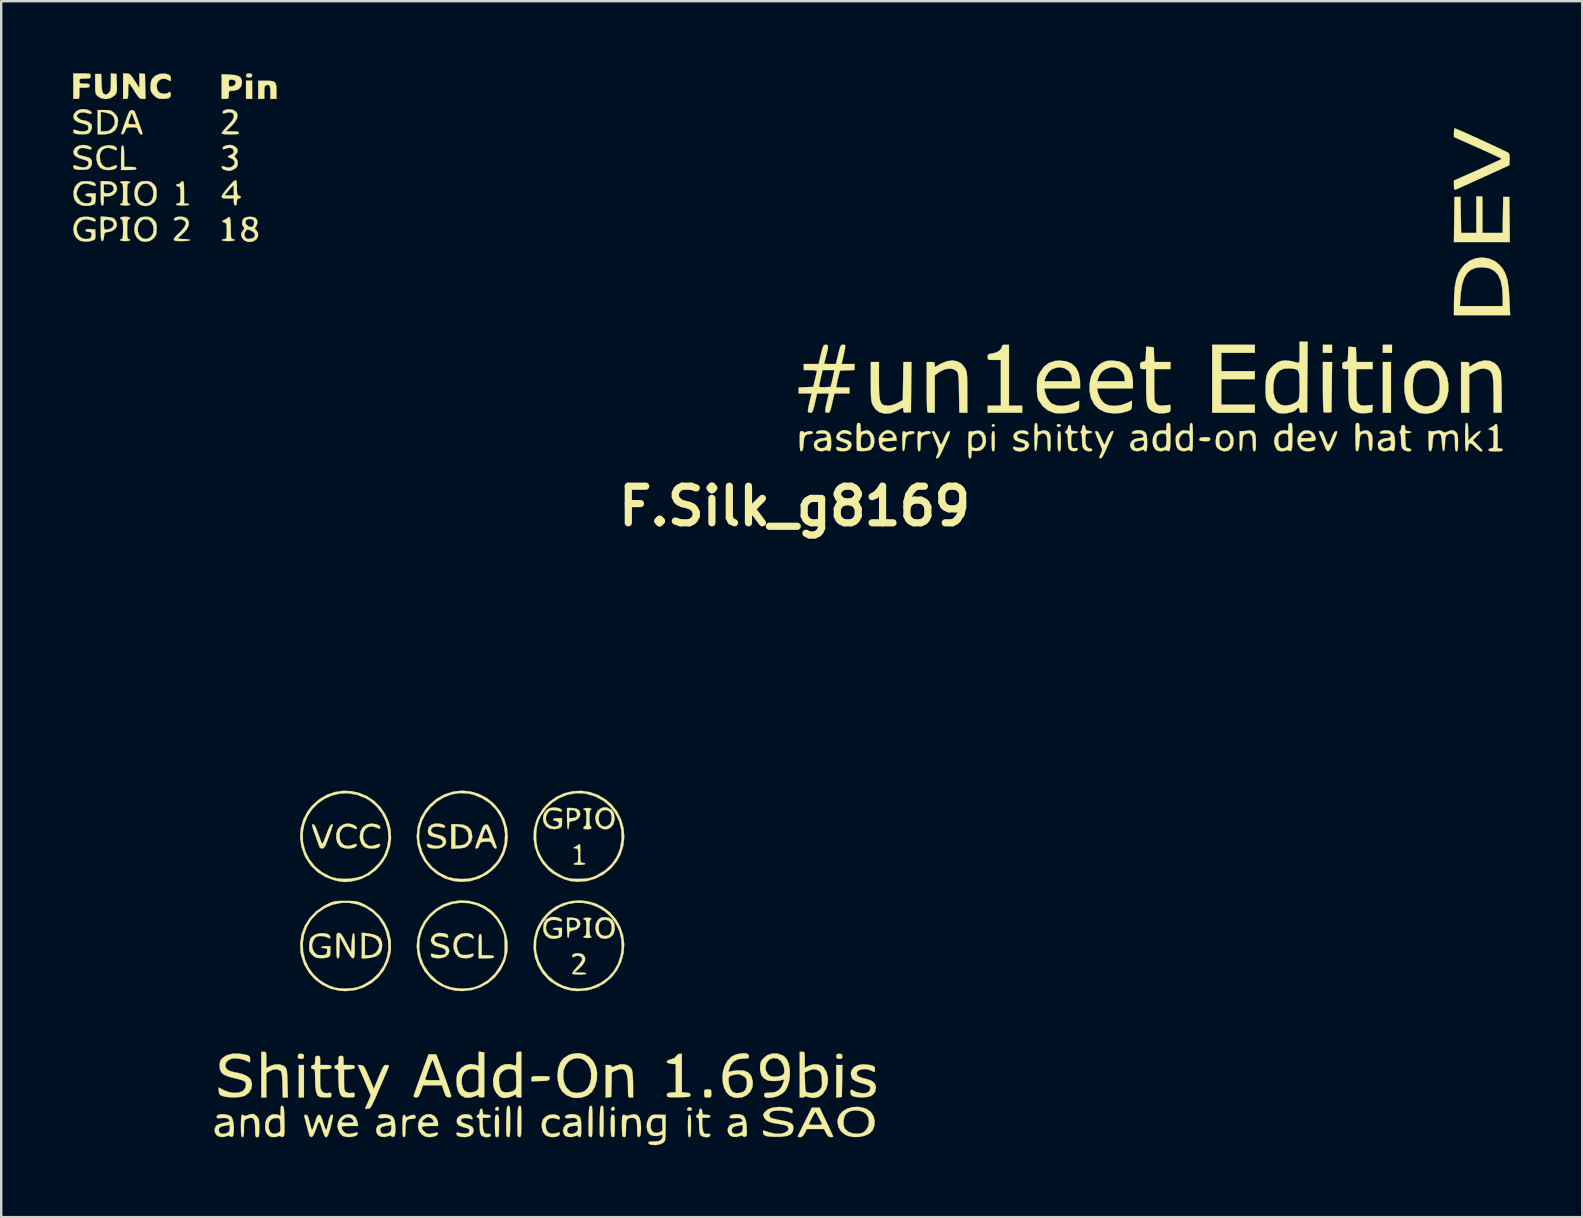
<source format=kicad_pcb>
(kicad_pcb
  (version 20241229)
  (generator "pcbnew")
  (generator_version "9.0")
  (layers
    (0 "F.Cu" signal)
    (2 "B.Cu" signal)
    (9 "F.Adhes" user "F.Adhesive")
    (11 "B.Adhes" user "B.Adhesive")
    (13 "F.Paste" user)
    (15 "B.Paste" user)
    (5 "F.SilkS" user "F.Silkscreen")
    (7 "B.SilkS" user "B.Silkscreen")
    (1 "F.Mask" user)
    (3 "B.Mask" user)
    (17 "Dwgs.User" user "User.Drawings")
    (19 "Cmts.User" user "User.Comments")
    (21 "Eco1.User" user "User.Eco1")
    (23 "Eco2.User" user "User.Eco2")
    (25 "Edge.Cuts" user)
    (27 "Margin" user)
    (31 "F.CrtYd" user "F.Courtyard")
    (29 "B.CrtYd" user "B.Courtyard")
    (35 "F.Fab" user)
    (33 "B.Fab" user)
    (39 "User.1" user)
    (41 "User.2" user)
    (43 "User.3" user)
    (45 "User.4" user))
  (footprint "F.Silk_g8169"
    (layer "F.Cu")
    (at 30.062 18.045)
    (property "Reference" "F.Silk_g8169" (at 0 0 0) (layer "F.SilkS") (effects (font (size 1.524 1.524) (thickness 0.3))))
    (attr through_hole)
    (fp_poly (pts (xy -22.606 -16.976) (xy -22.86 -16.976) (xy -22.86 -17.738) (xy -22.606 -17.738) (xy -22.606 -16.976)) (stroke (width 0.01) (type solid)) (fill yes) (layer "F.SilkS"))
    (fp_poly (pts (xy -20.447 24.638) (xy -20.659 24.638) (xy -20.659 23.283) (xy -20.447 23.283) (xy -20.447 24.638)) (stroke (width 0.01) (type solid)) (fill yes) (layer "F.SilkS"))
    (fp_poly (pts (xy 22.394 -6.392) (xy 22.013 -6.392) (xy 22.013 -6.731) (xy 22.394 -6.731) (xy 22.394 -6.392)) (stroke (width 0.01) (type solid)) (fill yes) (layer "F.SilkS"))
    (fp_poly (pts (xy 24.85 -3.895) (xy 24.511 -3.895) (xy 24.511 -6.011) (xy 24.85 -6.011) (xy 24.85 -3.895)) (stroke (width 0.01) (type solid)) (fill yes) (layer "F.SilkS"))
    (fp_poly (pts (xy 24.892 -6.392) (xy 24.511 -6.392) (xy 24.511 -6.731) (xy 24.892 -6.731) (xy 24.892 -6.392)) (stroke (width 0.01) (type solid)) (fill yes) (layer "F.SilkS"))
    (fp_poly (pts (xy 1.98 23.95) (xy 1.968 24.617) (xy 1.852 24.63) (xy 1.736 24.644) (xy 1.736 23.283) (xy 1.992 23.283) (xy 1.98 23.95)) (stroke (width 0.01) (type solid)) (fill yes) (layer "F.SilkS"))
    (fp_poly (pts (xy -12.33 25.055) (xy -12.319 25.101) (xy -12.347 25.173) (xy -12.407 25.188) (xy -12.474 25.166) (xy -12.48 25.115) (xy -12.441 25.046) (xy -12.38 25.025) (xy -12.33 25.055)) (stroke (width 0.01) (type solid)) (fill yes) (layer "F.SilkS"))
    (fp_poly (pts (xy -7.504 25.055) (xy -7.493 25.101) (xy -7.521 25.173) (xy -7.581 25.188) (xy -7.648 25.166) (xy -7.654 25.115) (xy -7.615 25.046) (xy -7.554 25.025) (xy -7.504 25.055)) (stroke (width 0.01) (type solid)) (fill yes) (layer "F.SilkS"))
    (fp_poly (pts (xy 8.332 -3.395) (xy 8.34 -3.365) (xy 8.306 -3.309) (xy 8.276 -3.302) (xy 8.22 -3.336) (xy 8.213 -3.365) (xy 8.247 -3.422) (xy 8.276 -3.429) (xy 8.332 -3.395)) (stroke (width 0.01) (type solid)) (fill yes) (layer "F.SilkS"))
    (fp_poly (pts (xy 11.076 -3.403) (xy 11.091 -3.365) (xy 11.056 -3.314) (xy 11.007 -3.302) (xy 10.938 -3.328) (xy 10.922 -3.365) (xy 10.957 -3.417) (xy 11.007 -3.429) (xy 11.076 -3.403)) (stroke (width 0.01) (type solid)) (fill yes) (layer "F.SilkS"))
    (fp_poly (pts (xy -4.307 25.072) (xy -4.284 25.114) (xy -4.295 25.17) (xy -4.37 25.188) (xy -4.381 25.188) (xy -4.464 25.174) (xy -4.481 25.122) (xy -4.479 25.114) (xy -4.431 25.053) (xy -4.381 25.04) (xy -4.307 25.072)) (stroke (width 0.01) (type solid)) (fill yes) (layer "F.SilkS"))
    (fp_poly (pts (xy -22.64 -18.021) (xy -22.607 -17.971) (xy -22.606 -17.949) (xy -22.626 -17.887) (xy -22.7 -17.866) (xy -22.733 -17.865) (xy -22.826 -17.878) (xy -22.859 -17.927) (xy -22.86 -17.949) (xy -22.84 -18.011) (xy -22.766 -18.033) (xy -22.733 -18.034) (xy -22.64 -18.021)) (stroke (width 0.01) (type solid)) (fill yes) (layer "F.SilkS"))
    (fp_poly (pts (xy -20.483 22.829) (xy -20.45 22.877) (xy -20.447 22.924) (xy -20.461 22.999) (xy -20.519 23.027) (xy -20.574 23.029) (xy -20.665 23.018) (xy -20.698 22.97) (xy -20.701 22.924) (xy -20.687 22.848) (xy -20.629 22.82) (xy -20.574 22.818) (xy -20.483 22.829)) (stroke (width 0.01) (type solid)) (fill yes) (layer "F.SilkS"))
    (fp_poly (pts (xy 1.953 22.829) (xy 1.987 22.877) (xy 1.99 22.924) (xy 1.976 22.999) (xy 1.918 23.027) (xy 1.863 23.029) (xy 1.772 23.018) (xy 1.739 22.97) (xy 1.736 22.924) (xy 1.749 22.848) (xy 1.807 22.82) (xy 1.863 22.818) (xy 1.953 22.829)) (stroke (width 0.01) (type solid)) (fill yes) (layer "F.SilkS"))
    (fp_poly (pts (xy 19.177 -6.392) (xy 17.78 -6.392) (xy 17.78 -5.63) (xy 19.177 -5.63) (xy 19.177 -5.292) (xy 17.78 -5.292) (xy 17.78 -4.233) (xy 19.177 -4.233) (xy 19.177 -3.895) (xy 17.399 -3.895) (xy 17.399 -6.731) (xy 19.177 -6.731) (xy 19.177 -6.392)) (stroke (width 0.01) (type solid)) (fill yes) (layer "F.SilkS"))
    (fp_poly (pts (xy 22.373 -3.916) (xy 22.223 -3.903) (xy 22.116 -3.903) (xy 22.048 -3.918) (xy 22.044 -3.921) (xy 22.035 -3.97) (xy 22.028 -4.092) (xy 22.021 -4.274) (xy 22.017 -4.506) (xy 22.014 -4.774) (xy 22.013 -4.981) (xy 22.013 -6.011) (xy 22.396 -6.011) (xy 22.373 -3.916)) (stroke (width 0.01) (type solid)) (fill yes) (layer "F.SilkS"))
    (fp_poly (pts (xy 28.66 -11.388) (xy 29.504 -11.388) (xy 29.527 -12.89) (xy 29.782 -12.89) (xy 29.793 -11.949) (xy 29.804 -11.007) (xy 27.473 -11.007) (xy 27.495 -12.89) (xy 27.75 -12.89) (xy 27.773 -11.388) (xy 28.406 -11.388) (xy 28.406 -12.912) (xy 28.66 -12.912) (xy 28.66 -11.388)) (stroke (width 0.01) (type solid)) (fill yes) (layer "F.SilkS"))
    (fp_poly (pts (xy 17.231 -2.874) (xy 17.294 -2.855) (xy 17.314 -2.812) (xy 17.314 -2.794) (xy 17.303 -2.743) (xy 17.255 -2.718) (xy 17.15 -2.71) (xy 17.105 -2.709) (xy 16.979 -2.717) (xy 16.891 -2.737) (xy 16.87 -2.752) (xy 16.861 -2.819) (xy 16.931 -2.862) (xy 17.08 -2.878) (xy 17.105 -2.879) (xy 17.231 -2.874)) (stroke (width 0.01) (type solid)) (fill yes) (layer "F.SilkS"))
    (fp_poly (pts (xy -3.525 24.304) (xy -3.482 24.336) (xy -3.472 24.419) (xy -3.471 24.469) (xy -3.476 24.577) (xy -3.504 24.625) (xy -3.576 24.638) (xy -3.619 24.638) (xy -3.714 24.633) (xy -3.757 24.601) (xy -3.767 24.519) (xy -3.768 24.469) (xy -3.763 24.36) (xy -3.735 24.312) (xy -3.663 24.3) (xy -3.619 24.299) (xy -3.525 24.304)) (stroke (width 0.01) (type solid)) (fill yes) (layer "F.SilkS"))
    (fp_poly (pts (xy -10.399 23.75) (xy -10.287 23.756) (xy -10.229 23.77) (xy -10.208 23.796) (xy -10.209 23.84) (xy -10.21 23.844) (xy -10.222 23.89) (xy -10.254 23.919) (xy -10.324 23.936) (xy -10.447 23.946) (xy -10.594 23.952) (xy -10.964 23.964) (xy -10.964 23.856) (xy -10.962 23.806) (xy -10.942 23.774) (xy -10.89 23.757) (xy -10.789 23.75) (xy -10.623 23.749) (xy -10.58 23.749) (xy -10.399 23.75)) (stroke (width 0.01) (type solid)) (fill yes) (layer "F.SilkS"))
    (fp_poly (pts (xy -4.353 25.371) (xy -4.334 25.42) (xy -4.324 25.518) (xy -4.319 25.678) (xy -4.318 25.823) (xy -4.32 26.032) (xy -4.326 26.169) (xy -4.34 26.248) (xy -4.362 26.284) (xy -4.381 26.289) (xy -4.41 26.276) (xy -4.429 26.227) (xy -4.439 26.129) (xy -4.444 25.969) (xy -4.445 25.823) (xy -4.443 25.615) (xy -4.437 25.478) (xy -4.423 25.398) (xy -4.401 25.363) (xy -4.381 25.358) (xy -4.353 25.371)) (stroke (width 0.01) (type solid)) (fill yes) (layer "F.SilkS"))
    (fp_poly (pts (xy 8.306 -3.119) (xy 8.325 -3.067) (xy 8.335 -2.965) (xy 8.339 -2.797) (xy 8.34 -2.709) (xy 8.338 -2.512) (xy 8.33 -2.385) (xy 8.315 -2.315) (xy 8.289 -2.288) (xy 8.276 -2.286) (xy 8.247 -2.3) (xy 8.228 -2.351) (xy 8.217 -2.454) (xy 8.213 -2.621) (xy 8.213 -2.709) (xy 8.215 -2.907) (xy 8.222 -3.033) (xy 8.238 -3.103) (xy 8.263 -3.131) (xy 8.276 -3.133) (xy 8.306 -3.119)) (stroke (width 0.01) (type solid)) (fill yes) (layer "F.SilkS"))
    (fp_poly (pts (xy 11.057 -3.119) (xy 11.076 -3.067) (xy 11.087 -2.965) (xy 11.091 -2.797) (xy 11.091 -2.709) (xy 11.089 -2.512) (xy 11.082 -2.385) (xy 11.066 -2.315) (xy 11.041 -2.288) (xy 11.028 -2.286) (xy 10.998 -2.3) (xy 10.979 -2.351) (xy 10.969 -2.454) (xy 10.965 -2.621) (xy 10.964 -2.709) (xy 10.966 -2.907) (xy 10.974 -3.033) (xy 10.989 -3.103) (xy 11.015 -3.131) (xy 11.028 -3.133) (xy 11.057 -3.119)) (stroke (width 0.01) (type solid)) (fill yes) (layer "F.SilkS"))
    (fp_poly (pts (xy -27.975 -15.015) (xy -27.956 -14.965) (xy -27.945 -14.865) (xy -27.941 -14.701) (xy -27.94 -14.584) (xy -27.94 -14.139) (xy -27.686 -14.139) (xy -27.539 -14.134) (xy -27.459 -14.117) (xy -27.433 -14.083) (xy -27.432 -14.076) (xy -27.449 -14.042) (xy -27.509 -14.023) (xy -27.628 -14.014) (xy -27.75 -14.012) (xy -28.067 -14.012) (xy -28.067 -14.52) (xy -28.065 -14.739) (xy -28.06 -14.887) (xy -28.048 -14.975) (xy -28.029 -15.018) (xy -28.003 -15.028) (xy -27.975 -15.015)) (stroke (width 0.01) (type solid)) (fill yes) (layer "F.SilkS"))
    (fp_poly (pts (xy -21.836 -17.726) (xy -21.708 -17.699) (xy -21.634 -17.635) (xy -21.6 -17.52) (xy -21.59 -17.339) (xy -21.59 -17.29) (xy -21.59 -16.976) (xy -21.844 -16.976) (xy -21.844 -17.248) (xy -21.851 -17.42) (xy -21.876 -17.519) (xy -21.926 -17.559) (xy -22.007 -17.549) (xy -22.014 -17.547) (xy -22.06 -17.521) (xy -22.086 -17.466) (xy -22.096 -17.362) (xy -22.098 -17.248) (xy -22.098 -16.976) (xy -22.352 -16.976) (xy -22.352 -17.729) (xy -22.035 -17.731) (xy -21.836 -17.726)) (stroke (width 0.01) (type solid)) (fill yes) (layer "F.SilkS"))
    (fp_poly (pts (xy -13.073 17.836) (xy -13.054 17.886) (xy -13.044 17.986) (xy -13.039 18.15) (xy -13.039 18.267) (xy -13.039 18.711) (xy -12.785 18.711) (xy -12.637 18.716) (xy -12.558 18.733) (xy -12.531 18.767) (xy -12.531 18.775) (xy -12.547 18.808) (xy -12.607 18.828) (xy -12.726 18.837) (xy -12.848 18.838) (xy -13.166 18.838) (xy -13.166 18.33) (xy -13.164 18.111) (xy -13.158 17.964) (xy -13.146 17.875) (xy -13.127 17.832) (xy -13.102 17.822) (xy -13.073 17.836)) (stroke (width 0.01) (type solid)) (fill yes) (layer "F.SilkS"))
    (fp_poly (pts (xy -12.367 25.363) (xy -12.342 25.389) (xy -12.328 25.45) (xy -12.321 25.56) (xy -12.319 25.736) (xy -12.319 25.823) (xy -12.321 26.037) (xy -12.329 26.178) (xy -12.345 26.258) (xy -12.368 26.288) (xy -12.375 26.289) (xy -12.447 26.27) (xy -12.46 26.261) (xy -12.472 26.209) (xy -12.481 26.092) (xy -12.487 25.928) (xy -12.488 25.795) (xy -12.487 25.599) (xy -12.482 25.472) (xy -12.47 25.399) (xy -12.447 25.366) (xy -12.412 25.358) (xy -12.404 25.358) (xy -12.367 25.363)) (stroke (width 0.01) (type solid)) (fill yes) (layer "F.SilkS"))
    (fp_poly (pts (xy -7.541 25.363) (xy -7.516 25.389) (xy -7.502 25.45) (xy -7.495 25.56) (xy -7.493 25.736) (xy -7.493 25.823) (xy -7.495 26.037) (xy -7.503 26.178) (xy -7.519 26.258) (xy -7.542 26.288) (xy -7.549 26.289) (xy -7.621 26.27) (xy -7.634 26.261) (xy -7.646 26.209) (xy -7.655 26.092) (xy -7.661 25.928) (xy -7.662 25.795) (xy -7.661 25.599) (xy -7.656 25.472) (xy -7.644 25.399) (xy -7.621 25.366) (xy -7.586 25.358) (xy -7.578 25.358) (xy -7.541 25.363)) (stroke (width 0.01) (type solid)) (fill yes) (layer "F.SilkS"))
    (fp_poly (pts (xy 8.932 -4.191) (xy 9.483 -4.191) (xy 9.483 -3.895) (xy 8.043 -3.895) (xy 8.043 -4.191) (xy 8.594 -4.191) (xy 8.594 -6.096) (xy 8.319 -6.096) (xy 8.171 -6.097) (xy 8.088 -6.107) (xy 8.052 -6.134) (xy 8.044 -6.187) (xy 8.043 -6.217) (xy 8.051 -6.292) (xy 8.087 -6.333) (xy 8.176 -6.356) (xy 8.242 -6.366) (xy 8.411 -6.412) (xy 8.544 -6.493) (xy 8.623 -6.593) (xy 8.636 -6.654) (xy 8.656 -6.708) (xy 8.729 -6.729) (xy 8.784 -6.731) (xy 8.932 -6.731) (xy 8.932 -4.191)) (stroke (width 0.01) (type solid)) (fill yes) (layer "F.SilkS"))
    (fp_poly (pts (xy -11.899 24.985) (xy -11.879 25.008) (xy -11.866 25.065) (xy -11.858 25.168) (xy -11.855 25.328) (xy -11.853 25.558) (xy -11.853 25.63) (xy -11.854 25.883) (xy -11.858 26.063) (xy -11.866 26.182) (xy -11.879 26.252) (xy -11.899 26.283) (xy -11.918 26.289) (xy -11.988 26.258) (xy -12.004 26.234) (xy -12.011 26.173) (xy -12.015 26.045) (xy -12.016 25.867) (xy -12.015 25.655) (xy -12.013 25.589) (xy -12.008 25.353) (xy -12 25.188) (xy -11.989 25.082) (xy -11.972 25.021) (xy -11.948 24.992) (xy -11.927 24.985) (xy -11.899 24.985)) (stroke (width 0.01) (type solid)) (fill yes) (layer "F.SilkS"))
    (fp_poly (pts (xy -11.434 24.985) (xy -11.414 25.008) (xy -11.4 25.065) (xy -11.393 25.168) (xy -11.389 25.328) (xy -11.388 25.558) (xy -11.388 25.63) (xy -11.389 25.883) (xy -11.393 26.063) (xy -11.4 26.182) (xy -11.414 26.252) (xy -11.433 26.283) (xy -11.452 26.289) (xy -11.523 26.258) (xy -11.538 26.234) (xy -11.545 26.173) (xy -11.549 26.045) (xy -11.551 25.867) (xy -11.549 25.655) (xy -11.548 25.589) (xy -11.542 25.353) (xy -11.534 25.188) (xy -11.523 25.082) (xy -11.507 25.021) (xy -11.483 24.992) (xy -11.462 24.985) (xy -11.434 24.985)) (stroke (width 0.01) (type solid)) (fill yes) (layer "F.SilkS"))
    (fp_poly (pts (xy -8.47 24.985) (xy -8.45 25.008) (xy -8.437 25.065) (xy -8.429 25.168) (xy -8.426 25.328) (xy -8.424 25.558) (xy -8.424 25.63) (xy -8.425 25.883) (xy -8.429 26.063) (xy -8.437 26.182) (xy -8.45 26.252) (xy -8.47 26.283) (xy -8.489 26.289) (xy -8.559 26.258) (xy -8.575 26.234) (xy -8.582 26.173) (xy -8.586 26.045) (xy -8.587 25.867) (xy -8.586 25.655) (xy -8.584 25.589) (xy -8.579 25.353) (xy -8.571 25.188) (xy -8.56 25.082) (xy -8.543 25.021) (xy -8.519 24.992) (xy -8.498 24.985) (xy -8.47 24.985)) (stroke (width 0.01) (type solid)) (fill yes) (layer "F.SilkS"))
    (fp_poly (pts (xy -8.005 24.985) (xy -7.985 25.008) (xy -7.971 25.065) (xy -7.964 25.168) (xy -7.96 25.328) (xy -7.959 25.558) (xy -7.959 25.63) (xy -7.96 25.883) (xy -7.964 26.063) (xy -7.971 26.182) (xy -7.985 26.252) (xy -8.004 26.283) (xy -8.023 26.289) (xy -8.094 26.258) (xy -8.109 26.234) (xy -8.116 26.173) (xy -8.12 26.045) (xy -8.122 25.867) (xy -8.12 25.655) (xy -8.119 25.589) (xy -8.113 25.353) (xy -8.105 25.188) (xy -8.094 25.082) (xy -8.078 25.021) (xy -8.054 24.992) (xy -8.033 24.985) (xy -8.005 24.985)) (stroke (width 0.01) (type solid)) (fill yes) (layer "F.SilkS"))
    (fp_poly (pts (xy 4.607 -3.109) (xy 4.614 -3.089) (xy 4.64 -3.067) (xy 4.696 -3.089) (xy 4.805 -3.126) (xy 4.91 -3.13) (xy 4.981 -3.102) (xy 4.995 -3.069) (xy 4.958 -3.019) (xy 4.876 -3.006) (xy 4.754 -2.991) (xy 4.675 -2.936) (xy 4.629 -2.829) (xy 4.608 -2.654) (xy 4.605 -2.607) (xy 4.59 -2.43) (xy 4.564 -2.324) (xy 4.54 -2.296) (xy 4.515 -2.31) (xy 4.499 -2.376) (xy 4.49 -2.507) (xy 4.487 -2.706) (xy 4.489 -2.904) (xy 4.497 -3.032) (xy 4.512 -3.103) (xy 4.537 -3.13) (xy 4.551 -3.133) (xy 4.607 -3.109)) (stroke (width 0.01) (type solid)) (fill yes) (layer "F.SilkS"))
    (fp_poly (pts (xy -17.791 17.798) (xy -17.541 17.843) (xy -17.364 17.916) (xy -17.253 18.024) (xy -17.197 18.175) (xy -17.187 18.305) (xy -17.215 18.509) (xy -17.302 18.66) (xy -17.453 18.761) (xy -17.672 18.818) (xy -17.766 18.828) (xy -18.034 18.85) (xy -18.034 18.711) (xy -17.907 18.711) (xy -17.734 18.711) (xy -17.591 18.693) (xy -17.475 18.623) (xy -17.438 18.588) (xy -17.336 18.437) (xy -17.309 18.282) (xy -17.352 18.137) (xy -17.459 18.017) (xy -17.623 17.939) (xy -17.706 17.922) (xy -17.907 17.895) (xy -17.907 18.711) (xy -18.034 18.711) (xy -18.034 17.77) (xy -17.791 17.798)) (stroke (width 0.01) (type solid)) (fill yes) (layer "F.SilkS"))
    (fp_poly (pts (xy 0.365 -3.114) (xy 0.381 -3.089) (xy 0.407 -3.067) (xy 0.463 -3.089) (xy 0.572 -3.126) (xy 0.676 -3.13) (xy 0.747 -3.102) (xy 0.762 -3.069) (xy 0.725 -3.019) (xy 0.643 -3.006) (xy 0.521 -2.991) (xy 0.441 -2.936) (xy 0.396 -2.829) (xy 0.374 -2.654) (xy 0.372 -2.607) (xy 0.355 -2.421) (xy 0.322 -2.315) (xy 0.274 -2.291) (xy 0.241 -2.313) (xy 0.228 -2.366) (xy 0.218 -2.483) (xy 0.212 -2.643) (xy 0.212 -2.738) (xy 0.213 -2.923) (xy 0.219 -3.039) (xy 0.234 -3.102) (xy 0.26 -3.128) (xy 0.296 -3.133) (xy 0.365 -3.114)) (stroke (width 0.01) (type solid)) (fill yes) (layer "F.SilkS"))
    (fp_poly (pts (xy -14.044 13.25) (xy -13.801 13.274) (xy -13.624 13.347) (xy -13.505 13.471) (xy -13.462 13.567) (xy -13.431 13.779) (xy -13.481 13.972) (xy -13.591 14.12) (xy -13.673 14.188) (xy -13.76 14.228) (xy -13.881 14.249) (xy -14.014 14.259) (xy -14.309 14.276) (xy -14.309 14.139) (xy -14.139 14.139) (xy -13.976 14.139) (xy -13.802 14.108) (xy -13.701 14.052) (xy -13.629 13.979) (xy -13.596 13.889) (xy -13.589 13.763) (xy -13.616 13.583) (xy -13.701 13.46) (xy -13.852 13.384) (xy -13.959 13.361) (xy -14.139 13.334) (xy -14.139 14.139) (xy -14.309 14.139) (xy -14.309 13.25) (xy -14.044 13.25)) (stroke (width 0.01) (type solid)) (fill yes) (layer "F.SilkS"))
    (fp_poly (pts (xy 5.247 -3.104) (xy 5.258 -3.084) (xy 5.291 -3.057) (xy 5.365 -3.084) (xy 5.478 -3.124) (xy 5.584 -3.13) (xy 5.657 -3.104) (xy 5.673 -3.069) (xy 5.635 -3.018) (xy 5.555 -3.006) (xy 5.429 -2.981) (xy 5.343 -2.94) (xy 5.293 -2.893) (xy 5.264 -2.828) (xy 5.252 -2.721) (xy 5.249 -2.58) (xy 5.244 -2.407) (xy 5.225 -2.312) (xy 5.191 -2.287) (xy 5.151 -2.314) (xy 5.138 -2.366) (xy 5.129 -2.483) (xy 5.123 -2.643) (xy 5.122 -2.738) (xy 5.125 -2.93) (xy 5.134 -3.05) (xy 5.152 -3.114) (xy 5.181 -3.133) (xy 5.182 -3.133) (xy 5.247 -3.104)) (stroke (width 0.01) (type solid)) (fill yes) (layer "F.SilkS"))
    (fp_poly (pts (xy -27.189 -18.026) (xy -27.072 -18.013) (xy -27.06 -17.494) (xy -27.048 -16.976) (xy -27.178 -16.976) (xy -27.251 -16.985) (xy -27.314 -17.022) (xy -27.382 -17.103) (xy -27.472 -17.24) (xy -27.592 -17.432) (xy -27.674 -17.555) (xy -27.725 -17.61) (xy -27.753 -17.6) (xy -27.765 -17.527) (xy -27.768 -17.393) (xy -27.769 -17.325) (xy -27.771 -17.154) (xy -27.778 -17.05) (xy -27.796 -16.997) (xy -27.829 -16.978) (xy -27.877 -16.976) (xy -27.982 -16.976) (xy -27.982 -18.034) (xy -27.838 -18.034) (xy -27.764 -18.028) (xy -27.703 -18.001) (xy -27.641 -17.938) (xy -27.561 -17.825) (xy -27.499 -17.73) (xy -27.305 -17.426) (xy -27.305 -18.04) (xy -27.189 -18.026)) (stroke (width 0.01) (type solid)) (fill yes) (layer "F.SilkS"))
    (fp_poly (pts (xy -16.221 25.392) (xy -16.214 25.422) (xy -16.205 25.462) (xy -16.165 25.459) (xy -16.089 25.422) (xy -15.945 25.366) (xy -15.843 25.364) (xy -15.793 25.416) (xy -15.79 25.442) (xy -15.81 25.504) (xy -15.883 25.526) (xy -15.92 25.527) (xy -16.054 25.536) (xy -16.141 25.573) (xy -16.189 25.654) (xy -16.21 25.792) (xy -16.214 25.952) (xy -16.217 26.125) (xy -16.228 26.229) (xy -16.249 26.278) (xy -16.277 26.289) (xy -16.306 26.276) (xy -16.324 26.227) (xy -16.335 26.129) (xy -16.34 25.969) (xy -16.341 25.823) (xy -16.339 25.615) (xy -16.332 25.478) (xy -16.319 25.398) (xy -16.297 25.363) (xy -16.277 25.358) (xy -16.221 25.392)) (stroke (width 0.01) (type solid)) (fill yes) (layer "F.SilkS"))
    (fp_poly (pts (xy -28.606 -16.507) (xy -28.505 -16.49) (xy -28.428 -16.448) (xy -28.345 -16.373) (xy -28.338 -16.366) (xy -28.243 -16.255) (xy -28.202 -16.149) (xy -28.194 -16.046) (xy -28.226 -15.827) (xy -28.322 -15.662) (xy -28.482 -15.553) (xy -28.706 -15.5) (xy -28.828 -15.494) (xy -29.041 -15.494) (xy -29.041 -15.621) (xy -28.914 -15.621) (xy -28.741 -15.621) (xy -28.597 -15.64) (xy -28.482 -15.71) (xy -28.445 -15.745) (xy -28.346 -15.887) (xy -28.325 -16.044) (xy -28.361 -16.187) (xy -28.425 -16.289) (xy -28.536 -16.358) (xy -28.711 -16.404) (xy -28.739 -16.408) (xy -28.914 -16.436) (xy -28.914 -15.621) (xy -29.041 -15.621) (xy -29.041 -16.51) (xy -28.761 -16.51) (xy -28.606 -16.507)) (stroke (width 0.01) (type solid)) (fill yes) (layer "F.SilkS"))
    (fp_poly (pts (xy -9.874 25.383) (xy -9.832 25.411) (xy -9.783 25.475) (xy -9.783 25.533) (xy -9.826 25.554) (xy -9.853 25.546) (xy -10.047 25.49) (xy -10.201 25.503) (xy -10.31 25.582) (xy -10.365 25.723) (xy -10.372 25.809) (xy -10.344 25.988) (xy -10.262 26.102) (xy -10.13 26.151) (xy -9.951 26.131) (xy -9.853 26.098) (xy -9.792 26.094) (xy -9.779 26.135) (xy -9.816 26.214) (xy -9.911 26.266) (xy -10.042 26.289) (xy -10.186 26.281) (xy -10.321 26.239) (xy -10.396 26.191) (xy -10.485 26.066) (xy -10.533 25.898) (xy -10.537 25.72) (xy -10.492 25.566) (xy -10.48 25.545) (xy -10.359 25.427) (xy -10.2 25.356) (xy -10.029 25.34) (xy -9.874 25.383)) (stroke (width 0.01) (type solid)) (fill yes) (layer "F.SilkS"))
    (fp_poly (pts (xy -4.699 24.421) (xy -4.519 24.434) (xy -4.403 24.45) (xy -4.35 24.483) (xy -4.339 24.532) (xy -4.345 24.569) (xy -4.372 24.594) (xy -4.434 24.61) (xy -4.546 24.62) (xy -4.722 24.626) (xy -4.816 24.629) (xy -5.03 24.632) (xy -5.174 24.629) (xy -5.261 24.617) (xy -5.305 24.596) (xy -5.317 24.578) (xy -5.323 24.491) (xy -5.255 24.442) (xy -5.12 24.426) (xy -4.953 24.426) (xy -4.953 23.246) (xy -5.133 23.233) (xy -5.27 23.207) (xy -5.329 23.162) (xy -5.308 23.11) (xy -5.207 23.062) (xy -5.156 23.048) (xy -5.008 22.994) (xy -4.932 22.913) (xy -4.859 22.833) (xy -4.795 22.818) (xy -4.699 22.818) (xy -4.699 24.421)) (stroke (width 0.01) (type solid)) (fill yes) (layer "F.SilkS"))
    (fp_poly (pts (xy 22.596 -3.125) (xy 22.605 -3.092) (xy 22.59 -3.022) (xy 22.547 -2.9) (xy 22.473 -2.715) (xy 22.471 -2.709) (xy 22.379 -2.497) (xy 22.306 -2.362) (xy 22.246 -2.299) (xy 22.193 -2.305) (xy 22.143 -2.376) (xy 22.121 -2.424) (xy 22.045 -2.61) (xy 21.972 -2.789) (xy 21.91 -2.945) (xy 21.865 -3.059) (xy 21.845 -3.116) (xy 21.844 -3.119) (xy 21.879 -3.13) (xy 21.921 -3.133) (xy 21.976 -3.106) (xy 22.031 -3.019) (xy 22.091 -2.868) (xy 22.158 -2.686) (xy 22.206 -2.582) (xy 22.246 -2.555) (xy 22.287 -2.602) (xy 22.337 -2.721) (xy 22.371 -2.813) (xy 22.439 -2.985) (xy 22.495 -3.087) (xy 22.545 -3.129) (xy 22.565 -3.133) (xy 22.596 -3.125)) (stroke (width 0.01) (type solid)) (fill yes) (layer "F.SilkS"))
    (fp_poly (pts (xy -22.067 22.737) (xy -22.035 22.759) (xy -22.019 22.817) (xy -22.014 22.929) (xy -22.013 23.071) (xy -22.013 23.409) (xy -21.842 23.32) (xy -21.655 23.258) (xy -21.465 23.257) (xy -21.301 23.315) (xy -21.235 23.366) (xy -21.199 23.409) (xy -21.173 23.464) (xy -21.156 23.547) (xy -21.145 23.673) (xy -21.137 23.857) (xy -21.132 24.046) (xy -21.118 24.638) (xy -21.329 24.638) (xy -21.343 24.105) (xy -21.35 23.88) (xy -21.36 23.725) (xy -21.374 23.623) (xy -21.396 23.561) (xy -21.427 23.522) (xy -21.439 23.513) (xy -21.583 23.458) (xy -21.751 23.478) (xy -21.876 23.537) (xy -22.013 23.621) (xy -22.013 24.638) (xy -22.225 24.638) (xy -22.225 22.733) (xy -22.119 22.733) (xy -22.067 22.737)) (stroke (width 0.01) (type solid)) (fill yes) (layer "F.SilkS"))
    (fp_poly (pts (xy -29.523 -18.033) (xy -29.416 -18.027) (xy -29.361 -18.01) (xy -29.34 -17.979) (xy -29.337 -17.928) (xy -29.343 -17.868) (xy -29.375 -17.836) (xy -29.454 -17.824) (xy -29.57 -17.822) (xy -29.703 -17.82) (xy -29.773 -17.805) (xy -29.799 -17.769) (xy -29.803 -17.716) (xy -29.796 -17.654) (xy -29.761 -17.622) (xy -29.676 -17.612) (xy -29.591 -17.611) (xy -29.464 -17.606) (xy -29.401 -17.587) (xy -29.38 -17.546) (xy -29.379 -17.526) (xy -29.39 -17.475) (xy -29.438 -17.45) (xy -29.542 -17.442) (xy -29.591 -17.441) (xy -29.803 -17.441) (xy -29.803 -17.209) (xy -29.805 -17.075) (xy -29.819 -17.006) (xy -29.856 -16.98) (xy -29.928 -16.976) (xy -29.93 -16.976) (xy -30.057 -16.976) (xy -30.057 -18.034) (xy -29.697 -18.034) (xy -29.523 -18.033)) (stroke (width 0.01) (type solid)) (fill yes) (layer "F.SilkS"))
    (fp_poly (pts (xy -28.374 -18.026) (xy -28.258 -18.013) (xy -28.245 -17.62) (xy -28.241 -17.434) (xy -28.244 -17.312) (xy -28.259 -17.232) (xy -28.292 -17.173) (xy -28.347 -17.113) (xy -28.358 -17.101) (xy -28.512 -17.003) (xy -28.695 -16.967) (xy -28.88 -16.995) (xy -29.028 -17.078) (xy -29.082 -17.129) (xy -29.117 -17.181) (xy -29.136 -17.254) (xy -29.144 -17.368) (xy -29.146 -17.542) (xy -29.146 -17.596) (xy -29.146 -18.013) (xy -28.892 -18.013) (xy -28.881 -17.632) (xy -28.871 -17.435) (xy -28.854 -17.307) (xy -28.828 -17.231) (xy -28.799 -17.198) (xy -28.718 -17.152) (xy -28.65 -17.165) (xy -28.575 -17.23) (xy -28.532 -17.285) (xy -28.507 -17.361) (xy -28.494 -17.477) (xy -28.49 -17.655) (xy -28.49 -17.677) (xy -28.49 -18.04) (xy -28.374 -18.026)) (stroke (width 0.01) (type solid)) (fill yes) (layer "F.SilkS"))
    (fp_poly (pts (xy -25.475 -13.53) (xy -25.457 -13.471) (xy -25.447 -13.357) (xy -25.443 -13.177) (xy -25.442 -13.081) (xy -25.442 -12.615) (xy -25.337 -12.615) (xy -25.257 -12.601) (xy -25.231 -12.573) (xy -25.27 -12.551) (xy -25.373 -12.536) (xy -25.506 -12.531) (xy -25.646 -12.536) (xy -25.745 -12.551) (xy -25.781 -12.57) (xy -25.745 -12.606) (xy -25.686 -12.623) (xy -25.638 -12.635) (xy -25.61 -12.668) (xy -25.596 -12.738) (xy -25.591 -12.865) (xy -25.59 -12.975) (xy -25.592 -13.144) (xy -25.6 -13.246) (xy -25.619 -13.299) (xy -25.655 -13.321) (xy -25.686 -13.327) (xy -25.764 -13.356) (xy -25.775 -13.395) (xy -25.717 -13.419) (xy -25.695 -13.42) (xy -25.614 -13.447) (xy -25.585 -13.483) (xy -25.531 -13.539) (xy -25.501 -13.547) (xy -25.475 -13.53)) (stroke (width 0.01) (type solid)) (fill yes) (layer "F.SilkS"))
    (fp_poly (pts (xy -6.923 23.315) (xy -6.809 23.432) (xy -6.778 23.5) (xy -6.759 23.596) (xy -6.744 23.753) (xy -6.734 23.95) (xy -6.731 24.136) (xy -6.731 24.638) (xy -6.837 24.638) (xy -6.886 24.635) (xy -6.917 24.616) (xy -6.934 24.563) (xy -6.942 24.462) (xy -6.944 24.297) (xy -6.944 24.246) (xy -6.953 23.941) (xy -6.982 23.714) (xy -7.034 23.559) (xy -7.114 23.472) (xy -7.224 23.448) (xy -7.368 23.481) (xy -7.469 23.523) (xy -7.618 23.594) (xy -7.629 24.105) (xy -7.641 24.617) (xy -7.874 24.644) (xy -7.874 23.283) (xy -7.747 23.283) (xy -7.649 23.301) (xy -7.62 23.342) (xy -7.604 23.372) (xy -7.547 23.36) (xy -7.463 23.321) (xy -7.266 23.255) (xy -7.081 23.255) (xy -6.923 23.315)) (stroke (width 0.01) (type solid)) (fill yes) (layer "F.SilkS"))
    (fp_poly (pts (xy -28.411 -15.025) (xy -28.298 -14.978) (xy -28.25 -14.918) (xy -28.24 -14.849) (xy -28.287 -14.837) (xy -28.389 -14.879) (xy -28.569 -14.936) (xy -28.729 -14.921) (xy -28.857 -14.841) (xy -28.936 -14.703) (xy -28.956 -14.567) (xy -28.929 -14.357) (xy -28.848 -14.21) (xy -28.74 -14.138) (xy -28.661 -14.113) (xy -28.58 -14.113) (xy -28.473 -14.141) (xy -28.315 -14.201) (xy -28.31 -14.203) (xy -28.249 -14.207) (xy -28.236 -14.167) (xy -28.274 -14.091) (xy -28.371 -14.039) (xy -28.507 -14.012) (xy -28.658 -14.011) (xy -28.804 -14.039) (xy -28.923 -14.098) (xy -28.935 -14.108) (xy -29.036 -14.246) (xy -29.088 -14.426) (xy -29.091 -14.62) (xy -29.042 -14.8) (xy -28.975 -14.904) (xy -28.865 -14.981) (xy -28.719 -15.026) (xy -28.559 -15.042) (xy -28.411 -15.025)) (stroke (width 0.01) (type solid)) (fill yes) (layer "F.SilkS"))
    (fp_poly (pts (xy -17.45 13.248) (xy -17.33 13.292) (xy -17.278 13.345) (xy -17.272 13.38) (xy -17.278 13.434) (xy -17.312 13.439) (xy -17.396 13.4) (xy -17.397 13.4) (xy -17.582 13.341) (xy -17.745 13.356) (xy -17.875 13.437) (xy -17.959 13.574) (xy -17.986 13.757) (xy -17.974 13.859) (xy -17.905 14.023) (xy -17.774 14.133) (xy -17.73 14.152) (xy -17.618 14.156) (xy -17.45 14.114) (xy -17.346 14.076) (xy -17.287 14.074) (xy -17.271 14.116) (xy -17.299 14.177) (xy -17.354 14.223) (xy -17.477 14.258) (xy -17.636 14.265) (xy -17.794 14.247) (xy -17.915 14.204) (xy -17.934 14.191) (xy -18.052 14.056) (xy -18.11 13.882) (xy -18.119 13.751) (xy -18.084 13.535) (xy -17.986 13.37) (xy -17.836 13.263) (xy -17.644 13.223) (xy -17.45 13.248)) (stroke (width 0.01) (type solid)) (fill yes) (layer "F.SilkS"))
    (fp_poly (pts (xy -13.593 17.796) (xy -13.471 17.833) (xy -13.396 17.905) (xy -13.384 17.944) (xy -13.379 18.012) (xy -13.407 18.015) (xy -13.468 17.975) (xy -13.627 17.909) (xy -13.789 17.916) (xy -13.933 17.988) (xy -14.037 18.117) (xy -14.069 18.206) (xy -14.075 18.344) (xy -14.042 18.491) (xy -13.982 18.614) (xy -13.921 18.673) (xy -13.811 18.699) (xy -13.66 18.698) (xy -13.51 18.671) (xy -13.451 18.65) (xy -13.391 18.643) (xy -13.377 18.687) (xy -13.415 18.758) (xy -13.512 18.807) (xy -13.645 18.833) (xy -13.793 18.832) (xy -13.931 18.803) (xy -14.022 18.755) (xy -14.143 18.61) (xy -14.207 18.424) (xy -14.212 18.221) (xy -14.155 18.027) (xy -14.122 17.971) (xy -14.026 17.88) (xy -13.892 17.82) (xy -13.74 17.791) (xy -13.593 17.796)) (stroke (width 0.01) (type solid)) (fill yes) (layer "F.SilkS"))
    (fp_poly (pts (xy -9.096 12.598) (xy -8.982 12.672) (xy -8.934 12.799) (xy -8.932 12.838) (xy -8.97 12.953) (xy -9.068 13.052) (xy -9.199 13.113) (xy -9.277 13.123) (xy -9.355 13.131) (xy -9.389 13.168) (xy -9.398 13.261) (xy -9.398 13.293) (xy -9.407 13.399) (xy -9.431 13.458) (xy -9.44 13.462) (xy -9.46 13.422) (xy -9.474 13.308) (xy -9.482 13.133) (xy -9.483 13.018) (xy -9.483 12.83) (xy -9.398 12.83) (xy -9.398 13.001) (xy -9.239 12.988) (xy -9.13 12.969) (xy -9.079 12.925) (xy -9.067 12.878) (xy -9.083 12.755) (xy -9.166 12.678) (xy -9.276 12.658) (xy -9.354 12.665) (xy -9.389 12.702) (xy -9.398 12.793) (xy -9.398 12.83) (xy -9.483 12.83) (xy -9.483 12.573) (xy -9.278 12.573) (xy -9.096 12.598)) (stroke (width 0.01) (type solid)) (fill yes) (layer "F.SilkS"))
    (fp_poly (pts (xy -8.53 12.582) (xy -8.471 12.606) (xy -8.467 12.615) (xy -8.499 12.656) (xy -8.509 12.658) (xy -8.53 12.697) (xy -8.545 12.805) (xy -8.551 12.966) (xy -8.551 12.996) (xy -8.546 13.164) (xy -8.533 13.282) (xy -8.513 13.334) (xy -8.509 13.335) (xy -8.471 13.369) (xy -8.467 13.399) (xy -8.495 13.443) (xy -8.587 13.461) (xy -8.636 13.462) (xy -8.754 13.452) (xy -8.802 13.417) (xy -8.805 13.399) (xy -8.771 13.342) (xy -8.742 13.335) (xy -8.709 13.319) (xy -8.69 13.261) (xy -8.68 13.146) (xy -8.678 12.996) (xy -8.681 12.823) (xy -8.692 12.718) (xy -8.714 12.668) (xy -8.742 12.658) (xy -8.798 12.635) (xy -8.805 12.615) (xy -8.768 12.589) (xy -8.674 12.574) (xy -8.636 12.573) (xy -8.53 12.582)) (stroke (width 0.01) (type solid)) (fill yes) (layer "F.SilkS"))
    (fp_poly (pts (xy -8.53 17.154) (xy -8.471 17.178) (xy -8.467 17.187) (xy -8.499 17.228) (xy -8.509 17.23) (xy -8.53 17.269) (xy -8.545 17.377) (xy -8.551 17.538) (xy -8.551 17.568) (xy -8.546 17.736) (xy -8.533 17.854) (xy -8.513 17.906) (xy -8.509 17.907) (xy -8.468 17.939) (xy -8.467 17.949) (xy -8.504 17.976) (xy -8.598 17.991) (xy -8.636 17.992) (xy -8.742 17.982) (xy -8.801 17.959) (xy -8.805 17.949) (xy -8.771 17.912) (xy -8.742 17.907) (xy -8.709 17.891) (xy -8.69 17.833) (xy -8.68 17.718) (xy -8.678 17.568) (xy -8.681 17.395) (xy -8.692 17.29) (xy -8.714 17.24) (xy -8.742 17.23) (xy -8.798 17.207) (xy -8.805 17.187) (xy -8.768 17.161) (xy -8.674 17.146) (xy -8.636 17.145) (xy -8.53 17.154)) (stroke (width 0.01) (type solid)) (fill yes) (layer "F.SilkS"))
    (fp_poly (pts (xy -23.542 -17.985) (xy -23.319 -17.965) (xy -23.168 -17.922) (xy -23.077 -17.849) (xy -23.036 -17.739) (xy -23.029 -17.65) (xy -23.066 -17.491) (xy -23.168 -17.379) (xy -23.328 -17.321) (xy -23.416 -17.314) (xy -23.521 -17.31) (xy -23.567 -17.281) (xy -23.579 -17.202) (xy -23.58 -17.145) (xy -23.584 -17.037) (xy -23.612 -16.988) (xy -23.684 -16.976) (xy -23.728 -16.976) (xy -23.876 -16.976) (xy -23.876 -17.629) (xy -23.58 -17.629) (xy -23.573 -17.529) (xy -23.542 -17.491) (xy -23.468 -17.491) (xy -23.468 -17.491) (xy -23.367 -17.526) (xy -23.313 -17.573) (xy -23.286 -17.673) (xy -23.332 -17.748) (xy -23.439 -17.78) (xy -23.451 -17.78) (xy -23.537 -17.772) (xy -23.573 -17.731) (xy -23.58 -17.632) (xy -23.58 -17.629) (xy -23.876 -17.629) (xy -23.876 -18.001) (xy -23.542 -17.985)) (stroke (width 0.01) (type solid)) (fill yes) (layer "F.SilkS"))
    (fp_poly (pts (xy -23.539 -12.036) (xy -23.513 -11.941) (xy -23.498 -11.77) (xy -23.495 -11.576) (xy -23.494 -11.378) (xy -23.489 -11.25) (xy -23.477 -11.177) (xy -23.455 -11.143) (xy -23.42 -11.134) (xy -23.41 -11.134) (xy -23.342 -11.116) (xy -23.326 -11.091) (xy -23.365 -11.069) (xy -23.468 -11.054) (xy -23.601 -11.049) (xy -23.745 -11.055) (xy -23.843 -11.071) (xy -23.876 -11.091) (xy -23.84 -11.123) (xy -23.77 -11.134) (xy -23.717 -11.137) (xy -23.686 -11.16) (xy -23.67 -11.219) (xy -23.665 -11.331) (xy -23.664 -11.469) (xy -23.666 -11.637) (xy -23.674 -11.738) (xy -23.694 -11.791) (xy -23.73 -11.813) (xy -23.76 -11.819) (xy -23.837 -11.85) (xy -23.842 -11.895) (xy -23.773 -11.93) (xy -23.767 -11.931) (xy -23.672 -11.975) (xy -23.635 -12.009) (xy -23.58 -12.057) (xy -23.539 -12.036)) (stroke (width 0.01) (type solid)) (fill yes) (layer "F.SilkS"))
    (fp_poly (pts (xy -18.437 13.254) (xy -18.323 13.304) (xy -18.254 13.366) (xy -18.246 13.396) (xy -18.25 13.446) (xy -18.278 13.456) (xy -18.35 13.425) (xy -18.4 13.399) (xy -18.581 13.341) (xy -18.742 13.357) (xy -18.868 13.441) (xy -18.946 13.584) (xy -18.965 13.726) (xy -18.95 13.865) (xy -18.911 13.983) (xy -18.898 14.006) (xy -18.792 14.111) (xy -18.659 14.153) (xy -18.487 14.133) (xy -18.32 14.076) (xy -18.259 14.071) (xy -18.246 14.115) (xy -18.283 14.186) (xy -18.381 14.236) (xy -18.516 14.263) (xy -18.668 14.264) (xy -18.813 14.238) (xy -18.93 14.183) (xy -18.944 14.171) (xy -19.048 14.03) (xy -19.1 13.85) (xy -19.099 13.657) (xy -19.045 13.479) (xy -18.946 13.347) (xy -18.824 13.272) (xy -18.697 13.228) (xy -18.57 13.225) (xy -18.437 13.254)) (stroke (width 0.01) (type solid)) (fill yes) (layer "F.SilkS"))
    (fp_poly (pts (xy -8.951 14.089) (xy -8.939 14.141) (xy -8.934 14.25) (xy -8.932 14.43) (xy -8.932 14.45) (xy -8.932 14.638) (xy -8.927 14.758) (xy -8.914 14.824) (xy -8.888 14.852) (xy -8.847 14.859) (xy -8.826 14.859) (xy -8.747 14.873) (xy -8.721 14.901) (xy -8.759 14.924) (xy -8.86 14.939) (xy -8.977 14.944) (xy -9.123 14.937) (xy -9.2 14.92) (xy -9.207 14.901) (xy -9.148 14.866) (xy -9.099 14.859) (xy -9.056 14.85) (xy -9.031 14.812) (xy -9.02 14.726) (xy -9.017 14.575) (xy -9.017 14.565) (xy -9.019 14.411) (xy -9.028 14.322) (xy -9.053 14.279) (xy -9.101 14.261) (xy -9.133 14.256) (xy -9.21 14.242) (xy -9.208 14.225) (xy -9.165 14.204) (xy -9.061 14.146) (xy -9.006 14.105) (xy -8.972 14.081) (xy -8.951 14.089)) (stroke (width 0.01) (type solid)) (fill yes) (layer "F.SilkS"))
    (fp_poly (pts (xy -8.902 18.642) (xy -8.806 18.69) (xy -8.791 18.704) (xy -8.726 18.823) (xy -8.739 18.955) (xy -8.829 19.106) (xy -8.989 19.271) (xy -9.165 19.428) (xy -8.922 19.43) (xy -8.791 19.437) (xy -8.703 19.455) (xy -8.678 19.473) (xy -8.717 19.495) (xy -8.822 19.51) (xy -8.974 19.516) (xy -8.975 19.516) (xy -9.153 19.509) (xy -9.251 19.488) (xy -9.271 19.467) (xy -9.244 19.414) (xy -9.172 19.32) (xy -9.07 19.205) (xy -9.059 19.194) (xy -8.955 19.072) (xy -8.879 18.961) (xy -8.848 18.885) (xy -8.848 18.882) (xy -8.884 18.793) (xy -8.972 18.738) (xy -9.081 18.73) (xy -9.136 18.749) (xy -9.225 18.79) (xy -9.264 18.782) (xy -9.271 18.737) (xy -9.235 18.674) (xy -9.143 18.636) (xy -9.024 18.625) (xy -8.902 18.642)) (stroke (width 0.01) (type solid)) (fill yes) (layer "F.SilkS"))
    (fp_poly (pts (xy -7.865 12.549) (xy -7.783 12.57) (xy -7.625 12.655) (xy -7.53 12.796) (xy -7.5 12.99) (xy -7.505 13.076) (xy -7.559 13.257) (xy -7.663 13.386) (xy -7.801 13.455) (xy -7.955 13.46) (xy -8.11 13.392) (xy -8.174 13.338) (xy -8.27 13.19) (xy -8.303 13.024) (xy -8.17 13.024) (xy -8.14 13.186) (xy -8.062 13.297) (xy -7.951 13.351) (xy -7.826 13.339) (xy -7.703 13.252) (xy -7.694 13.242) (xy -7.637 13.121) (xy -7.623 12.966) (xy -7.653 12.815) (xy -7.686 12.752) (xy -7.781 12.676) (xy -7.895 12.658) (xy -8.036 12.692) (xy -8.128 12.794) (xy -8.168 12.963) (xy -8.17 13.024) (xy -8.303 13.024) (xy -8.304 13.017) (xy -8.28 12.842) (xy -8.201 12.691) (xy -8.081 12.592) (xy -7.97 12.548) (xy -7.865 12.549)) (stroke (width 0.01) (type solid)) (fill yes) (layer "F.SilkS"))
    (fp_poly (pts (xy -27.767 -12.054) (xy -27.695 -12.027) (xy -27.69 -11.989) (xy -27.75 -11.953) (xy -27.781 -11.924) (xy -27.8 -11.853) (xy -27.81 -11.728) (xy -27.813 -11.533) (xy -27.813 -11.531) (xy -27.811 -11.341) (xy -27.802 -11.221) (xy -27.785 -11.157) (xy -27.758 -11.134) (xy -27.75 -11.134) (xy -27.693 -11.111) (xy -27.686 -11.091) (xy -27.724 -11.067) (xy -27.821 -11.052) (xy -27.898 -11.049) (xy -28.018 -11.057) (xy -28.095 -11.076) (xy -28.109 -11.091) (xy -28.075 -11.129) (xy -28.046 -11.134) (xy -28.015 -11.148) (xy -27.996 -11.201) (xy -27.986 -11.307) (xy -27.982 -11.479) (xy -27.982 -11.531) (xy -27.985 -11.727) (xy -27.995 -11.853) (xy -28.015 -11.923) (xy -28.046 -11.953) (xy -28.046 -11.953) (xy -28.109 -11.994) (xy -28.096 -12.03) (xy -28.017 -12.056) (xy -27.898 -12.065) (xy -27.767 -12.054)) (stroke (width 0.01) (type solid)) (fill yes) (layer "F.SilkS"))
    (fp_poly (pts (xy -19.243 13.256) (xy -19.251 13.299) (xy -19.283 13.406) (xy -19.334 13.561) (xy -19.4 13.748) (xy -19.404 13.758) (xy -19.482 13.968) (xy -19.542 14.111) (xy -19.589 14.198) (xy -19.633 14.243) (xy -19.675 14.259) (xy -19.757 14.248) (xy -19.79 14.216) (xy -19.812 14.156) (xy -19.856 14.034) (xy -19.915 13.87) (xy -19.975 13.705) (xy -20.046 13.508) (xy -20.088 13.377) (xy -20.104 13.299) (xy -20.098 13.261) (xy -20.07 13.25) (xy -20.067 13.25) (xy -20.022 13.273) (xy -19.972 13.35) (xy -19.911 13.49) (xy -19.855 13.642) (xy -19.793 13.813) (xy -19.739 13.953) (xy -19.7 14.044) (xy -19.687 14.066) (xy -19.662 14.043) (xy -19.618 13.955) (xy -19.562 13.816) (xy -19.517 13.692) (xy -19.43 13.464) (xy -19.354 13.315) (xy -19.29 13.246) (xy -19.243 13.256)) (stroke (width 0.01) (type solid)) (fill yes) (layer "F.SilkS"))
    (fp_poly (pts (xy -9.096 17.17) (xy -8.981 17.245) (xy -8.934 17.371) (xy -8.932 17.406) (xy -8.971 17.533) (xy -9.081 17.629) (xy -9.245 17.682) (xy -9.347 17.706) (xy -9.389 17.751) (xy -9.398 17.846) (xy -9.398 17.849) (xy -9.409 17.945) (xy -9.436 17.991) (xy -9.44 17.992) (xy -9.46 17.951) (xy -9.474 17.839) (xy -9.482 17.666) (xy -9.483 17.568) (xy -9.483 17.399) (xy -9.398 17.399) (xy -9.392 17.508) (xy -9.365 17.557) (xy -9.302 17.568) (xy -9.296 17.568) (xy -9.186 17.558) (xy -9.126 17.543) (xy -9.075 17.483) (xy -9.059 17.399) (xy -9.083 17.298) (xy -9.164 17.244) (xy -9.296 17.23) (xy -9.362 17.239) (xy -9.391 17.285) (xy -9.398 17.389) (xy -9.398 17.399) (xy -9.483 17.399) (xy -9.483 17.145) (xy -9.278 17.145) (xy -9.096 17.17)) (stroke (width 0.01) (type solid)) (fill yes) (layer "F.SilkS"))
    (fp_poly (pts (xy 6.463 -3.122) (xy 6.467 -3.085) (xy 6.448 -3.008) (xy 6.401 -2.882) (xy 6.323 -2.696) (xy 6.27 -2.572) (xy 6.158 -2.321) (xy 6.069 -2.145) (xy 6.002 -2.038) (xy 5.952 -1.997) (xy 5.95 -1.996) (xy 5.895 -1.999) (xy 5.903 -2.055) (xy 5.905 -2.059) (xy 5.963 -2.203) (xy 5.992 -2.305) (xy 5.993 -2.395) (xy 5.963 -2.5) (xy 5.903 -2.65) (xy 5.889 -2.685) (xy 5.823 -2.843) (xy 5.768 -2.976) (xy 5.734 -3.06) (xy 5.729 -3.072) (xy 5.739 -3.124) (xy 5.776 -3.133) (xy 5.836 -3.092) (xy 5.911 -2.975) (xy 5.999 -2.787) (xy 6.071 -2.603) (xy 6.093 -2.574) (xy 6.123 -2.598) (xy 6.169 -2.682) (xy 6.232 -2.826) (xy 6.313 -2.999) (xy 6.378 -3.099) (xy 6.434 -3.133) (xy 6.437 -3.133) (xy 6.463 -3.122)) (stroke (width 0.01) (type solid)) (fill yes) (layer "F.SilkS"))
    (fp_poly (pts (xy 28.97 -6.057) (xy 29.161 -5.973) (xy 29.313 -5.825) (xy 29.414 -5.617) (xy 29.42 -5.597) (xy 29.434 -5.504) (xy 29.446 -5.344) (xy 29.456 -5.133) (xy 29.462 -4.888) (xy 29.464 -4.667) (xy 29.464 -3.895) (xy 29.125 -3.895) (xy 29.125 -4.604) (xy 29.123 -4.927) (xy 29.114 -5.176) (xy 29.097 -5.362) (xy 29.068 -5.497) (xy 29.026 -5.59) (xy 28.969 -5.653) (xy 28.893 -5.696) (xy 28.885 -5.7) (xy 28.718 -5.739) (xy 28.541 -5.717) (xy 28.336 -5.629) (xy 28.289 -5.603) (xy 28.109 -5.5) (xy 28.109 -3.895) (xy 27.771 -3.895) (xy 27.771 -6.011) (xy 27.94 -6.011) (xy 28.049 -6.006) (xy 28.098 -5.978) (xy 28.109 -5.915) (xy 28.109 -5.905) (xy 28.109 -5.798) (xy 28.268 -5.902) (xy 28.512 -6.025) (xy 28.75 -6.076) (xy 28.97 -6.057)) (stroke (width 0.01) (type solid)) (fill yes) (layer "F.SilkS"))
    (fp_poly (pts (xy -28.51 -13.532) (xy -28.385 -13.485) (xy -28.348 -13.459) (xy -28.257 -13.345) (xy -28.236 -13.217) (xy -28.277 -13.092) (xy -28.37 -12.989) (xy -28.508 -12.925) (xy -28.615 -12.912) (xy -28.787 -12.912) (xy -28.787 -12.721) (xy -28.795 -12.596) (xy -28.823 -12.538) (xy -28.85 -12.531) (xy -28.878 -12.543) (xy -28.896 -12.59) (xy -28.907 -12.684) (xy -28.912 -12.838) (xy -28.914 -13.039) (xy -28.914 -13.42) (xy -28.787 -13.42) (xy -28.787 -13.229) (xy -28.783 -13.112) (xy -28.762 -13.057) (xy -28.705 -13.04) (xy -28.642 -13.039) (xy -28.522 -13.057) (xy -28.432 -13.103) (xy -28.43 -13.105) (xy -28.372 -13.187) (xy -28.377 -13.273) (xy -28.407 -13.338) (xy -28.47 -13.397) (xy -28.585 -13.419) (xy -28.619 -13.42) (xy -28.787 -13.42) (xy -28.914 -13.42) (xy -28.914 -13.547) (xy -28.687 -13.547) (xy -28.51 -13.532)) (stroke (width 0.01) (type solid)) (fill yes) (layer "F.SilkS"))
    (fp_poly (pts (xy -7.718 17.157) (xy -7.586 17.253) (xy -7.511 17.406) (xy -7.497 17.612) (xy -7.512 17.719) (xy -7.579 17.869) (xy -7.702 17.973) (xy -7.86 18.022) (xy -8.034 18.005) (xy -8.071 17.992) (xy -8.191 17.902) (xy -8.269 17.76) (xy -8.302 17.59) (xy -8.299 17.561) (xy -8.17 17.561) (xy -8.146 17.741) (xy -8.07 17.855) (xy -7.941 17.904) (xy -7.891 17.907) (xy -7.756 17.877) (xy -7.686 17.813) (xy -7.64 17.705) (xy -7.62 17.573) (xy -7.62 17.568) (xy -7.648 17.396) (xy -7.729 17.281) (xy -7.855 17.231) (xy -7.884 17.23) (xy -8.034 17.259) (xy -8.128 17.35) (xy -8.168 17.506) (xy -8.17 17.561) (xy -8.299 17.561) (xy -8.284 17.417) (xy -8.212 17.264) (xy -8.195 17.243) (xy -8.109 17.163) (xy -8.008 17.129) (xy -7.903 17.124) (xy -7.718 17.157)) (stroke (width 0.01) (type solid)) (fill yes) (layer "F.SilkS"))
    (fp_poly (pts (xy 12.095 -3.344) (xy 12.115 -3.27) (xy 12.14 -3.186) (xy 12.205 -3.149) (xy 12.266 -3.141) (xy 12.36 -3.122) (xy 12.403 -3.093) (xy 12.404 -3.09) (xy 12.367 -3.062) (xy 12.276 -3.041) (xy 12.266 -3.04) (xy 12.181 -3.026) (xy 12.139 -2.989) (xy 12.121 -2.904) (xy 12.116 -2.834) (xy 12.121 -2.628) (xy 12.167 -2.489) (xy 12.25 -2.42) (xy 12.297 -2.413) (xy 12.383 -2.391) (xy 12.404 -2.349) (xy 12.37 -2.301) (xy 12.287 -2.286) (xy 12.184 -2.303) (xy 12.088 -2.35) (xy 12.065 -2.371) (xy 12.017 -2.436) (xy 11.991 -2.527) (xy 11.981 -2.669) (xy 11.98 -2.748) (xy 11.972 -2.934) (xy 11.948 -3.041) (xy 11.927 -3.066) (xy 11.896 -3.093) (xy 11.927 -3.115) (xy 11.966 -3.171) (xy 11.98 -3.263) (xy 12.002 -3.36) (xy 12.048 -3.387) (xy 12.095 -3.344)) (stroke (width 0.01) (type solid)) (fill yes) (layer "F.SilkS"))
    (fp_poly (pts (xy -27.777 -13.539) (xy -27.7 -13.52) (xy -27.686 -13.504) (xy -27.72 -13.467) (xy -27.75 -13.462) (xy -27.779 -13.448) (xy -27.798 -13.397) (xy -27.809 -13.294) (xy -27.813 -13.127) (xy -27.813 -13.039) (xy -27.811 -12.841) (xy -27.803 -12.715) (xy -27.788 -12.645) (xy -27.763 -12.617) (xy -27.75 -12.615) (xy -27.693 -12.592) (xy -27.686 -12.573) (xy -27.724 -12.549) (xy -27.821 -12.534) (xy -27.898 -12.531) (xy -28.018 -12.538) (xy -28.095 -12.558) (xy -28.109 -12.573) (xy -28.075 -12.611) (xy -28.046 -12.615) (xy -28.016 -12.629) (xy -27.997 -12.681) (xy -27.987 -12.783) (xy -27.983 -12.951) (xy -27.982 -13.039) (xy -27.984 -13.236) (xy -27.992 -13.363) (xy -28.007 -13.433) (xy -28.033 -13.46) (xy -28.046 -13.462) (xy -28.102 -13.485) (xy -28.109 -13.504) (xy -28.071 -13.528) (xy -27.974 -13.544) (xy -27.898 -13.547) (xy -27.777 -13.539)) (stroke (width 0.01) (type solid)) (fill yes) (layer "F.SilkS"))
    (fp_poly (pts (xy -26.101 -17.993) (xy -26.02 -17.939) (xy -25.993 -17.845) (xy -25.993 -17.821) (xy -25.997 -17.733) (xy -26.023 -17.717) (xy -26.087 -17.756) (xy -26.234 -17.818) (xy -26.376 -17.808) (xy -26.495 -17.738) (xy -26.57 -17.616) (xy -26.585 -17.514) (xy -26.556 -17.344) (xy -26.469 -17.235) (xy -26.327 -17.189) (xy -26.289 -17.187) (xy -26.177 -17.197) (xy -26.106 -17.222) (xy -26.099 -17.23) (xy -26.048 -17.272) (xy -26.008 -17.241) (xy -25.993 -17.15) (xy -26.008 -17.065) (xy -26.065 -17.012) (xy -26.177 -16.985) (xy -26.358 -16.976) (xy -26.367 -16.976) (xy -26.499 -16.988) (xy -26.6 -17.035) (xy -26.695 -17.12) (xy -26.782 -17.217) (xy -26.825 -17.306) (xy -26.839 -17.427) (xy -26.839 -17.491) (xy -26.825 -17.663) (xy -26.786 -17.792) (xy -26.773 -17.813) (xy -26.634 -17.943) (xy -26.45 -18.017) (xy -26.247 -18.028) (xy -26.101 -17.993)) (stroke (width 0.01) (type solid)) (fill yes) (layer "F.SilkS"))
    (fp_poly (pts (xy 18.07 -3.134) (xy 18.159 -3.056) (xy 18.241 -2.959) (xy 18.279 -2.859) (xy 18.288 -2.719) (xy 18.276 -2.566) (xy 18.231 -2.457) (xy 18.184 -2.398) (xy 18.047 -2.305) (xy 17.888 -2.287) (xy 17.728 -2.343) (xy 17.666 -2.388) (xy 17.596 -2.46) (xy 17.56 -2.54) (xy 17.548 -2.66) (xy 17.547 -2.726) (xy 17.55 -2.752) (xy 17.697 -2.752) (xy 17.705 -2.607) (xy 17.739 -2.495) (xy 17.817 -2.428) (xy 17.927 -2.414) (xy 18.036 -2.451) (xy 18.095 -2.507) (xy 18.151 -2.64) (xy 18.155 -2.783) (xy 18.115 -2.915) (xy 18.038 -3.01) (xy 17.93 -3.048) (xy 17.929 -3.048) (xy 17.82 -3.021) (xy 17.762 -2.981) (xy 17.716 -2.889) (xy 17.697 -2.752) (xy 17.55 -2.752) (xy 17.569 -2.922) (xy 17.639 -3.054) (xy 17.767 -3.133) (xy 17.876 -3.16) (xy 17.986 -3.167) (xy 18.07 -3.134)) (stroke (width 0.01) (type solid)) (fill yes) (layer "F.SilkS"))
    (fp_poly (pts (xy 19.118 -3.107) (xy 19.13 -3.095) (xy 19.175 -3.038) (xy 19.202 -2.965) (xy 19.215 -2.854) (xy 19.219 -2.684) (xy 19.219 -2.646) (xy 19.217 -2.466) (xy 19.207 -2.356) (xy 19.187 -2.301) (xy 19.156 -2.286) (xy 19.122 -2.303) (xy 19.103 -2.363) (xy 19.094 -2.483) (xy 19.092 -2.6) (xy 19.086 -2.79) (xy 19.065 -2.912) (xy 19.026 -2.981) (xy 19.026 -2.981) (xy 18.958 -3.035) (xy 18.887 -3.041) (xy 18.78 -3) (xy 18.778 -3) (xy 18.724 -2.968) (xy 18.691 -2.92) (xy 18.673 -2.836) (xy 18.663 -2.695) (xy 18.66 -2.633) (xy 18.646 -2.442) (xy 18.62 -2.328) (xy 18.595 -2.296) (xy 18.57 -2.31) (xy 18.553 -2.376) (xy 18.545 -2.507) (xy 18.542 -2.704) (xy 18.542 -3.129) (xy 18.658 -3.128) (xy 18.788 -3.137) (xy 18.908 -3.155) (xy 19.026 -3.161) (xy 19.118 -3.107)) (stroke (width 0.01) (type solid)) (fill yes) (layer "F.SilkS"))
    (fp_poly (pts (xy 25.42 -3.367) (xy 25.441 -3.292) (xy 25.442 -3.26) (xy 25.453 -3.17) (xy 25.502 -3.137) (xy 25.569 -3.133) (xy 25.659 -3.12) (xy 25.696 -3.091) (xy 25.696 -3.09) (xy 25.66 -3.061) (xy 25.571 -3.048) (xy 25.567 -3.048) (xy 25.439 -3.048) (xy 25.451 -2.741) (xy 25.459 -2.583) (xy 25.472 -2.49) (xy 25.497 -2.444) (xy 25.543 -2.426) (xy 25.58 -2.421) (xy 25.667 -2.391) (xy 25.696 -2.347) (xy 25.663 -2.3) (xy 25.58 -2.286) (xy 25.477 -2.303) (xy 25.382 -2.35) (xy 25.358 -2.371) (xy 25.31 -2.436) (xy 25.284 -2.527) (xy 25.274 -2.669) (xy 25.273 -2.748) (xy 25.265 -2.934) (xy 25.241 -3.041) (xy 25.22 -3.066) (xy 25.189 -3.093) (xy 25.22 -3.115) (xy 25.258 -3.171) (xy 25.273 -3.263) (xy 25.287 -3.355) (xy 25.339 -3.386) (xy 25.358 -3.387) (xy 25.42 -3.367)) (stroke (width 0.01) (type solid)) (fill yes) (layer "F.SilkS"))
    (fp_poly (pts (xy 29.259 -3.416) (xy 29.277 -3.369) (xy 29.288 -3.276) (xy 29.293 -3.122) (xy 29.295 -2.921) (xy 29.295 -2.413) (xy 29.401 -2.413) (xy 29.486 -2.391) (xy 29.506 -2.349) (xy 29.489 -2.315) (xy 29.426 -2.295) (xy 29.303 -2.287) (xy 29.21 -2.286) (xy 29.049 -2.29) (xy 28.957 -2.303) (xy 28.918 -2.33) (xy 28.914 -2.349) (xy 28.95 -2.401) (xy 29.02 -2.413) (xy 29.07 -2.416) (xy 29.101 -2.436) (xy 29.117 -2.489) (xy 29.124 -2.592) (xy 29.125 -2.76) (xy 29.125 -2.794) (xy 29.124 -2.974) (xy 29.119 -3.086) (xy 29.104 -3.146) (xy 29.076 -3.17) (xy 29.029 -3.175) (xy 29.02 -3.175) (xy 28.933 -3.19) (xy 28.922 -3.226) (xy 28.986 -3.273) (xy 29.041 -3.296) (xy 29.129 -3.339) (xy 29.168 -3.383) (xy 29.168 -3.384) (xy 29.202 -3.424) (xy 29.231 -3.429) (xy 29.259 -3.416)) (stroke (width 0.01) (type solid)) (fill yes) (layer "F.SilkS"))
    (fp_poly (pts (xy -23.443 -16.527) (xy -23.397 -16.513) (xy -23.268 -16.431) (xy -23.214 -16.316) (xy -23.232 -16.172) (xy -23.323 -16.006) (xy -23.486 -15.824) (xy -23.498 -15.813) (xy -23.703 -15.621) (xy -23.43 -15.621) (xy -23.276 -15.617) (xy -23.191 -15.601) (xy -23.158 -15.571) (xy -23.156 -15.557) (xy -23.172 -15.526) (xy -23.228 -15.506) (xy -23.339 -15.497) (xy -23.516 -15.494) (xy -23.715 -15.499) (xy -23.834 -15.515) (xy -23.876 -15.541) (xy -23.876 -15.543) (xy -23.848 -15.594) (xy -23.775 -15.688) (xy -23.668 -15.808) (xy -23.622 -15.857) (xy -23.489 -16.004) (xy -23.409 -16.112) (xy -23.373 -16.2) (xy -23.368 -16.252) (xy -23.384 -16.351) (xy -23.444 -16.399) (xy -23.473 -16.408) (xy -23.59 -16.413) (xy -23.706 -16.39) (xy -23.794 -16.365) (xy -23.829 -16.382) (xy -23.834 -16.424) (xy -23.796 -16.484) (xy -23.701 -16.525) (xy -23.575 -16.541) (xy -23.443 -16.527)) (stroke (width 0.01) (type solid)) (fill yes) (layer "F.SilkS"))
    (fp_poly (pts (xy 11.502 -3.349) (xy 11.515 -3.26) (xy 11.523 -3.174) (xy 11.565 -3.139) (xy 11.663 -3.133) (xy 11.773 -3.119) (xy 11.807 -3.089) (xy 11.763 -3.057) (xy 11.673 -3.04) (xy 11.591 -3.027) (xy 11.549 -2.993) (xy 11.53 -2.913) (xy 11.523 -2.818) (xy 11.52 -2.672) (xy 11.528 -2.545) (xy 11.535 -2.507) (xy 11.568 -2.435) (xy 11.635 -2.417) (xy 11.688 -2.423) (xy 11.777 -2.426) (xy 11.804 -2.395) (xy 11.802 -2.374) (xy 11.754 -2.317) (xy 11.661 -2.294) (xy 11.554 -2.306) (xy 11.465 -2.356) (xy 11.46 -2.361) (xy 11.415 -2.443) (xy 11.393 -2.574) (xy 11.388 -2.721) (xy 11.383 -2.883) (xy 11.365 -2.981) (xy 11.329 -3.035) (xy 11.314 -3.046) (xy 11.262 -3.085) (xy 11.285 -3.117) (xy 11.314 -3.135) (xy 11.371 -3.209) (xy 11.388 -3.283) (xy 11.41 -3.366) (xy 11.451 -3.387) (xy 11.502 -3.349)) (stroke (width 0.01) (type solid)) (fill yes) (layer "F.SilkS"))
    (fp_poly (pts (xy 13.278 -3.127) (xy 13.281 -3.103) (xy 13.267 -3.05) (xy 13.231 -2.958) (xy 13.171 -2.815) (xy 13.083 -2.609) (xy 13.034 -2.495) (xy 12.941 -2.289) (xy 12.86 -2.128) (xy 12.797 -2.025) (xy 12.759 -1.99) (xy 12.705 -2.015) (xy 12.7 -2.034) (xy 12.718 -2.1) (xy 12.762 -2.199) (xy 12.767 -2.207) (xy 12.807 -2.308) (xy 12.814 -2.381) (xy 12.813 -2.385) (xy 12.788 -2.444) (xy 12.738 -2.56) (xy 12.673 -2.712) (xy 12.642 -2.783) (xy 12.572 -2.949) (xy 12.535 -3.053) (xy 12.526 -3.108) (xy 12.544 -3.13) (xy 12.571 -3.133) (xy 12.624 -3.108) (xy 12.684 -3.026) (xy 12.756 -2.876) (xy 12.778 -2.826) (xy 12.844 -2.675) (xy 12.888 -2.594) (xy 12.918 -2.575) (xy 12.937 -2.603) (xy 13.028 -2.833) (xy 13.112 -3.003) (xy 13.184 -3.105) (xy 13.231 -3.133) (xy 13.26 -3.133) (xy 13.278 -3.127)) (stroke (width 0.01) (type solid)) (fill yes) (layer "F.SilkS"))
    (fp_poly (pts (xy -28.653 -12.056) (xy -28.492 -12.038) (xy -28.39 -12.005) (xy -28.321 -11.949) (xy -28.315 -11.941) (xy -28.244 -11.8) (xy -28.25 -11.664) (xy -28.324 -11.547) (xy -28.459 -11.463) (xy -28.579 -11.434) (xy -28.694 -11.414) (xy -28.751 -11.38) (xy -28.772 -11.305) (xy -28.779 -11.229) (xy -28.8 -11.1) (xy -28.843 -11.05) (xy -28.853 -11.049) (xy -28.879 -11.063) (xy -28.897 -11.115) (xy -28.908 -11.216) (xy -28.913 -11.379) (xy -28.914 -11.562) (xy -28.914 -11.755) (xy -28.787 -11.755) (xy -28.78 -11.635) (xy -28.764 -11.555) (xy -28.757 -11.541) (xy -28.691 -11.525) (xy -28.587 -11.542) (xy -28.483 -11.583) (xy -28.416 -11.633) (xy -28.37 -11.742) (xy -28.398 -11.839) (xy -28.489 -11.909) (xy -28.632 -11.938) (xy -28.642 -11.938) (xy -28.732 -11.933) (xy -28.774 -11.904) (xy -28.786 -11.827) (xy -28.787 -11.755) (xy -28.914 -11.755) (xy -28.914 -12.075) (xy -28.653 -12.056)) (stroke (width 0.01) (type solid)) (fill yes) (layer "F.SilkS"))
    (fp_poly (pts (xy -13.009 25.142) (xy -12.996 25.231) (xy -12.99 25.312) (xy -12.953 25.348) (xy -12.863 25.357) (xy -12.827 25.358) (xy -12.709 25.368) (xy -12.661 25.403) (xy -12.658 25.421) (xy -12.686 25.465) (xy -12.778 25.484) (xy -12.827 25.485) (xy -12.996 25.485) (xy -12.996 25.752) (xy -12.983 25.957) (xy -12.942 26.088) (xy -12.869 26.15) (xy -12.77 26.153) (xy -12.687 26.149) (xy -12.659 26.191) (xy -12.658 26.21) (xy -12.693 26.265) (xy -12.779 26.291) (xy -12.889 26.288) (xy -12.995 26.254) (xy -13.053 26.212) (xy -13.093 26.141) (xy -13.115 26.026) (xy -13.123 25.849) (xy -13.123 25.809) (xy -13.127 25.64) (xy -13.138 25.539) (xy -13.161 25.493) (xy -13.187 25.485) (xy -13.243 25.451) (xy -13.25 25.421) (xy -13.216 25.365) (xy -13.187 25.358) (xy -13.136 25.32) (xy -13.123 25.231) (xy -13.104 25.13) (xy -13.06 25.104) (xy -13.009 25.142)) (stroke (width 0.01) (type solid)) (fill yes) (layer "F.SilkS"))
    (fp_poly (pts (xy 3.514 -5.247) (xy 3.516 -4.92) (xy 3.525 -4.668) (xy 3.546 -4.481) (xy 3.581 -4.35) (xy 3.634 -4.265) (xy 3.71 -4.217) (xy 3.812 -4.196) (xy 3.93 -4.192) (xy 4.063 -4.214) (xy 4.221 -4.271) (xy 4.297 -4.309) (xy 4.508 -4.424) (xy 4.52 -5.218) (xy 4.532 -6.011) (xy 4.87 -6.011) (xy 4.847 -3.916) (xy 4.688 -3.903) (xy 4.584 -3.9) (xy 4.54 -3.924) (xy 4.53 -3.99) (xy 4.53 -3.998) (xy 4.522 -4.079) (xy 4.508 -4.106) (xy 4.462 -4.087) (xy 4.366 -4.037) (xy 4.261 -3.979) (xy 4.009 -3.876) (xy 3.765 -3.855) (xy 3.534 -3.917) (xy 3.514 -3.926) (xy 3.365 -4.046) (xy 3.27 -4.189) (xy 3.237 -4.26) (xy 3.213 -4.332) (xy 3.196 -4.418) (xy 3.185 -4.533) (xy 3.178 -4.69) (xy 3.176 -4.903) (xy 3.175 -5.187) (xy 3.175 -6.011) (xy 3.514 -6.011) (xy 3.514 -5.247)) (stroke (width 0.01) (type solid)) (fill yes) (layer "F.SilkS"))
    (fp_poly (pts (xy -18.071 23.291) (xy -18.015 23.301) (xy -17.969 23.327) (xy -17.924 23.382) (xy -17.873 23.479) (xy -17.805 23.631) (xy -17.738 23.79) (xy -17.535 24.276) (xy -17.466 24.108) (xy -17.353 23.834) (xy -17.268 23.629) (xy -17.204 23.483) (xy -17.155 23.385) (xy -17.118 23.326) (xy -17.084 23.296) (xy -17.051 23.285) (xy -17.011 23.284) (xy -17.003 23.284) (xy -16.915 23.298) (xy -16.903 23.336) (xy -16.926 23.389) (xy -16.977 23.508) (xy -17.05 23.68) (xy -17.142 23.895) (xy -17.247 24.138) (xy -17.294 24.246) (xy -17.414 24.526) (xy -17.507 24.737) (xy -17.578 24.889) (xy -17.632 24.992) (xy -17.675 25.056) (xy -17.712 25.089) (xy -17.749 25.102) (xy -17.783 25.104) (xy -17.903 25.104) (xy -17.781 24.831) (xy -17.659 24.558) (xy -17.798 24.228) (xy -17.886 24.02) (xy -17.984 23.79) (xy -18.069 23.589) (xy -18.07 23.588) (xy -18.202 23.278) (xy -18.071 23.291)) (stroke (width 0.01) (type solid)) (fill yes) (layer "F.SilkS"))
    (fp_poly (pts (xy 28.908 -10.33) (xy 29.155 -10.23) (xy 29.367 -10.064) (xy 29.382 -10.047) (xy 29.503 -9.899) (xy 29.596 -9.743) (xy 29.666 -9.566) (xy 29.717 -9.353) (xy 29.753 -9.09) (xy 29.777 -8.762) (xy 29.785 -8.617) (xy 29.815 -7.959) (xy 27.474 -7.959) (xy 27.475 -8.34) (xy 27.719 -8.34) (xy 29.506 -8.34) (xy 29.506 -8.734) (xy 29.484 -9.109) (xy 29.418 -9.413) (xy 29.306 -9.648) (xy 29.146 -9.816) (xy 28.937 -9.919) (xy 28.679 -9.958) (xy 28.637 -9.959) (xy 28.385 -9.932) (xy 28.179 -9.85) (xy 28.017 -9.707) (xy 27.895 -9.499) (xy 27.81 -9.222) (xy 27.758 -8.871) (xy 27.75 -8.774) (xy 27.719 -8.34) (xy 27.475 -8.34) (xy 27.475 -8.435) (xy 27.486 -8.848) (xy 27.518 -9.19) (xy 27.575 -9.472) (xy 27.659 -9.707) (xy 27.775 -9.906) (xy 27.908 -10.064) (xy 28.126 -10.231) (xy 28.377 -10.331) (xy 28.643 -10.364) (xy 28.908 -10.33)) (stroke (width 0.01) (type solid)) (fill yes) (layer "F.SilkS"))
    (fp_poly (pts (xy -26.897 -12.055) (xy -26.796 -12.015) (xy -26.709 -11.941) (xy -26.638 -11.86) (xy -26.601 -11.778) (xy -26.587 -11.662) (xy -26.585 -11.561) (xy -26.591 -11.405) (xy -26.615 -11.3) (xy -26.668 -11.214) (xy -26.702 -11.174) (xy -26.85 -11.064) (xy -27.028 -11.019) (xy -27.207 -11.041) (xy -27.273 -11.071) (xy -27.408 -11.191) (xy -27.49 -11.357) (xy -27.505 -11.46) (xy -27.371 -11.46) (xy -27.32 -11.309) (xy -27.227 -11.199) (xy -27.107 -11.141) (xy -26.973 -11.143) (xy -26.839 -11.217) (xy -26.816 -11.238) (xy -26.735 -11.37) (xy -26.708 -11.531) (xy -26.73 -11.696) (xy -26.799 -11.838) (xy -26.911 -11.932) (xy -26.922 -11.937) (xy -27.078 -11.964) (xy -27.213 -11.914) (xy -27.314 -11.796) (xy -27.368 -11.641) (xy -27.371 -11.46) (xy -27.505 -11.46) (xy -27.517 -11.547) (xy -27.488 -11.739) (xy -27.4 -11.911) (xy -27.342 -11.976) (xy -27.24 -12.039) (xy -27.096 -12.064) (xy -27.04 -12.065) (xy -26.897 -12.055)) (stroke (width 0.01) (type solid)) (fill yes) (layer "F.SilkS"))
    (fp_poly (pts (xy -26.841 -13.522) (xy -26.737 -13.449) (xy -26.709 -13.423) (xy -26.638 -13.342) (xy -26.601 -13.259) (xy -26.587 -13.143) (xy -26.585 -13.043) (xy -26.591 -12.888) (xy -26.615 -12.785) (xy -26.666 -12.701) (xy -26.702 -12.66) (xy -26.861 -12.546) (xy -27.047 -12.506) (xy -27.241 -12.545) (xy -27.254 -12.551) (xy -27.388 -12.654) (xy -27.476 -12.811) (xy -27.512 -13.002) (xy -27.502 -13.1) (xy -27.372 -13.1) (xy -27.367 -12.93) (xy -27.304 -12.777) (xy -27.234 -12.702) (xy -27.085 -12.626) (xy -26.939 -12.634) (xy -26.84 -12.691) (xy -26.763 -12.801) (xy -26.723 -12.957) (xy -26.724 -13.128) (xy -26.77 -13.281) (xy -26.77 -13.282) (xy -26.872 -13.4) (xy -27.005 -13.45) (xy -27.149 -13.427) (xy -27.213 -13.39) (xy -27.321 -13.262) (xy -27.372 -13.1) (xy -27.502 -13.1) (xy -27.491 -13.208) (xy -27.457 -13.312) (xy -27.366 -13.455) (xy -27.234 -13.53) (xy -27.136 -13.547) (xy -26.963 -13.551) (xy -26.841 -13.522)) (stroke (width 0.01) (type solid)) (fill yes) (layer "F.SilkS"))
    (fp_poly (pts (xy -9.916 12.56) (xy -9.793 12.592) (xy -9.713 12.643) (xy -9.694 12.685) (xy -9.716 12.73) (xy -9.768 12.718) (xy -9.857 12.693) (xy -9.985 12.671) (xy -10.016 12.668) (xy -10.138 12.665) (xy -10.217 12.697) (xy -10.281 12.765) (xy -10.358 12.919) (xy -10.364 13.072) (xy -10.308 13.207) (xy -10.2 13.306) (xy -10.051 13.353) (xy -9.934 13.347) (xy -9.844 13.301) (xy -9.813 13.228) (xy -9.843 13.156) (xy -9.932 13.116) (xy -9.934 13.116) (xy -10.04 13.089) (xy -10.069 13.051) (xy -10.028 13.016) (xy -9.92 12.997) (xy -9.888 12.996) (xy -9.694 12.996) (xy -9.694 13.18) (xy -9.702 13.302) (xy -9.736 13.371) (xy -9.802 13.413) (xy -9.984 13.456) (xy -10.173 13.439) (xy -10.223 13.422) (xy -10.367 13.324) (xy -10.454 13.183) (xy -10.485 13.021) (xy -10.461 12.857) (xy -10.383 12.711) (xy -10.252 12.602) (xy -10.187 12.575) (xy -10.056 12.553) (xy -9.916 12.56)) (stroke (width 0.01) (type solid)) (fill yes) (layer "F.SilkS"))
    (fp_poly (pts (xy -3.865 25.142) (xy -3.852 25.231) (xy -3.846 25.312) (xy -3.809 25.348) (xy -3.719 25.357) (xy -3.683 25.358) (xy -3.565 25.368) (xy -3.517 25.403) (xy -3.514 25.421) (xy -3.542 25.465) (xy -3.634 25.484) (xy -3.683 25.485) (xy -3.852 25.485) (xy -3.852 25.715) (xy -3.844 25.869) (xy -3.824 26.005) (xy -3.809 26.058) (xy -3.764 26.138) (xy -3.691 26.158) (xy -3.64 26.153) (xy -3.549 26.15) (xy -3.516 26.186) (xy -3.514 26.212) (xy -3.549 26.266) (xy -3.635 26.291) (xy -3.745 26.287) (xy -3.851 26.254) (xy -3.909 26.212) (xy -3.949 26.141) (xy -3.971 26.026) (xy -3.979 25.849) (xy -3.979 25.809) (xy -3.983 25.64) (xy -3.994 25.539) (xy -4.017 25.493) (xy -4.043 25.485) (xy -4.099 25.451) (xy -4.106 25.421) (xy -4.072 25.365) (xy -4.043 25.358) (xy -3.992 25.32) (xy -3.979 25.231) (xy -3.96 25.13) (xy -3.916 25.104) (xy -3.865 25.142)) (stroke (width 0.01) (type solid)) (fill yes) (layer "F.SilkS"))
    (fp_poly (pts (xy 2.192 -3.157) (xy 2.303 -3.11) (xy 2.365 -3.047) (xy 2.371 -3.023) (xy 2.35 -2.976) (xy 2.297 -2.986) (xy 2.146 -3.031) (xy 2.011 -3.035) (xy 1.918 -2.999) (xy 1.91 -2.99) (xy 1.875 -2.918) (xy 1.912 -2.86) (xy 2.025 -2.809) (xy 2.087 -2.791) (xy 2.242 -2.74) (xy 2.329 -2.681) (xy 2.366 -2.6) (xy 2.371 -2.537) (xy 2.334 -2.417) (xy 2.232 -2.333) (xy 2.08 -2.291) (xy 1.893 -2.298) (xy 1.81 -2.315) (xy 1.747 -2.368) (xy 1.736 -2.414) (xy 1.746 -2.466) (xy 1.793 -2.47) (xy 1.86 -2.45) (xy 2.009 -2.417) (xy 2.131 -2.426) (xy 2.207 -2.472) (xy 2.223 -2.519) (xy 2.197 -2.583) (xy 2.112 -2.637) (xy 2.031 -2.667) (xy 1.877 -2.723) (xy 1.787 -2.771) (xy 1.746 -2.825) (xy 1.736 -2.898) (xy 1.736 -2.899) (xy 1.772 -3.003) (xy 1.864 -3.098) (xy 1.982 -3.162) (xy 2.056 -3.175) (xy 2.192 -3.157)) (stroke (width 0.01) (type solid)) (fill yes) (layer "F.SilkS"))
    (fp_poly (pts (xy 9.576 -3.152) (xy 9.689 -3.121) (xy 9.734 -3.07) (xy 9.737 -3.046) (xy 9.727 -2.996) (xy 9.68 -2.99) (xy 9.609 -3.012) (xy 9.469 -3.039) (xy 9.352 -3.021) (xy 9.282 -2.965) (xy 9.271 -2.921) (xy 9.307 -2.846) (xy 9.387 -2.813) (xy 9.58 -2.758) (xy 9.7 -2.692) (xy 9.76 -2.607) (xy 9.765 -2.591) (xy 9.755 -2.481) (xy 9.681 -2.388) (xy 9.562 -2.319) (xy 9.42 -2.285) (xy 9.273 -2.294) (xy 9.176 -2.332) (xy 9.114 -2.397) (xy 9.102 -2.441) (xy 9.123 -2.485) (xy 9.176 -2.473) (xy 9.266 -2.451) (xy 9.392 -2.438) (xy 9.419 -2.437) (xy 9.532 -2.443) (xy 9.585 -2.473) (xy 9.601 -2.524) (xy 9.595 -2.585) (xy 9.541 -2.626) (xy 9.432 -2.661) (xy 9.284 -2.705) (xy 9.196 -2.751) (xy 9.147 -2.812) (xy 9.13 -2.85) (xy 9.125 -2.966) (xy 9.188 -3.064) (xy 9.305 -3.132) (xy 9.46 -3.16) (xy 9.576 -3.152)) (stroke (width 0.01) (type solid)) (fill yes) (layer "F.SilkS"))
    (fp_poly (pts (xy 28.035 -3.456) (xy 28.054 -3.401) (xy 28.064 -3.291) (xy 28.067 -3.112) (xy 28.067 -3.103) (xy 28.067 -2.734) (xy 28.27 -2.933) (xy 28.385 -3.035) (xy 28.488 -3.107) (xy 28.554 -3.133) (xy 28.587 -3.121) (xy 28.571 -3.08) (xy 28.501 -2.997) (xy 28.448 -2.942) (xy 28.261 -2.751) (xy 28.46 -2.549) (xy 28.561 -2.442) (xy 28.633 -2.359) (xy 28.66 -2.316) (xy 28.634 -2.281) (xy 28.565 -2.3) (xy 28.467 -2.368) (xy 28.355 -2.475) (xy 28.354 -2.476) (xy 28.233 -2.591) (xy 28.145 -2.628) (xy 28.091 -2.587) (xy 28.068 -2.47) (xy 28.067 -2.429) (xy 28.052 -2.321) (xy 28.005 -2.286) (xy 28.003 -2.286) (xy 27.978 -2.298) (xy 27.96 -2.342) (xy 27.949 -2.429) (xy 27.942 -2.573) (xy 27.94 -2.785) (xy 27.94 -2.879) (xy 27.941 -3.118) (xy 27.946 -3.284) (xy 27.955 -3.39) (xy 27.971 -3.448) (xy 27.993 -3.47) (xy 28.003 -3.471) (xy 28.035 -3.456)) (stroke (width 0.01) (type solid)) (fill yes) (layer "F.SilkS"))
    (fp_poly (pts (xy -25.477 -12.056) (xy -25.362 -12.015) (xy -25.315 -11.98) (xy -25.246 -11.857) (xy -25.25 -11.71) (xy -25.325 -11.549) (xy -25.468 -11.384) (xy -25.545 -11.318) (xy -25.635 -11.239) (xy -25.69 -11.18) (xy -25.696 -11.165) (xy -25.658 -11.149) (xy -25.558 -11.137) (xy -25.442 -11.134) (xy -25.307 -11.127) (xy -25.215 -11.11) (xy -25.188 -11.091) (xy -25.228 -11.07) (xy -25.336 -11.056) (xy -25.497 -11.049) (xy -25.527 -11.049) (xy -25.697 -11.051) (xy -25.799 -11.06) (xy -25.849 -11.08) (xy -25.865 -11.113) (xy -25.866 -11.125) (xy -25.835 -11.191) (xy -25.755 -11.285) (xy -25.672 -11.362) (xy -25.551 -11.479) (xy -25.45 -11.603) (xy -25.408 -11.672) (xy -25.366 -11.77) (xy -25.366 -11.828) (xy -25.412 -11.879) (xy -25.438 -11.901) (xy -25.535 -11.953) (xy -25.618 -11.96) (xy -25.728 -11.929) (xy -25.781 -11.914) (xy -25.851 -11.915) (xy -25.866 -11.952) (xy -25.829 -12.015) (xy -25.736 -12.055) (xy -25.61 -12.069) (xy -25.477 -12.056)) (stroke (width 0.01) (type solid)) (fill yes) (layer "F.SilkS"))
    (fp_poly (pts (xy -18.941 17.792) (xy -18.889 17.836) (xy -18.826 17.926) (xy -18.743 18.072) (xy -18.686 18.18) (xy -18.479 18.58) (xy -18.457 18.194) (xy -18.44 17.977) (xy -18.415 17.842) (xy -18.383 17.79) (xy -18.36 17.803) (xy -18.345 17.866) (xy -18.335 17.988) (xy -18.331 18.18) (xy -18.33 18.306) (xy -18.331 18.527) (xy -18.336 18.678) (xy -18.345 18.77) (xy -18.362 18.819) (xy -18.388 18.836) (xy -18.404 18.838) (xy -18.459 18.803) (xy -18.539 18.698) (xy -18.646 18.519) (xy -18.721 18.383) (xy -18.963 17.928) (xy -18.964 18.383) (xy -18.967 18.589) (xy -18.974 18.724) (xy -18.988 18.801) (xy -19.011 18.834) (xy -19.029 18.838) (xy -19.056 18.826) (xy -19.074 18.78) (xy -19.085 18.688) (xy -19.091 18.537) (xy -19.092 18.314) (xy -19.092 18.309) (xy -19.092 18.09) (xy -19.089 17.942) (xy -19.08 17.85) (xy -19.064 17.802) (xy -19.037 17.783) (xy -18.998 17.78) (xy -18.993 17.78) (xy -18.941 17.792)) (stroke (width 0.01) (type solid)) (fill yes) (layer "F.SilkS"))
    (fp_poly (pts (xy -14.62 17.794) (xy -14.491 17.836) (xy -14.437 17.902) (xy -14.436 17.917) (xy -14.452 17.976) (xy -14.51 17.968) (xy -14.643 17.929) (xy -14.788 17.916) (xy -14.912 17.929) (xy -14.981 17.965) (xy -15.024 18.062) (xy -14.986 18.146) (xy -14.871 18.213) (xy -14.751 18.246) (xy -14.566 18.298) (xy -14.453 18.369) (xy -14.401 18.467) (xy -14.393 18.542) (xy -14.431 18.669) (xy -14.535 18.765) (xy -14.689 18.823) (xy -14.88 18.839) (xy -15.081 18.809) (xy -15.142 18.757) (xy -15.155 18.704) (xy -15.14 18.643) (xy -15.082 18.651) (xy -15.081 18.651) (xy -14.954 18.688) (xy -14.808 18.703) (xy -14.673 18.696) (xy -14.581 18.666) (xy -14.567 18.653) (xy -14.525 18.557) (xy -14.563 18.472) (xy -14.678 18.405) (xy -14.785 18.374) (xy -14.98 18.314) (xy -15.1 18.232) (xy -15.152 18.12) (xy -15.155 18.073) (xy -15.117 17.952) (xy -15.02 17.85) (xy -14.888 17.789) (xy -14.816 17.78) (xy -14.62 17.794)) (stroke (width 0.01) (type solid)) (fill yes) (layer "F.SilkS"))
    (fp_poly (pts (xy 4.036 -3.137) (xy 4.159 -3.038) (xy 4.233 -2.903) (xy 4.242 -2.857) (xy 4.255 -2.731) (xy 3.948 -2.718) (xy 3.767 -2.703) (xy 3.665 -2.674) (xy 3.637 -2.624) (xy 3.678 -2.549) (xy 3.725 -2.498) (xy 3.856 -2.424) (xy 4.024 -2.425) (xy 4.125 -2.454) (xy 4.203 -2.476) (xy 4.231 -2.449) (xy 4.233 -2.417) (xy 4.196 -2.351) (xy 4.099 -2.306) (xy 3.968 -2.287) (xy 3.824 -2.296) (xy 3.698 -2.336) (xy 3.584 -2.434) (xy 3.521 -2.594) (xy 3.508 -2.821) (xy 3.509 -2.829) (xy 3.537 -2.907) (xy 3.655 -2.907) (xy 3.658 -2.864) (xy 3.733 -2.842) (xy 3.873 -2.836) (xy 4.022 -2.844) (xy 4.095 -2.869) (xy 4.106 -2.891) (xy 4.071 -2.981) (xy 3.984 -3.034) (xy 3.87 -3.044) (xy 3.755 -3.006) (xy 3.718 -2.978) (xy 3.655 -2.907) (xy 3.537 -2.907) (xy 3.551 -2.947) (xy 3.648 -3.06) (xy 3.772 -3.145) (xy 3.889 -3.175) (xy 4.036 -3.137)) (stroke (width 0.01) (type solid)) (fill yes) (layer "F.SilkS"))
    (fp_poly (pts (xy -23.428 -15.044) (xy -23.427 -15.044) (xy -23.285 -14.966) (xy -23.213 -14.864) (xy -23.216 -14.753) (xy -23.282 -14.657) (xy -23.339 -14.598) (xy -23.334 -14.556) (xy -23.282 -14.508) (xy -23.214 -14.399) (xy -23.203 -14.258) (xy -23.24 -14.141) (xy -23.303 -14.081) (xy -23.407 -14.021) (xy -23.515 -13.981) (xy -23.575 -13.975) (xy -23.631 -13.987) (xy -23.727 -14.007) (xy -23.831 -14.054) (xy -23.869 -14.114) (xy -23.865 -14.171) (xy -23.813 -14.166) (xy -23.649 -14.117) (xy -23.528 -14.115) (xy -23.429 -14.158) (xy -23.342 -14.253) (xy -23.33 -14.357) (xy -23.389 -14.448) (xy -23.484 -14.497) (xy -23.591 -14.538) (xy -23.613 -14.577) (xy -23.551 -14.619) (xy -23.495 -14.641) (xy -23.4 -14.694) (xy -23.368 -14.776) (xy -23.368 -14.792) (xy -23.403 -14.884) (xy -23.493 -14.933) (xy -23.617 -14.931) (xy -23.694 -14.905) (xy -23.794 -14.874) (xy -23.832 -14.9) (xy -23.821 -14.958) (xy -23.764 -15.007) (xy -23.657 -15.042) (xy -23.533 -15.057) (xy -23.428 -15.044)) (stroke (width 0.01) (type solid)) (fill yes) (layer "F.SilkS"))
    (fp_poly (pts (xy -14.786 13.227) (xy -14.77 13.23) (xy -14.657 13.262) (xy -14.584 13.306) (xy -14.576 13.32) (xy -14.563 13.378) (xy -14.594 13.398) (xy -14.684 13.386) (xy -14.761 13.366) (xy -14.925 13.345) (xy -15.056 13.37) (xy -15.137 13.436) (xy -15.155 13.502) (xy -15.13 13.58) (xy -15.045 13.638) (xy -14.89 13.683) (xy -14.838 13.693) (xy -14.658 13.751) (xy -14.552 13.847) (xy -14.52 13.973) (xy -14.558 14.106) (xy -14.666 14.202) (xy -14.832 14.256) (xy -14.96 14.265) (xy -15.101 14.256) (xy -15.214 14.235) (xy -15.251 14.221) (xy -15.312 14.155) (xy -15.325 14.112) (xy -15.302 14.067) (xy -15.251 14.076) (xy -15.04 14.141) (xy -14.864 14.155) (xy -14.734 14.117) (xy -14.663 14.034) (xy -14.666 13.943) (xy -14.753 13.868) (xy -14.921 13.81) (xy -14.954 13.802) (xy -15.123 13.758) (xy -15.223 13.704) (xy -15.271 13.628) (xy -15.282 13.527) (xy -15.246 13.38) (xy -15.145 13.277) (xy -14.988 13.224) (xy -14.786 13.227)) (stroke (width 0.01) (type solid)) (fill yes) (layer "F.SilkS"))
    (fp_poly (pts (xy -9.871 17.138) (xy -9.761 17.182) (xy -9.699 17.238) (xy -9.694 17.259) (xy -9.717 17.302) (xy -9.768 17.292) (xy -9.96 17.237) (xy -10.128 17.24) (xy -10.258 17.297) (xy -10.322 17.379) (xy -10.369 17.557) (xy -10.334 17.717) (xy -10.284 17.795) (xy -10.206 17.87) (xy -10.108 17.902) (xy -10.009 17.907) (xy -9.893 17.903) (xy -9.838 17.881) (xy -9.822 17.825) (xy -9.821 17.78) (xy -9.832 17.69) (xy -9.881 17.657) (xy -9.948 17.653) (xy -10.038 17.641) (xy -10.075 17.611) (xy -10.075 17.611) (xy -10.037 17.585) (xy -9.942 17.57) (xy -9.885 17.568) (xy -9.694 17.568) (xy -9.694 17.755) (xy -9.7 17.874) (xy -9.729 17.938) (xy -9.798 17.977) (xy -9.828 17.988) (xy -10.031 18.029) (xy -10.211 17.999) (xy -10.223 17.994) (xy -10.372 17.892) (xy -10.456 17.735) (xy -10.477 17.567) (xy -10.444 17.369) (xy -10.347 17.223) (xy -10.191 17.134) (xy -10.135 17.12) (xy -10.005 17.115) (xy -9.871 17.138)) (stroke (width 0.01) (type solid)) (fill yes) (layer "F.SilkS"))
    (fp_poly (pts (xy -6.568 25.364) (xy -6.472 25.47) (xy -6.416 25.649) (xy -6.399 25.902) (xy -6.401 25.963) (xy -6.411 26.126) (xy -6.429 26.222) (xy -6.458 26.269) (xy -6.488 26.281) (xy -6.524 26.279) (xy -6.546 26.246) (xy -6.557 26.167) (xy -6.561 26.025) (xy -6.562 25.941) (xy -6.567 25.736) (xy -6.588 25.601) (xy -6.631 25.524) (xy -6.701 25.49) (xy -6.763 25.485) (xy -6.882 25.495) (xy -6.959 25.534) (xy -7.004 25.617) (xy -7.023 25.757) (xy -7.027 25.931) (xy -7.031 26.116) (xy -7.043 26.229) (xy -7.065 26.281) (xy -7.084 26.289) (xy -7.156 26.27) (xy -7.168 26.261) (xy -7.18 26.209) (xy -7.19 26.092) (xy -7.195 25.928) (xy -7.197 25.795) (xy -7.196 25.599) (xy -7.19 25.472) (xy -7.178 25.399) (xy -7.156 25.366) (xy -7.121 25.358) (xy -7.112 25.358) (xy -7.043 25.375) (xy -7.027 25.398) (xy -6.993 25.409) (xy -6.909 25.388) (xy -6.879 25.376) (xy -6.704 25.332) (xy -6.568 25.364)) (stroke (width 0.01) (type solid)) (fill yes) (layer "F.SilkS"))
    (fp_poly (pts (xy -29.475 -15.032) (xy -29.348 -14.982) (xy -29.296 -14.925) (xy -29.295 -14.916) (xy -29.317 -14.87) (xy -29.39 -14.876) (xy -29.561 -14.92) (xy -29.678 -14.933) (xy -29.764 -14.917) (xy -29.82 -14.887) (xy -29.894 -14.802) (xy -29.894 -14.712) (xy -29.823 -14.642) (xy -29.766 -14.621) (xy -29.57 -14.575) (xy -29.44 -14.538) (xy -29.361 -14.501) (xy -29.317 -14.459) (xy -29.294 -14.412) (xy -29.279 -14.272) (xy -29.328 -14.14) (xy -29.417 -14.057) (xy -29.511 -14.032) (xy -29.655 -14.019) (xy -29.813 -14.02) (xy -29.952 -14.035) (xy -29.983 -14.042) (xy -30.043 -14.094) (xy -30.057 -14.146) (xy -30.037 -14.207) (xy -30.004 -14.209) (xy -29.786 -14.137) (xy -29.613 -14.117) (xy -29.492 -14.149) (xy -29.429 -14.23) (xy -29.422 -14.285) (xy -29.435 -14.356) (xy -29.491 -14.401) (xy -29.602 -14.437) (xy -29.825 -14.509) (xy -29.969 -14.589) (xy -30.041 -14.683) (xy -30.047 -14.798) (xy -30.033 -14.846) (xy -29.952 -14.959) (xy -29.814 -15.031) (xy -29.64 -15.055) (xy -29.475 -15.032)) (stroke (width 0.01) (type solid)) (fill yes) (layer "F.SilkS"))
    (fp_poly (pts (xy -29.316 -13.531) (xy -29.183 -13.486) (xy -29.127 -13.412) (xy -29.125 -13.392) (xy -29.147 -13.347) (xy -29.199 -13.357) (xy -29.432 -13.434) (xy -29.615 -13.443) (xy -29.755 -13.383) (xy -29.854 -13.254) (xy -29.884 -13.183) (xy -29.918 -13.063) (xy -29.915 -12.973) (xy -29.872 -12.864) (xy -29.862 -12.845) (xy -29.75 -12.701) (xy -29.596 -12.627) (xy -29.414 -12.629) (xy -29.403 -12.632) (xy -29.323 -12.672) (xy -29.296 -12.753) (xy -29.295 -12.785) (xy -29.305 -12.875) (xy -29.355 -12.908) (xy -29.422 -12.912) (xy -29.522 -12.931) (xy -29.549 -12.975) (xy -29.526 -13.015) (xy -29.448 -13.035) (xy -29.337 -13.039) (xy -29.125 -13.039) (xy -29.125 -12.828) (xy -29.135 -12.686) (xy -29.166 -12.606) (xy -29.2 -12.578) (xy -29.384 -12.52) (xy -29.591 -12.516) (xy -29.732 -12.548) (xy -29.896 -12.635) (xy -29.995 -12.76) (xy -30.039 -12.901) (xy -30.048 -13.121) (xy -29.987 -13.311) (xy -29.883 -13.438) (xy -29.782 -13.507) (xy -29.668 -13.539) (xy -29.521 -13.547) (xy -29.316 -13.531)) (stroke (width 0.01) (type solid)) (fill yes) (layer "F.SilkS"))
    (fp_poly (pts (xy 2.901 25.077) (xy 3.018 25.124) (xy 3.176 25.242) (xy 3.283 25.41) (xy 3.334 25.608) (xy 3.324 25.814) (xy 3.247 26.006) (xy 3.24 26.017) (xy 3.112 26.142) (xy 2.927 26.23) (xy 2.707 26.279) (xy 2.473 26.286) (xy 2.247 26.246) (xy 2.115 26.194) (xy 1.945 26.063) (xy 1.832 25.883) (xy 1.805 25.759) (xy 2.041 25.759) (xy 2.078 25.904) (xy 2.093 25.932) (xy 2.228 26.062) (xy 2.417 26.135) (xy 2.643 26.147) (xy 2.791 26.124) (xy 2.895 26.071) (xy 2.971 25.997) (xy 3.063 25.84) (xy 3.097 25.656) (xy 3.071 25.474) (xy 2.995 25.337) (xy 2.857 25.236) (xy 2.676 25.182) (xy 2.479 25.175) (xy 2.294 25.217) (xy 2.148 25.308) (xy 2.147 25.309) (xy 2.078 25.426) (xy 2.042 25.588) (xy 2.041 25.759) (xy 1.805 25.759) (xy 1.787 25.675) (xy 1.797 25.546) (xy 1.872 25.358) (xy 2.011 25.207) (xy 2.198 25.099) (xy 2.419 25.037) (xy 2.658 25.028) (xy 2.901 25.077)) (stroke (width 0.01) (type solid)) (fill yes) (layer "F.SilkS"))
    (fp_poly (pts (xy -29.426 -12.06) (xy -29.284 -12.034) (xy -29.176 -11.988) (xy -29.126 -11.925) (xy -29.125 -11.913) (xy -29.147 -11.866) (xy -29.199 -11.875) (xy -29.388 -11.94) (xy -29.535 -11.958) (xy -29.664 -11.932) (xy -29.69 -11.922) (xy -29.82 -11.83) (xy -29.895 -11.699) (xy -29.916 -11.548) (xy -29.889 -11.396) (xy -29.817 -11.264) (xy -29.702 -11.17) (xy -29.549 -11.134) (xy -29.546 -11.134) (xy -29.401 -11.148) (xy -29.321 -11.198) (xy -29.295 -11.292) (xy -29.295 -11.308) (xy -29.306 -11.394) (xy -29.357 -11.426) (xy -29.422 -11.43) (xy -29.521 -11.448) (xy -29.549 -11.496) (xy -29.531 -11.536) (xy -29.465 -11.551) (xy -29.348 -11.549) (xy -29.146 -11.536) (xy -29.134 -11.337) (xy -29.132 -11.208) (xy -29.155 -11.135) (xy -29.206 -11.093) (xy -29.379 -11.037) (xy -29.576 -11.025) (xy -29.755 -11.058) (xy -29.798 -11.077) (xy -29.936 -11.19) (xy -30.021 -11.349) (xy -30.053 -11.532) (xy -30.029 -11.718) (xy -29.949 -11.886) (xy -29.836 -11.999) (xy -29.724 -12.046) (xy -29.58 -12.065) (xy -29.426 -12.06)) (stroke (width 0.01) (type solid)) (fill yes) (layer "F.SilkS"))
    (fp_poly (pts (xy -23.267 -13.566) (xy -23.249 -13.487) (xy -23.241 -13.341) (xy -23.241 -13.276) (xy -23.238 -13.114) (xy -23.228 -13.017) (xy -23.204 -12.966) (xy -23.163 -12.943) (xy -23.156 -12.942) (xy -23.088 -12.904) (xy -23.072 -12.873) (xy -23.107 -12.836) (xy -23.156 -12.827) (xy -23.215 -12.81) (xy -23.238 -12.746) (xy -23.241 -12.679) (xy -23.255 -12.569) (xy -23.299 -12.531) (xy -23.305 -12.531) (xy -23.351 -12.563) (xy -23.368 -12.665) (xy -23.368 -12.679) (xy -23.368 -12.827) (xy -23.622 -12.827) (xy -23.765 -12.831) (xy -23.843 -12.846) (xy -23.872 -12.877) (xy -23.875 -12.901) (xy -23.853 -12.954) (xy -23.757 -12.954) (xy -23.368 -12.954) (xy -23.368 -13.166) (xy -23.371 -13.286) (xy -23.379 -13.363) (xy -23.385 -13.377) (xy -23.419 -13.347) (xy -23.491 -13.269) (xy -23.58 -13.166) (xy -23.757 -12.954) (xy -23.853 -12.954) (xy -23.848 -12.966) (xy -23.779 -13.072) (xy -23.681 -13.2) (xy -23.57 -13.334) (xy -23.46 -13.455) (xy -23.367 -13.545) (xy -23.305 -13.588) (xy -23.298 -13.589) (xy -23.267 -13.566)) (stroke (width 0.01) (type solid)) (fill yes) (layer "F.SilkS"))
    (fp_poly (pts (xy 6.783 -6.038) (xy 6.962 -5.934) (xy 7.098 -5.763) (xy 7.113 -5.734) (xy 7.142 -5.666) (xy 7.164 -5.591) (xy 7.179 -5.494) (xy 7.189 -5.363) (xy 7.194 -5.184) (xy 7.196 -4.944) (xy 7.197 -4.728) (xy 7.197 -3.895) (xy 6.863 -3.895) (xy 6.85 -4.716) (xy 6.845 -5.004) (xy 6.838 -5.22) (xy 6.829 -5.375) (xy 6.817 -5.483) (xy 6.8 -5.553) (xy 6.777 -5.6) (xy 6.76 -5.622) (xy 6.625 -5.712) (xy 6.451 -5.738) (xy 6.254 -5.703) (xy 6.05 -5.607) (xy 5.98 -5.559) (xy 5.842 -5.457) (xy 5.842 -3.895) (xy 5.701 -3.895) (xy 5.596 -3.902) (xy 5.533 -3.921) (xy 5.532 -3.923) (xy 5.524 -3.971) (xy 5.517 -4.093) (xy 5.511 -4.275) (xy 5.506 -4.506) (xy 5.504 -4.774) (xy 5.503 -4.981) (xy 5.503 -6.011) (xy 5.673 -6.011) (xy 5.782 -6.006) (xy 5.83 -5.978) (xy 5.842 -5.915) (xy 5.842 -5.905) (xy 5.842 -5.799) (xy 6.084 -5.935) (xy 6.333 -6.041) (xy 6.569 -6.075) (xy 6.783 -6.038)) (stroke (width 0.01) (type solid)) (fill yes) (layer "F.SilkS"))
    (fp_poly (pts (xy 21.566 -3.095) (xy 21.661 -2.979) (xy 21.672 -2.953) (xy 21.709 -2.835) (xy 21.71 -2.763) (xy 21.663 -2.726) (xy 21.555 -2.711) (xy 21.399 -2.709) (xy 21.232 -2.706) (xy 21.134 -2.694) (xy 21.089 -2.67) (xy 21.082 -2.646) (xy 21.119 -2.542) (xy 21.216 -2.464) (xy 21.348 -2.422) (xy 21.492 -2.422) (xy 21.593 -2.457) (xy 21.656 -2.478) (xy 21.674 -2.437) (xy 21.675 -2.419) (xy 21.638 -2.345) (xy 21.527 -2.301) (xy 21.343 -2.287) (xy 21.202 -2.317) (xy 21.079 -2.41) (xy 20.983 -2.556) (xy 20.95 -2.721) (xy 20.973 -2.878) (xy 21.102 -2.878) (xy 21.108 -2.849) (xy 21.167 -2.838) (xy 21.294 -2.836) (xy 21.31 -2.836) (xy 21.456 -2.843) (xy 21.531 -2.864) (xy 21.548 -2.895) (xy 21.514 -2.982) (xy 21.429 -3.03) (xy 21.319 -3.038) (xy 21.21 -3.002) (xy 21.135 -2.932) (xy 21.102 -2.878) (xy 20.973 -2.878) (xy 20.974 -2.886) (xy 21.052 -3.028) (xy 21.177 -3.128) (xy 21.255 -3.155) (xy 21.423 -3.157) (xy 21.566 -3.095)) (stroke (width 0.01) (type solid)) (fill yes) (layer "F.SilkS"))
    (fp_poly (pts (xy 27.556 -15.731) (xy 27.669 -15.683) (xy 27.834 -15.611) (xy 28.041 -15.519) (xy 28.276 -15.413) (xy 28.528 -15.299) (xy 28.784 -15.181) (xy 29.034 -15.066) (xy 29.264 -14.959) (xy 29.463 -14.865) (xy 29.619 -14.79) (xy 29.719 -14.74) (xy 29.752 -14.721) (xy 29.787 -14.642) (xy 29.796 -14.487) (xy 29.794 -14.443) (xy 29.782 -14.209) (xy 28.699 -13.716) (xy 28.414 -13.587) (xy 28.153 -13.468) (xy 27.925 -13.365) (xy 27.741 -13.282) (xy 27.612 -13.224) (xy 27.548 -13.197) (xy 27.545 -13.195) (xy 27.502 -13.191) (xy 27.481 -13.233) (xy 27.474 -13.339) (xy 27.474 -13.37) (xy 27.474 -13.572) (xy 28.469 -14.014) (xy 28.737 -14.135) (xy 28.978 -14.244) (xy 29.182 -14.338) (xy 29.337 -14.411) (xy 29.434 -14.46) (xy 29.464 -14.478) (xy 29.427 -14.5) (xy 29.322 -14.552) (xy 29.161 -14.628) (xy 28.953 -14.724) (xy 28.709 -14.835) (xy 28.469 -14.942) (xy 27.474 -15.385) (xy 27.474 -15.567) (xy 27.481 -15.677) (xy 27.499 -15.741) (xy 27.508 -15.748) (xy 27.556 -15.731)) (stroke (width 0.01) (type solid)) (fill yes) (layer "F.SilkS"))
    (fp_poly (pts (xy -27.534 -16.481) (xy -27.496 -16.436) (xy -27.445 -16.303) (xy -27.385 -16.139) (xy -27.322 -15.963) (xy -27.263 -15.795) (xy -27.215 -15.654) (xy -27.185 -15.56) (xy -27.178 -15.531) (xy -27.199 -15.487) (xy -27.247 -15.5) (xy -27.304 -15.557) (xy -27.347 -15.642) (xy -27.38 -15.728) (xy -27.423 -15.772) (xy -27.501 -15.788) (xy -27.622 -15.79) (xy -27.754 -15.787) (xy -27.828 -15.769) (xy -27.868 -15.722) (xy -27.898 -15.642) (xy -27.947 -15.543) (xy -28.003 -15.495) (xy -28.011 -15.494) (xy -28.058 -15.52) (xy -28.057 -15.547) (xy -28.036 -15.606) (xy -27.994 -15.727) (xy -27.936 -15.891) (xy -27.912 -15.958) (xy -27.764 -15.958) (xy -27.737 -15.926) (xy -27.653 -15.918) (xy -27.611 -15.917) (xy -27.442 -15.917) (xy -27.53 -16.158) (xy -27.619 -16.398) (xy -27.671 -16.269) (xy -27.719 -16.139) (xy -27.752 -16.029) (xy -27.764 -15.958) (xy -27.912 -15.958) (xy -27.878 -16.055) (xy -27.806 -16.254) (xy -27.751 -16.386) (xy -27.708 -16.464) (xy -27.667 -16.5) (xy -27.622 -16.51) (xy -27.621 -16.51) (xy -27.534 -16.481)) (stroke (width 0.01) (type solid)) (fill yes) (layer "F.SilkS"))
    (fp_poly (pts (xy -22.458 25.378) (xy -22.414 25.419) (xy -22.364 25.476) (xy -22.333 25.54) (xy -22.317 25.632) (xy -22.31 25.772) (xy -22.31 25.906) (xy -22.311 26.088) (xy -22.318 26.201) (xy -22.333 26.261) (xy -22.361 26.285) (xy -22.394 26.289) (xy -22.436 26.282) (xy -22.461 26.25) (xy -22.474 26.177) (xy -22.479 26.046) (xy -22.479 25.938) (xy -22.489 25.716) (xy -22.521 25.57) (xy -22.583 25.494) (xy -22.68 25.482) (xy -22.817 25.525) (xy -22.837 25.534) (xy -22.89 25.563) (xy -22.922 25.604) (xy -22.938 25.675) (xy -22.944 25.798) (xy -22.945 25.936) (xy -22.947 26.114) (xy -22.958 26.222) (xy -22.978 26.276) (xy -23.008 26.289) (xy -23.037 26.276) (xy -23.055 26.227) (xy -23.066 26.129) (xy -23.071 25.969) (xy -23.072 25.823) (xy -23.07 25.615) (xy -23.063 25.478) (xy -23.05 25.398) (xy -23.028 25.363) (xy -23.008 25.358) (xy -22.952 25.379) (xy -22.945 25.398) (xy -22.911 25.409) (xy -22.827 25.388) (xy -22.798 25.377) (xy -22.652 25.327) (xy -22.549 25.326) (xy -22.458 25.378)) (stroke (width 0.01) (type solid)) (fill yes) (layer "F.SilkS"))
    (fp_poly (pts (xy -13.604 25.339) (xy -13.494 25.38) (xy -13.432 25.458) (xy -13.427 25.48) (xy -13.425 25.546) (xy -13.464 25.547) (xy -13.503 25.528) (xy -13.606 25.499) (xy -13.736 25.492) (xy -13.75 25.493) (xy -13.857 25.512) (xy -13.901 25.553) (xy -13.906 25.59) (xy -13.886 25.648) (xy -13.814 25.697) (xy -13.676 25.749) (xy -13.518 25.808) (xy -13.427 25.869) (xy -13.386 25.946) (xy -13.378 26.023) (xy -13.415 26.145) (xy -13.52 26.236) (xy -13.676 26.283) (xy -13.756 26.288) (xy -13.89 26.278) (xy -13.998 26.254) (xy -14.023 26.243) (xy -14.088 26.182) (xy -14.097 26.124) (xy -14.053 26.096) (xy -14.002 26.105) (xy -13.896 26.128) (xy -13.76 26.139) (xy -13.737 26.14) (xy -13.625 26.133) (xy -13.572 26.103) (xy -13.554 26.045) (xy -13.551 25.99) (xy -13.571 25.953) (xy -13.632 25.922) (xy -13.75 25.887) (xy -13.834 25.866) (xy -13.991 25.798) (xy -14.071 25.697) (xy -14.074 25.564) (xy -14.06 25.519) (xy -13.989 25.425) (xy -13.874 25.363) (xy -13.738 25.334) (xy -13.604 25.339)) (stroke (width 0.01) (type solid)) (fill yes) (layer "F.SilkS"))
    (fp_poly (pts (xy 1.327 25.656) (xy 1.424 25.861) (xy 1.506 26.038) (xy 1.568 26.174) (xy 1.603 26.254) (xy 1.609 26.27) (xy 1.572 26.284) (xy 1.504 26.289) (xy 1.422 26.267) (xy 1.352 26.19) (xy 1.312 26.12) (xy 1.226 25.95) (xy 0.51 25.95) (xy 0.423 26.12) (xy 0.351 26.234) (xy 0.278 26.283) (xy 0.232 26.289) (xy 0.153 26.281) (xy 0.127 26.267) (xy 0.145 26.224) (xy 0.195 26.118) (xy 0.27 25.964) (xy 0.363 25.774) (xy 0.371 25.759) (xy 0.593 25.759) (xy 0.631 25.77) (xy 0.732 25.778) (xy 0.868 25.781) (xy 1.008 25.778) (xy 1.107 25.77) (xy 1.143 25.759) (xy 1.125 25.708) (xy 1.08 25.611) (xy 1.019 25.492) (xy 0.956 25.373) (xy 0.902 25.278) (xy 0.87 25.232) (xy 0.868 25.231) (xy 0.842 25.265) (xy 0.791 25.352) (xy 0.729 25.468) (xy 0.667 25.589) (xy 0.618 25.692) (xy 0.593 25.754) (xy 0.593 25.759) (xy 0.371 25.759) (xy 0.424 25.653) (xy 0.72 25.061) (xy 1.045 25.061) (xy 1.327 25.656)) (stroke (width 0.01) (type solid)) (fill yes) (layer "F.SilkS"))
    (fp_poly (pts (xy -15.151 25.337) (xy -15.013 25.407) (xy -14.908 25.531) (xy -14.86 25.68) (xy -14.859 25.702) (xy -14.859 25.823) (xy -15.198 25.823) (xy -15.389 25.83) (xy -15.502 25.853) (xy -15.541 25.897) (xy -15.511 25.969) (xy -15.427 26.063) (xy -15.332 26.138) (xy -15.229 26.157) (xy -15.163 26.15) (xy -15.038 26.127) (xy -14.94 26.101) (xy -14.933 26.098) (xy -14.872 26.094) (xy -14.859 26.137) (xy -14.898 26.206) (xy -15.005 26.258) (xy -15.162 26.286) (xy -15.242 26.289) (xy -15.4 26.263) (xy -15.537 26.173) (xy -15.648 26.026) (xy -15.693 25.862) (xy -15.679 25.695) (xy -15.661 25.651) (xy -15.523 25.651) (xy -15.474 25.683) (xy -15.346 25.696) (xy -15.283 25.696) (xy -15.139 25.693) (xy -15.062 25.68) (xy -15.035 25.652) (xy -15.036 25.624) (xy -15.081 25.552) (xy -15.164 25.487) (xy -15.249 25.448) (xy -15.316 25.457) (xy -15.394 25.509) (xy -15.495 25.595) (xy -15.523 25.651) (xy -15.661 25.651) (xy -15.615 25.542) (xy -15.508 25.42) (xy -15.364 25.344) (xy -15.193 25.33) (xy -15.151 25.337)) (stroke (width 0.01) (type solid)) (fill yes) (layer "F.SilkS"))
    (fp_poly (pts (xy 1.27 -3.154) (xy 1.389 -3.106) (xy 1.467 -3.017) (xy 1.51 -2.873) (xy 1.524 -2.662) (xy 1.524 -2.639) (xy 1.516 -2.446) (xy 1.489 -2.332) (xy 1.443 -2.294) (xy 1.383 -2.322) (xy 1.302 -2.341) (xy 1.269 -2.327) (xy 1.141 -2.289) (xy 0.993 -2.307) (xy 0.898 -2.352) (xy 0.827 -2.447) (xy 0.811 -2.533) (xy 0.936 -2.533) (xy 0.982 -2.464) (xy 1.084 -2.417) (xy 1.216 -2.432) (xy 1.273 -2.457) (xy 1.341 -2.539) (xy 1.355 -2.631) (xy 1.35 -2.715) (xy 1.318 -2.745) (xy 1.237 -2.739) (xy 1.196 -2.731) (xy 1.035 -2.683) (xy 0.947 -2.615) (xy 0.936 -2.533) (xy 0.811 -2.533) (xy 0.803 -2.574) (xy 0.836 -2.691) (xy 0.837 -2.692) (xy 0.93 -2.771) (xy 1.072 -2.823) (xy 1.184 -2.836) (xy 1.295 -2.858) (xy 1.341 -2.904) (xy 1.337 -2.981) (xy 1.262 -3.025) (xy 1.124 -3.035) (xy 1.069 -3.029) (xy 0.95 -3.022) (xy 0.897 -3.041) (xy 0.889 -3.067) (xy 0.927 -3.118) (xy 1.022 -3.153) (xy 1.149 -3.166) (xy 1.27 -3.154)) (stroke (width 0.01) (type solid)) (fill yes) (layer "F.SilkS"))
    (fp_poly (pts (xy 10.096 -3.447) (xy 10.115 -3.364) (xy 10.118 -3.276) (xy 10.122 -3.159) (xy 10.139 -3.108) (xy 10.178 -3.108) (xy 10.192 -3.113) (xy 10.371 -3.164) (xy 10.51 -3.144) (xy 10.579 -3.095) (xy 10.624 -3.038) (xy 10.651 -2.965) (xy 10.664 -2.854) (xy 10.668 -2.684) (xy 10.668 -2.646) (xy 10.665 -2.466) (xy 10.655 -2.356) (xy 10.636 -2.301) (xy 10.604 -2.286) (xy 10.571 -2.303) (xy 10.551 -2.363) (xy 10.542 -2.483) (xy 10.541 -2.6) (xy 10.535 -2.79) (xy 10.513 -2.912) (xy 10.475 -2.981) (xy 10.474 -2.981) (xy 10.406 -3.035) (xy 10.336 -3.041) (xy 10.229 -3) (xy 10.227 -3) (xy 10.172 -2.968) (xy 10.139 -2.92) (xy 10.121 -2.836) (xy 10.111 -2.695) (xy 10.109 -2.633) (xy 10.094 -2.442) (xy 10.069 -2.328) (xy 10.044 -2.296) (xy 10.022 -2.309) (xy 10.006 -2.369) (xy 9.997 -2.488) (xy 9.992 -2.673) (xy 9.991 -2.875) (xy 9.992 -3.115) (xy 9.997 -3.282) (xy 10.006 -3.389) (xy 10.021 -3.448) (xy 10.044 -3.47) (xy 10.054 -3.471) (xy 10.096 -3.447)) (stroke (width 0.01) (type solid)) (fill yes) (layer "F.SilkS"))
    (fp_poly (pts (xy 23.505 -3.459) (xy 23.53 -3.408) (xy 23.537 -3.298) (xy 23.537 -3.276) (xy 23.541 -3.159) (xy 23.559 -3.108) (xy 23.598 -3.108) (xy 23.611 -3.113) (xy 23.774 -3.163) (xy 23.894 -3.151) (xy 23.991 -3.075) (xy 23.998 -3.065) (xy 24.047 -2.992) (xy 24.073 -2.908) (xy 24.082 -2.79) (xy 24.079 -2.627) (xy 24.069 -2.458) (xy 24.052 -2.358) (xy 24.025 -2.313) (xy 24.003 -2.307) (xy 23.969 -2.326) (xy 23.947 -2.39) (xy 23.933 -2.516) (xy 23.927 -2.631) (xy 23.912 -2.834) (xy 23.88 -2.962) (xy 23.826 -3.025) (xy 23.742 -3.034) (xy 23.676 -3.017) (xy 23.617 -2.992) (xy 23.58 -2.954) (xy 23.559 -2.883) (xy 23.545 -2.759) (xy 23.537 -2.646) (xy 23.516 -2.445) (xy 23.484 -2.327) (xy 23.44 -2.289) (xy 23.397 -2.313) (xy 23.386 -2.364) (xy 23.377 -2.483) (xy 23.371 -2.654) (xy 23.368 -2.859) (xy 23.368 -2.907) (xy 23.369 -3.135) (xy 23.372 -3.292) (xy 23.38 -3.39) (xy 23.395 -3.444) (xy 23.418 -3.467) (xy 23.453 -3.471) (xy 23.453 -3.471) (xy 23.505 -3.459)) (stroke (width 0.01) (type solid)) (fill yes) (layer "F.SilkS"))
    (fp_poly (pts (xy 24.765 -3.154) (xy 24.884 -3.106) (xy 24.962 -3.017) (xy 25.005 -2.873) (xy 25.019 -2.662) (xy 25.019 -2.639) (xy 25.011 -2.446) (xy 24.984 -2.332) (xy 24.938 -2.294) (xy 24.878 -2.322) (xy 24.797 -2.341) (xy 24.764 -2.327) (xy 24.645 -2.29) (xy 24.508 -2.296) (xy 24.393 -2.342) (xy 24.369 -2.363) (xy 24.313 -2.473) (xy 24.308 -2.533) (xy 24.431 -2.533) (xy 24.477 -2.464) (xy 24.579 -2.417) (xy 24.711 -2.432) (xy 24.768 -2.457) (xy 24.836 -2.539) (xy 24.85 -2.631) (xy 24.845 -2.715) (xy 24.813 -2.745) (xy 24.732 -2.739) (xy 24.691 -2.731) (xy 24.53 -2.683) (xy 24.442 -2.615) (xy 24.431 -2.533) (xy 24.308 -2.533) (xy 24.302 -2.603) (xy 24.332 -2.692) (xy 24.425 -2.771) (xy 24.567 -2.823) (xy 24.679 -2.836) (xy 24.79 -2.858) (xy 24.836 -2.904) (xy 24.832 -2.981) (xy 24.757 -3.025) (xy 24.619 -3.035) (xy 24.564 -3.029) (xy 24.445 -3.022) (xy 24.392 -3.041) (xy 24.384 -3.067) (xy 24.422 -3.118) (xy 24.517 -3.153) (xy 24.644 -3.166) (xy 24.765 -3.154)) (stroke (width 0.01) (type solid)) (fill yes) (layer "F.SilkS"))
    (fp_poly (pts (xy -29.507 -16.53) (xy -29.386 -16.489) (xy -29.312 -16.432) (xy -29.302 -16.409) (xy -29.303 -16.353) (xy -29.354 -16.351) (xy -29.386 -16.361) (xy -29.605 -16.412) (xy -29.765 -16.404) (xy -29.86 -16.348) (xy -29.91 -16.283) (xy -29.903 -16.235) (xy -29.848 -16.175) (xy -29.758 -16.11) (xy -29.682 -16.087) (xy -29.532 -16.062) (xy -29.396 -16) (xy -29.305 -15.915) (xy -29.292 -15.889) (xy -29.283 -15.768) (xy -29.326 -15.641) (xy -29.404 -15.543) (xy -29.445 -15.52) (xy -29.533 -15.505) (xy -29.669 -15.499) (xy -29.819 -15.503) (xy -29.947 -15.516) (xy -29.983 -15.523) (xy -30.043 -15.576) (xy -30.057 -15.629) (xy -30.04 -15.69) (xy -29.983 -15.684) (xy -29.777 -15.624) (xy -29.595 -15.619) (xy -29.536 -15.633) (xy -29.45 -15.679) (xy -29.428 -15.752) (xy -29.43 -15.784) (xy -29.448 -15.851) (xy -29.498 -15.895) (xy -29.601 -15.929) (xy -29.668 -15.944) (xy -29.878 -16.012) (xy -30.007 -16.106) (xy -30.056 -16.225) (xy -30.057 -16.241) (xy -30.019 -16.362) (xy -29.92 -16.468) (xy -29.783 -16.535) (xy -29.779 -16.535) (xy -29.647 -16.548) (xy -29.507 -16.53)) (stroke (width 0.01) (type solid)) (fill yes) (layer "F.SilkS"))
    (fp_poly (pts (xy -8.765 22.835) (xy -8.563 22.947) (xy -8.401 23.116) (xy -8.288 23.334) (xy -8.232 23.591) (xy -8.24 23.879) (xy -8.245 23.911) (xy -8.322 24.19) (xy -8.446 24.401) (xy -8.622 24.548) (xy -8.854 24.634) (xy -8.954 24.651) (xy -9.102 24.658) (xy -9.242 24.644) (xy -9.257 24.641) (xy -9.5 24.543) (xy -9.685 24.385) (xy -9.81 24.168) (xy -9.874 23.895) (xy -9.878 23.812) (xy -9.642 23.812) (xy -9.596 24.042) (xy -9.501 24.233) (xy -9.362 24.368) (xy -9.27 24.415) (xy -9.076 24.447) (xy -8.875 24.421) (xy -8.732 24.359) (xy -8.614 24.237) (xy -8.529 24.058) (xy -8.482 23.843) (xy -8.48 23.614) (xy -8.508 23.457) (xy -8.598 23.25) (xy -8.73 23.106) (xy -8.89 23.022) (xy -9.064 22.997) (xy -9.238 23.03) (xy -9.397 23.12) (xy -9.527 23.266) (xy -9.614 23.465) (xy -9.633 23.558) (xy -9.642 23.812) (xy -9.878 23.812) (xy -9.882 23.731) (xy -9.853 23.426) (xy -9.765 23.181) (xy -9.618 22.995) (xy -9.409 22.865) (xy -9.259 22.816) (xy -9 22.788) (xy -8.765 22.835)) (stroke (width 0.01) (type solid)) (fill yes) (layer "F.SilkS"))
    (fp_poly (pts (xy 14.808 -6.638) (xy 14.965 -6.625) (xy 14.977 -6.318) (xy 14.99 -6.011) (xy 15.663 -6.011) (xy 15.663 -5.715) (xy 14.986 -5.715) (xy 14.986 -5.038) (xy 14.987 -4.782) (xy 14.99 -4.598) (xy 14.997 -4.47) (xy 15.01 -4.385) (xy 15.03 -4.329) (xy 15.06 -4.287) (xy 15.076 -4.27) (xy 15.14 -4.219) (xy 15.217 -4.197) (xy 15.335 -4.196) (xy 15.415 -4.203) (xy 15.663 -4.225) (xy 15.663 -4.084) (xy 15.658 -3.99) (xy 15.631 -3.934) (xy 15.563 -3.902) (xy 15.437 -3.881) (xy 15.362 -3.873) (xy 15.18 -3.868) (xy 15.029 -3.902) (xy 14.962 -3.93) (xy 14.857 -3.987) (xy 14.779 -4.055) (xy 14.722 -4.147) (xy 14.685 -4.274) (xy 14.662 -4.449) (xy 14.65 -4.684) (xy 14.647 -4.99) (xy 14.647 -5.012) (xy 14.647 -5.715) (xy 14.52 -5.715) (xy 14.434 -5.724) (xy 14.4 -5.766) (xy 14.393 -5.86) (xy 14.402 -5.961) (xy 14.444 -6.005) (xy 14.51 -6.019) (xy 14.57 -6.03) (xy 14.605 -6.058) (xy 14.624 -6.122) (xy 14.634 -6.241) (xy 14.639 -6.342) (xy 14.651 -6.651) (xy 14.808 -6.638)) (stroke (width 0.01) (type solid)) (fill yes) (layer "F.SilkS"))
    (fp_poly (pts (xy 23.232 -6.638) (xy 23.389 -6.625) (xy 23.402 -6.318) (xy 23.414 -6.011) (xy 24.088 -6.011) (xy 24.088 -5.715) (xy 23.41 -5.715) (xy 23.41 -5.038) (xy 23.411 -4.782) (xy 23.414 -4.598) (xy 23.421 -4.47) (xy 23.434 -4.385) (xy 23.455 -4.329) (xy 23.484 -4.287) (xy 23.5 -4.27) (xy 23.564 -4.219) (xy 23.641 -4.197) (xy 23.759 -4.196) (xy 23.839 -4.203) (xy 24.088 -4.225) (xy 24.088 -4.084) (xy 24.078 -3.981) (xy 24.056 -3.923) (xy 24.053 -3.921) (xy 23.973 -3.897) (xy 23.841 -3.881) (xy 23.692 -3.874) (xy 23.56 -3.878) (xy 23.493 -3.89) (xy 23.357 -3.941) (xy 23.254 -4.002) (xy 23.179 -4.084) (xy 23.127 -4.2) (xy 23.095 -4.36) (xy 23.078 -4.577) (xy 23.072 -4.861) (xy 23.072 -5.012) (xy 23.072 -5.715) (xy 22.945 -5.715) (xy 22.859 -5.724) (xy 22.824 -5.766) (xy 22.818 -5.86) (xy 22.827 -5.961) (xy 22.868 -6.005) (xy 22.934 -6.019) (xy 22.994 -6.03) (xy 23.03 -6.058) (xy 23.049 -6.122) (xy 23.059 -6.241) (xy 23.063 -6.342) (xy 23.075 -6.651) (xy 23.232 -6.638)) (stroke (width 0.01) (type solid)) (fill yes) (layer "F.SilkS"))
    (fp_poly (pts (xy 7.844 -3.091) (xy 7.934 -2.957) (xy 7.953 -2.901) (xy 7.976 -2.701) (xy 7.935 -2.528) (xy 7.842 -2.394) (xy 7.706 -2.314) (xy 7.537 -2.299) (xy 7.496 -2.307) (xy 7.413 -2.32) (xy 7.376 -2.299) (xy 7.366 -2.222) (xy 7.366 -2.162) (xy 7.356 -2.043) (xy 7.322 -1.993) (xy 7.303 -1.99) (xy 7.277 -2.002) (xy 7.259 -2.046) (xy 7.247 -2.135) (xy 7.241 -2.28) (xy 7.239 -2.495) (xy 7.239 -2.566) (xy 7.239 -2.687) (xy 7.366 -2.687) (xy 7.376 -2.538) (xy 7.404 -2.454) (xy 7.419 -2.441) (xy 7.571 -2.418) (xy 7.709 -2.466) (xy 7.747 -2.498) (xy 7.817 -2.61) (xy 7.837 -2.74) (xy 7.814 -2.867) (xy 7.755 -2.969) (xy 7.667 -3.027) (xy 7.57 -3.025) (xy 7.457 -2.977) (xy 7.394 -2.905) (xy 7.369 -2.786) (xy 7.366 -2.687) (xy 7.239 -2.687) (xy 7.24 -2.796) (xy 7.243 -2.955) (xy 7.25 -3.054) (xy 7.264 -3.106) (xy 7.285 -3.125) (xy 7.317 -3.122) (xy 7.324 -3.12) (xy 7.421 -3.117) (xy 7.544 -3.14) (xy 7.554 -3.143) (xy 7.714 -3.155) (xy 7.844 -3.091)) (stroke (width 0.01) (type solid)) (fill yes) (layer "F.SilkS"))
    (fp_poly (pts (xy -14.62 23.682) (xy -14.527 23.935) (xy -14.446 24.164) (xy -14.379 24.355) (xy -14.333 24.496) (xy -14.31 24.575) (xy -14.309 24.584) (xy -14.344 24.628) (xy -14.422 24.63) (xy -14.49 24.611) (xy -14.541 24.559) (xy -14.588 24.454) (xy -14.616 24.373) (xy -14.697 24.13) (xy -15.483 24.13) (xy -15.575 24.384) (xy -15.632 24.525) (xy -15.679 24.603) (xy -15.731 24.634) (xy -15.771 24.638) (xy -15.85 24.62) (xy -15.874 24.585) (xy -15.86 24.531) (xy -15.821 24.41) (xy -15.761 24.235) (xy -15.684 24.018) (xy -15.635 23.882) (xy -15.395 23.882) (xy -15.369 23.904) (xy -15.293 23.915) (xy -15.153 23.918) (xy -15.098 23.918) (xy -14.778 23.918) (xy -14.924 23.514) (xy -14.986 23.342) (xy -15.035 23.2) (xy -15.065 23.106) (xy -15.072 23.08) (xy -15.086 23.075) (xy -15.122 23.138) (xy -15.173 23.255) (xy -15.234 23.413) (xy -15.26 23.486) (xy -15.313 23.639) (xy -15.36 23.768) (xy -15.388 23.844) (xy -15.388 23.844) (xy -15.395 23.882) (xy -15.635 23.882) (xy -15.595 23.771) (xy -15.564 23.686) (xy -15.254 22.839) (xy -14.931 22.839) (xy -14.62 23.682)) (stroke (width 0.01) (type solid)) (fill yes) (layer "F.SilkS"))
    (fp_poly (pts (xy -13.049 22.741) (xy -12.933 22.754) (xy -12.933 24.617) (xy -13.049 24.63) (xy -13.139 24.625) (xy -13.166 24.577) (xy -13.166 24.576) (xy -13.175 24.534) (xy -13.218 24.538) (xy -13.282 24.567) (xy -13.49 24.643) (xy -13.68 24.647) (xy -13.745 24.633) (xy -13.903 24.548) (xy -14.012 24.397) (xy -14.074 24.177) (xy -14.088 24.024) (xy -14.088 23.952) (xy -13.88 23.952) (xy -13.873 24.052) (xy -13.828 24.242) (xy -13.748 24.361) (xy -13.626 24.418) (xy -13.534 24.426) (xy -13.396 24.411) (xy -13.28 24.373) (xy -13.26 24.36) (xy -13.215 24.322) (xy -13.188 24.27) (xy -13.173 24.185) (xy -13.167 24.049) (xy -13.166 23.9) (xy -13.168 23.702) (xy -13.183 23.573) (xy -13.22 23.499) (xy -13.291 23.465) (xy -13.407 23.454) (xy -13.484 23.453) (xy -13.646 23.49) (xy -13.772 23.594) (xy -13.853 23.752) (xy -13.88 23.952) (xy -14.088 23.952) (xy -14.089 23.827) (xy -14.066 23.682) (xy -14.025 23.581) (xy -13.891 23.405) (xy -13.713 23.29) (xy -13.509 23.244) (xy -13.297 23.274) (xy -13.274 23.282) (xy -13.166 23.324) (xy -13.166 22.727) (xy -13.049 22.741)) (stroke (width 0.01) (type solid)) (fill yes) (layer "F.SilkS"))
    (fp_poly (pts (xy -18.421 25.362) (xy -18.298 25.464) (xy -18.225 25.631) (xy -18.217 25.67) (xy -18.192 25.823) (xy -18.536 25.823) (xy -18.708 25.825) (xy -18.811 25.834) (xy -18.863 25.853) (xy -18.88 25.886) (xy -18.881 25.901) (xy -18.851 25.982) (xy -18.781 26.072) (xy -18.777 26.076) (xy -18.682 26.142) (xy -18.574 26.157) (xy -18.512 26.151) (xy -18.386 26.128) (xy -18.287 26.102) (xy -18.277 26.098) (xy -18.217 26.094) (xy -18.203 26.137) (xy -18.241 26.204) (xy -18.34 26.253) (xy -18.476 26.281) (xy -18.627 26.285) (xy -18.77 26.26) (xy -18.826 26.238) (xy -18.915 26.16) (xy -18.994 26.032) (xy -19.043 25.891) (xy -19.05 25.826) (xy -19.017 25.657) (xy -18.881 25.657) (xy -18.842 25.678) (xy -18.742 25.692) (xy -18.627 25.696) (xy -18.479 25.691) (xy -18.399 25.674) (xy -18.373 25.64) (xy -18.373 25.634) (xy -18.409 25.558) (xy -18.497 25.493) (xy -18.601 25.459) (xy -18.667 25.463) (xy -18.767 25.515) (xy -18.848 25.589) (xy -18.881 25.657) (xy -19.017 25.657) (xy -19.015 25.644) (xy -18.921 25.487) (xy -18.785 25.381) (xy -18.772 25.375) (xy -18.582 25.331) (xy -18.421 25.362)) (stroke (width 0.01) (type solid)) (fill yes) (layer "F.SilkS"))
    (fp_poly (pts (xy -12.819 13.26) (xy -12.78 13.284) (xy -12.741 13.344) (xy -12.693 13.453) (xy -12.628 13.624) (xy -12.599 13.704) (xy -12.532 13.891) (xy -12.474 14.05) (xy -12.433 14.165) (xy -12.415 14.213) (xy -12.43 14.259) (xy -12.462 14.266) (xy -12.521 14.231) (xy -12.581 14.142) (xy -12.592 14.116) (xy -12.633 14.029) (xy -12.679 13.986) (xy -12.757 13.974) (xy -12.877 13.978) (xy -13.008 13.99) (xy -13.08 14.014) (xy -13.118 14.065) (xy -13.139 14.129) (xy -13.191 14.236) (xy -13.254 14.266) (xy -13.287 14.259) (xy -13.298 14.227) (xy -13.284 14.156) (xy -13.242 14.031) (xy -13.2 13.917) (xy -13.173 13.843) (xy -13.031 13.843) (xy -12.865 13.843) (xy -12.761 13.84) (xy -12.704 13.832) (xy -12.7 13.829) (xy -12.714 13.766) (xy -12.749 13.665) (xy -12.794 13.555) (xy -12.835 13.463) (xy -12.863 13.42) (xy -12.865 13.42) (xy -12.894 13.456) (xy -12.935 13.551) (xy -12.963 13.631) (xy -13.031 13.843) (xy -13.173 13.843) (xy -13.134 13.737) (xy -13.073 13.57) (xy -13.028 13.444) (xy -13.019 13.42) (xy -12.959 13.306) (xy -12.875 13.261) (xy -12.865 13.259) (xy -12.819 13.26)) (stroke (width 0.01) (type solid)) (fill yes) (layer "F.SilkS"))
    (fp_poly (pts (xy 0.37 22.737) (xy 0.402 22.759) (xy 0.417 22.818) (xy 0.423 22.931) (xy 0.423 23.067) (xy 0.423 23.401) (xy 0.582 23.318) (xy 0.768 23.257) (xy 0.957 23.256) (xy 1.123 23.311) (xy 1.214 23.385) (xy 1.331 23.582) (xy 1.387 23.815) (xy 1.379 24.06) (xy 1.306 24.291) (xy 1.302 24.298) (xy 1.165 24.495) (xy 0.995 24.616) (xy 0.8 24.659) (xy 0.585 24.622) (xy 0.582 24.62) (xy 0.483 24.593) (xy 0.428 24.594) (xy 0.423 24.601) (xy 0.387 24.629) (xy 0.318 24.638) (xy 0.212 24.638) (xy 0.212 23.597) (xy 0.42 23.597) (xy 0.432 23.999) (xy 0.439 24.186) (xy 0.449 24.306) (xy 0.466 24.375) (xy 0.496 24.411) (xy 0.542 24.43) (xy 0.55 24.433) (xy 0.739 24.454) (xy 0.916 24.412) (xy 1.052 24.315) (xy 1.105 24.243) (xy 1.133 24.166) (xy 1.141 24.058) (xy 1.135 23.906) (xy 1.121 23.74) (xy 1.097 23.635) (xy 1.056 23.566) (xy 1.02 23.532) (xy 0.887 23.464) (xy 0.732 23.467) (xy 0.572 23.525) (xy 0.42 23.597) (xy 0.212 23.597) (xy 0.212 22.733) (xy 0.318 22.733) (xy 0.37 22.737)) (stroke (width 0.01) (type solid)) (fill yes) (layer "F.SilkS"))
    (fp_poly (pts (xy 14.435 -3.163) (xy 14.454 -3.158) (xy 14.561 -3.119) (xy 14.63 -3.055) (xy 14.67 -2.949) (xy 14.687 -2.787) (xy 14.69 -2.643) (xy 14.687 -2.462) (xy 14.676 -2.351) (xy 14.655 -2.297) (xy 14.63 -2.286) (xy 14.565 -2.315) (xy 14.554 -2.334) (xy 14.521 -2.362) (xy 14.447 -2.334) (xy 14.29 -2.289) (xy 14.141 -2.313) (xy 14.055 -2.371) (xy 13.985 -2.487) (xy 13.987 -2.566) (xy 14.139 -2.566) (xy 14.166 -2.456) (xy 14.247 -2.411) (xy 14.38 -2.432) (xy 14.455 -2.462) (xy 14.539 -2.528) (xy 14.563 -2.637) (xy 14.558 -2.715) (xy 14.529 -2.747) (xy 14.451 -2.744) (xy 14.387 -2.734) (xy 14.248 -2.708) (xy 14.173 -2.676) (xy 14.144 -2.626) (xy 14.139 -2.566) (xy 13.987 -2.566) (xy 13.988 -2.608) (xy 14.051 -2.718) (xy 14.166 -2.799) (xy 14.322 -2.836) (xy 14.347 -2.836) (xy 14.484 -2.85) (xy 14.541 -2.89) (xy 14.518 -2.957) (xy 14.493 -2.985) (xy 14.421 -3.03) (xy 14.315 -3.037) (xy 14.238 -3.028) (xy 14.121 -3.016) (xy 14.067 -3.03) (xy 14.055 -3.065) (xy 14.092 -3.115) (xy 14.187 -3.152) (xy 14.31 -3.17) (xy 14.435 -3.163)) (stroke (width 0.01) (type solid)) (fill yes) (layer "F.SilkS"))
    (fp_poly (pts (xy 15.613 -3.467) (xy 15.636 -3.444) (xy 15.651 -3.391) (xy 15.659 -3.292) (xy 15.663 -3.137) (xy 15.663 -2.91) (xy 15.663 -2.902) (xy 15.66 -2.645) (xy 15.651 -2.464) (xy 15.632 -2.351) (xy 15.602 -2.299) (xy 15.559 -2.298) (xy 15.522 -2.322) (xy 15.442 -2.341) (xy 15.408 -2.327) (xy 15.279 -2.289) (xy 15.136 -2.307) (xy 15.031 -2.368) (xy 14.948 -2.502) (xy 14.916 -2.67) (xy 14.922 -2.733) (xy 15.071 -2.733) (xy 15.095 -2.56) (xy 15.164 -2.453) (xy 15.27 -2.416) (xy 15.407 -2.454) (xy 15.412 -2.457) (xy 15.46 -2.498) (xy 15.485 -2.573) (xy 15.494 -2.703) (xy 15.494 -2.752) (xy 15.491 -2.894) (xy 15.477 -2.973) (xy 15.442 -3.012) (xy 15.388 -3.031) (xy 15.252 -3.024) (xy 15.176 -2.988) (xy 15.106 -2.925) (xy 15.076 -2.836) (xy 15.071 -2.733) (xy 14.922 -2.733) (xy 14.932 -2.844) (xy 14.992 -3) (xy 15.094 -3.111) (xy 15.115 -3.123) (xy 15.232 -3.156) (xy 15.356 -3.158) (xy 15.445 -3.15) (xy 15.484 -3.175) (xy 15.494 -3.255) (xy 15.494 -3.305) (xy 15.501 -3.414) (xy 15.531 -3.462) (xy 15.579 -3.471) (xy 15.613 -3.467)) (stroke (width 0.01) (type solid)) (fill yes) (layer "F.SilkS"))
    (fp_poly (pts (xy 16.557 -3.459) (xy 16.575 -3.416) (xy 16.586 -3.328) (xy 16.592 -3.184) (xy 16.595 -2.973) (xy 16.595 -2.879) (xy 16.593 -2.64) (xy 16.589 -2.473) (xy 16.579 -2.367) (xy 16.564 -2.309) (xy 16.541 -2.287) (xy 16.531 -2.286) (xy 16.475 -2.31) (xy 16.468 -2.33) (xy 16.442 -2.352) (xy 16.386 -2.33) (xy 16.226 -2.288) (xy 16.068 -2.321) (xy 16 -2.364) (xy 15.937 -2.439) (xy 15.9 -2.553) (xy 15.885 -2.674) (xy 16.017 -2.674) (xy 16.069 -2.513) (xy 16.158 -2.426) (xy 16.28 -2.417) (xy 16.386 -2.457) (xy 16.434 -2.499) (xy 16.459 -2.574) (xy 16.467 -2.706) (xy 16.468 -2.749) (xy 16.46 -2.906) (xy 16.428 -2.997) (xy 16.36 -3.039) (xy 16.256 -3.048) (xy 16.156 -3.01) (xy 16.073 -2.914) (xy 16.022 -2.788) (xy 16.017 -2.674) (xy 15.885 -2.674) (xy 15.885 -2.679) (xy 15.877 -2.82) (xy 15.891 -2.911) (xy 15.936 -2.985) (xy 15.999 -3.051) (xy 16.093 -3.135) (xy 16.175 -3.167) (xy 16.283 -3.161) (xy 16.3 -3.158) (xy 16.468 -3.132) (xy 16.468 -3.301) (xy 16.478 -3.419) (xy 16.513 -3.468) (xy 16.531 -3.471) (xy 16.557 -3.459)) (stroke (width 0.01) (type solid)) (fill yes) (layer "F.SilkS"))
    (fp_poly (pts (xy -19.506 17.808) (xy -19.4 17.86) (xy -19.354 17.939) (xy -19.351 18) (xy -19.38 18.008) (xy -19.46 17.97) (xy -19.616 17.92) (xy -19.79 17.909) (xy -19.916 17.933) (xy -19.994 18) (xy -20.062 18.117) (xy -20.103 18.252) (xy -20.108 18.309) (xy -20.082 18.455) (xy -20.014 18.587) (xy -19.921 18.676) (xy -19.881 18.693) (xy -19.767 18.706) (xy -19.638 18.704) (xy -19.539 18.684) (xy -19.495 18.634) (xy -19.481 18.553) (xy -19.479 18.458) (xy -19.514 18.421) (xy -19.598 18.415) (xy -19.688 18.403) (xy -19.727 18.374) (xy -19.727 18.373) (xy -19.689 18.347) (xy -19.594 18.332) (xy -19.537 18.33) (xy -19.346 18.33) (xy -19.346 18.543) (xy -19.351 18.673) (xy -19.374 18.745) (xy -19.425 18.785) (xy -19.455 18.797) (xy -19.608 18.829) (xy -19.787 18.832) (xy -19.944 18.804) (xy -19.965 18.797) (xy -20.052 18.739) (xy -20.143 18.648) (xy -20.149 18.641) (xy -20.204 18.556) (xy -20.228 18.463) (xy -20.229 18.329) (xy -20.226 18.271) (xy -20.208 18.116) (xy -20.174 18.015) (xy -20.112 17.939) (xy -20.094 17.924) (xy -19.964 17.845) (xy -19.809 17.8) (xy -19.649 17.788) (xy -19.506 17.808)) (stroke (width 0.01) (type solid)) (fill yes) (layer "F.SilkS"))
    (fp_poly (pts (xy 2.72 -3.459) (xy 2.745 -3.406) (xy 2.752 -3.292) (xy 2.752 -3.285) (xy 2.752 -3.098) (xy 2.901 -3.144) (xy 3.015 -3.168) (xy 3.099 -3.147) (xy 3.164 -3.105) (xy 3.266 -2.982) (xy 3.319 -2.821) (xy 3.322 -2.647) (xy 3.276 -2.486) (xy 3.18 -2.364) (xy 3.161 -2.351) (xy 3.08 -2.323) (xy 2.953 -2.304) (xy 2.812 -2.296) (xy 2.686 -2.301) (xy 2.608 -2.319) (xy 2.6 -2.325) (xy 2.593 -2.371) (xy 2.588 -2.486) (xy 2.585 -2.615) (xy 2.756 -2.615) (xy 2.762 -2.507) (xy 2.769 -2.471) (xy 2.826 -2.425) (xy 2.926 -2.416) (xy 3.034 -2.443) (xy 3.098 -2.483) (xy 3.157 -2.587) (xy 3.177 -2.728) (xy 3.157 -2.871) (xy 3.097 -2.978) (xy 3.093 -2.982) (xy 3.007 -3.032) (xy 2.905 -3.022) (xy 2.892 -3.017) (xy 2.821 -2.986) (xy 2.784 -2.934) (xy 2.766 -2.837) (xy 2.76 -2.753) (xy 2.756 -2.615) (xy 2.585 -2.615) (xy 2.584 -2.654) (xy 2.582 -2.857) (xy 2.582 -2.907) (xy 2.583 -3.135) (xy 2.586 -3.292) (xy 2.595 -3.39) (xy 2.609 -3.444) (xy 2.633 -3.467) (xy 2.667 -3.471) (xy 2.667 -3.471) (xy 2.72 -3.459)) (stroke (width 0.01) (type solid)) (fill yes) (layer "F.SilkS"))
    (fp_poly (pts (xy 13.526 -6.036) (xy 13.755 -5.937) (xy 13.927 -5.776) (xy 14.04 -5.555) (xy 14.093 -5.277) (xy 14.097 -5.166) (xy 14.097 -4.911) (xy 12.606 -4.911) (xy 12.635 -4.752) (xy 12.713 -4.524) (xy 12.847 -4.343) (xy 12.954 -4.261) (xy 13.137 -4.196) (xy 13.362 -4.182) (xy 13.604 -4.216) (xy 13.819 -4.29) (xy 14.055 -4.398) (xy 14.055 -4.214) (xy 14.049 -4.099) (xy 14.019 -4.033) (xy 13.941 -3.986) (xy 13.876 -3.96) (xy 13.609 -3.887) (xy 13.317 -3.866) (xy 13.036 -3.898) (xy 12.912 -3.933) (xy 12.667 -4.061) (xy 12.48 -4.249) (xy 12.354 -4.492) (xy 12.291 -4.784) (xy 12.29 -5.092) (xy 12.313 -5.207) (xy 12.61 -5.207) (xy 13.758 -5.207) (xy 13.758 -5.315) (xy 13.721 -5.489) (xy 13.621 -5.641) (xy 13.482 -5.74) (xy 13.318 -5.79) (xy 13.166 -5.787) (xy 12.993 -5.729) (xy 12.967 -5.717) (xy 12.814 -5.618) (xy 12.705 -5.469) (xy 12.639 -5.302) (xy 12.61 -5.207) (xy 12.313 -5.207) (xy 12.351 -5.405) (xy 12.475 -5.667) (xy 12.661 -5.874) (xy 12.762 -5.946) (xy 12.892 -6.018) (xy 13.011 -6.056) (xy 13.158 -6.069) (xy 13.244 -6.07) (xy 13.526 -6.036)) (stroke (width 0.01) (type solid)) (fill yes) (layer "F.SilkS"))
    (fp_poly (pts (xy 20.693 -3.467) (xy 20.716 -3.444) (xy 20.731 -3.391) (xy 20.739 -3.292) (xy 20.743 -3.137) (xy 20.743 -2.91) (xy 20.743 -2.902) (xy 20.74 -2.645) (xy 20.731 -2.464) (xy 20.712 -2.351) (xy 20.682 -2.299) (xy 20.639 -2.298) (xy 20.602 -2.322) (xy 20.522 -2.341) (xy 20.488 -2.327) (xy 20.386 -2.296) (xy 20.254 -2.294) (xy 20.16 -2.314) (xy 20.09 -2.379) (xy 20.028 -2.498) (xy 19.989 -2.637) (xy 19.982 -2.717) (xy 20.151 -2.717) (xy 20.173 -2.542) (xy 20.238 -2.439) (xy 20.343 -2.408) (xy 20.485 -2.453) (xy 20.492 -2.457) (xy 20.54 -2.498) (xy 20.565 -2.573) (xy 20.574 -2.703) (xy 20.574 -2.752) (xy 20.571 -2.894) (xy 20.557 -2.973) (xy 20.522 -3.012) (xy 20.468 -3.031) (xy 20.332 -3.024) (xy 20.256 -2.988) (xy 20.189 -2.929) (xy 20.158 -2.848) (xy 20.151 -2.717) (xy 19.982 -2.717) (xy 19.981 -2.718) (xy 20.015 -2.896) (xy 20.105 -3.041) (xy 20.235 -3.137) (xy 20.389 -3.17) (xy 20.488 -3.154) (xy 20.543 -3.146) (xy 20.568 -3.182) (xy 20.574 -3.281) (xy 20.574 -3.299) (xy 20.581 -3.411) (xy 20.609 -3.461) (xy 20.659 -3.471) (xy 20.693 -3.467)) (stroke (width 0.01) (type solid)) (fill yes) (layer "F.SilkS"))
    (fp_poly (pts (xy -23.689 25.346) (xy -23.56 25.386) (xy -23.465 25.452) (xy -23.421 25.539) (xy -23.389 25.675) (xy -23.37 25.836) (xy -23.366 26) (xy -23.376 26.143) (xy -23.403 26.243) (xy -23.431 26.274) (xy -23.508 26.272) (xy -23.536 26.248) (xy -23.583 26.217) (xy -23.656 26.242) (xy -23.805 26.285) (xy -23.959 26.273) (xy -24.082 26.209) (xy -24.088 26.204) (xy -24.156 26.087) (xy -24.163 25.989) (xy -24.003 25.989) (xy -23.97 26.096) (xy -23.881 26.15) (xy -23.75 26.148) (xy -23.645 26.113) (xy -23.566 26.055) (xy -23.538 25.959) (xy -23.537 25.922) (xy -23.537 25.78) (xy -23.717 25.807) (xy -23.882 25.846) (xy -23.974 25.903) (xy -24.003 25.986) (xy -24.003 25.989) (xy -24.163 25.989) (xy -24.166 25.951) (xy -24.117 25.832) (xy -24.095 25.809) (xy -24.01 25.762) (xy -23.878 25.716) (xy -23.792 25.696) (xy -23.642 25.666) (xy -23.564 25.639) (xy -23.544 25.607) (xy -23.569 25.561) (xy -23.583 25.545) (xy -23.642 25.503) (xy -23.742 25.489) (xy -23.864 25.494) (xy -23.996 25.501) (xy -24.063 25.491) (xy -24.086 25.458) (xy -24.088 25.441) (xy -24.051 25.378) (xy -23.958 25.341) (xy -23.829 25.331) (xy -23.689 25.346)) (stroke (width 0.01) (type solid)) (fill yes) (layer "F.SilkS"))
    (fp_poly (pts (xy -18.837 22.91) (xy -18.806 22.949) (xy -18.796 23.041) (xy -18.796 23.093) (xy -18.796 23.283) (xy -18.563 23.283) (xy -18.428 23.287) (xy -18.358 23.303) (xy -18.333 23.339) (xy -18.33 23.366) (xy -18.343 23.415) (xy -18.395 23.443) (xy -18.506 23.458) (xy -18.553 23.461) (xy -18.775 23.474) (xy -18.775 23.911) (xy -18.773 24.112) (xy -18.766 24.245) (xy -18.751 24.329) (xy -18.724 24.38) (xy -18.69 24.411) (xy -18.562 24.454) (xy -18.468 24.448) (xy -18.374 24.437) (xy -18.337 24.463) (xy -18.33 24.53) (xy -18.336 24.593) (xy -18.368 24.624) (xy -18.448 24.635) (xy -18.553 24.635) (xy -18.69 24.629) (xy -18.795 24.618) (xy -18.829 24.61) (xy -18.907 24.544) (xy -18.962 24.416) (xy -18.995 24.219) (xy -19.007 23.946) (xy -19.008 23.899) (xy -19.009 23.7) (xy -19.014 23.571) (xy -19.026 23.497) (xy -19.047 23.462) (xy -19.081 23.453) (xy -19.092 23.453) (xy -19.163 23.423) (xy -19.177 23.368) (xy -19.147 23.297) (xy -19.092 23.283) (xy -19.039 23.271) (xy -19.014 23.219) (xy -19.008 23.107) (xy -19.008 23.093) (xy -19.003 22.975) (xy -18.982 22.92) (xy -18.93 22.903) (xy -18.902 22.902) (xy -18.837 22.91)) (stroke (width 0.01) (type solid)) (fill yes) (layer "F.SilkS"))
    (fp_poly (pts (xy -16.958 25.346) (xy -16.829 25.386) (xy -16.734 25.452) (xy -16.69 25.539) (xy -16.658 25.675) (xy -16.639 25.836) (xy -16.635 26) (xy -16.645 26.143) (xy -16.672 26.243) (xy -16.7 26.274) (xy -16.777 26.272) (xy -16.805 26.248) (xy -16.852 26.217) (xy -16.925 26.242) (xy -17.074 26.285) (xy -17.228 26.273) (xy -17.351 26.209) (xy -17.357 26.204) (xy -17.425 26.087) (xy -17.432 25.989) (xy -17.272 25.989) (xy -17.239 26.096) (xy -17.15 26.15) (xy -17.019 26.148) (xy -16.914 26.113) (xy -16.835 26.055) (xy -16.807 25.959) (xy -16.806 25.922) (xy -16.806 25.78) (xy -16.986 25.807) (xy -17.151 25.846) (xy -17.243 25.903) (xy -17.272 25.986) (xy -17.272 25.989) (xy -17.432 25.989) (xy -17.435 25.951) (xy -17.386 25.832) (xy -17.364 25.809) (xy -17.279 25.762) (xy -17.147 25.716) (xy -17.061 25.696) (xy -16.911 25.666) (xy -16.833 25.639) (xy -16.813 25.607) (xy -16.838 25.561) (xy -16.852 25.545) (xy -16.911 25.503) (xy -17.011 25.489) (xy -17.133 25.494) (xy -17.265 25.501) (xy -17.332 25.491) (xy -17.355 25.458) (xy -17.357 25.441) (xy -17.32 25.378) (xy -17.227 25.341) (xy -17.098 25.331) (xy -16.958 25.346)) (stroke (width 0.01) (type solid)) (fill yes) (layer "F.SilkS"))
    (fp_poly (pts (xy -5.664 25.352) (xy -5.514 25.357) (xy -5.376 25.363) (xy -5.376 25.865) (xy -5.378 26.068) (xy -5.384 26.244) (xy -5.393 26.374) (xy -5.403 26.435) (xy -5.479 26.526) (xy -5.614 26.589) (xy -5.783 26.62) (xy -5.965 26.611) (xy -6.022 26.598) (xy -6.085 26.555) (xy -6.096 26.521) (xy -6.072 26.487) (xy -5.99 26.471) (xy -5.86 26.471) (xy -5.676 26.458) (xy -5.561 26.401) (xy -5.508 26.295) (xy -5.503 26.237) (xy -5.516 26.184) (xy -5.569 26.195) (xy -5.585 26.203) (xy -5.724 26.243) (xy -5.878 26.239) (xy -6.011 26.195) (xy -6.051 26.164) (xy -6.135 26.026) (xy -6.166 25.85) (xy -6.153 25.725) (xy -6.002 25.725) (xy -6 25.892) (xy -5.945 26.026) (xy -5.858 26.102) (xy -5.739 26.114) (xy -5.61 26.078) (xy -5.55 26.049) (xy -5.518 26.006) (xy -5.507 25.927) (xy -5.511 25.788) (xy -5.512 25.771) (xy -5.524 25.506) (xy -5.7 25.493) (xy -5.825 25.494) (xy -5.902 25.528) (xy -5.944 25.577) (xy -6.002 25.725) (xy -6.153 25.725) (xy -6.146 25.666) (xy -6.077 25.5) (xy -6.009 25.419) (xy -5.96 25.382) (xy -5.899 25.36) (xy -5.807 25.351) (xy -5.664 25.352)) (stroke (width 0.01) (type solid)) (fill yes) (layer "F.SilkS"))
    (fp_poly (pts (xy -19.81 22.91) (xy -19.779 22.949) (xy -19.77 23.041) (xy -19.77 23.093) (xy -19.77 23.283) (xy -19.537 23.283) (xy -19.402 23.287) (xy -19.332 23.303) (xy -19.306 23.338) (xy -19.304 23.368) (xy -19.314 23.417) (xy -19.358 23.442) (xy -19.455 23.452) (xy -19.537 23.453) (xy -19.77 23.453) (xy -19.77 23.876) (xy -19.768 24.075) (xy -19.76 24.208) (xy -19.742 24.294) (xy -19.712 24.353) (xy -19.681 24.388) (xy -19.593 24.449) (xy -19.485 24.456) (xy -19.448 24.45) (xy -19.351 24.437) (xy -19.312 24.46) (xy -19.304 24.53) (xy -19.31 24.593) (xy -19.342 24.624) (xy -19.421 24.635) (xy -19.526 24.635) (xy -19.663 24.629) (xy -19.769 24.618) (xy -19.802 24.61) (xy -19.881 24.544) (xy -19.936 24.416) (xy -19.969 24.219) (xy -19.981 23.946) (xy -19.981 23.899) (xy -19.982 23.7) (xy -19.987 23.571) (xy -19.999 23.497) (xy -20.021 23.462) (xy -20.055 23.453) (xy -20.066 23.453) (xy -20.137 23.423) (xy -20.151 23.368) (xy -20.121 23.297) (xy -20.066 23.283) (xy -20.013 23.271) (xy -19.988 23.219) (xy -19.981 23.107) (xy -19.981 23.093) (xy -19.977 22.975) (xy -19.955 22.92) (xy -19.904 22.903) (xy -19.875 22.902) (xy -19.81 22.91)) (stroke (width 0.01) (type solid)) (fill yes) (layer "F.SilkS"))
    (fp_poly (pts (xy -2.294 25.341) (xy -2.284 25.343) (xy -2.167 25.383) (xy -2.087 25.456) (xy -2.036 25.576) (xy -2.007 25.758) (xy -1.998 25.887) (xy -1.991 26.065) (xy -1.994 26.176) (xy -2.009 26.238) (xy -2.04 26.268) (xy -2.052 26.273) (xy -2.129 26.273) (xy -2.158 26.248) (xy -2.205 26.217) (xy -2.278 26.242) (xy -2.427 26.285) (xy -2.581 26.273) (xy -2.704 26.209) (xy -2.709 26.204) (xy -2.779 26.083) (xy -2.783 26.015) (xy -2.625 26.015) (xy -2.591 26.11) (xy -2.501 26.156) (xy -2.369 26.149) (xy -2.267 26.113) (xy -2.188 26.055) (xy -2.16 25.959) (xy -2.159 25.922) (xy -2.159 25.78) (xy -2.339 25.807) (xy -2.498 25.844) (xy -2.588 25.898) (xy -2.623 25.982) (xy -2.625 26.015) (xy -2.783 26.015) (xy -2.786 25.945) (xy -2.73 25.823) (xy -2.71 25.802) (xy -2.619 25.751) (xy -2.483 25.707) (xy -2.408 25.692) (xy -2.26 25.665) (xy -2.183 25.639) (xy -2.167 25.604) (xy -2.199 25.551) (xy -2.204 25.545) (xy -2.264 25.503) (xy -2.364 25.489) (xy -2.485 25.494) (xy -2.617 25.501) (xy -2.685 25.491) (xy -2.708 25.458) (xy -2.709 25.441) (xy -2.671 25.386) (xy -2.573 25.347) (xy -2.439 25.331) (xy -2.294 25.341)) (stroke (width 0.01) (type solid)) (fill yes) (layer "F.SilkS"))
    (fp_poly (pts (xy 26.468 -6.065) (xy 26.708 -5.992) (xy 26.753 -5.968) (xy 26.946 -5.815) (xy 27.093 -5.605) (xy 27.193 -5.355) (xy 27.242 -5.08) (xy 27.24 -4.798) (xy 27.184 -4.524) (xy 27.071 -4.274) (xy 26.983 -4.151) (xy 26.8 -3.995) (xy 26.572 -3.895) (xy 26.322 -3.854) (xy 26.073 -3.879) (xy 25.951 -3.92) (xy 25.737 -4.046) (xy 25.581 -4.22) (xy 25.476 -4.449) (xy 25.419 -4.74) (xy 25.409 -4.874) (xy 25.408 -4.974) (xy 25.76 -4.974) (xy 25.771 -4.716) (xy 25.809 -4.523) (xy 25.88 -4.379) (xy 25.99 -4.268) (xy 26.048 -4.229) (xy 26.22 -4.166) (xy 26.41 -4.167) (xy 26.586 -4.229) (xy 26.657 -4.281) (xy 26.783 -4.44) (xy 26.856 -4.642) (xy 26.882 -4.901) (xy 26.882 -4.925) (xy 26.875 -5.16) (xy 26.85 -5.333) (xy 26.8 -5.465) (xy 26.721 -5.579) (xy 26.691 -5.612) (xy 26.59 -5.706) (xy 26.492 -5.748) (xy 26.356 -5.757) (xy 26.138 -5.735) (xy 25.975 -5.663) (xy 25.861 -5.534) (xy 25.792 -5.344) (xy 25.762 -5.084) (xy 25.76 -4.974) (xy 25.408 -4.974) (xy 25.407 -5.15) (xy 25.437 -5.371) (xy 25.504 -5.561) (xy 25.596 -5.718) (xy 25.761 -5.893) (xy 25.975 -6.012) (xy 26.217 -6.071) (xy 26.468 -6.065)) (stroke (width 0.01) (type solid)) (fill yes) (layer "F.SilkS"))
    (fp_poly (pts (xy -21.347 24.985) (xy -21.318 24.998) (xy -21.297 25.035) (xy -21.282 25.107) (xy -21.272 25.227) (xy -21.266 25.408) (xy -21.261 25.624) (xy -21.257 25.869) (xy -21.258 26.043) (xy -21.264 26.158) (xy -21.277 26.227) (xy -21.298 26.262) (xy -21.318 26.275) (xy -21.391 26.275) (xy -21.415 26.255) (xy -21.47 26.232) (xy -21.506 26.248) (xy -21.589 26.275) (xy -21.709 26.288) (xy -21.725 26.288) (xy -21.857 26.268) (xy -21.954 26.195) (xy -21.968 26.177) (xy -22.034 26.063) (xy -22.063 25.922) (xy -22.062 25.888) (xy -21.917 25.888) (xy -21.911 25.927) (xy -21.854 26.073) (xy -21.756 26.146) (xy -21.618 26.145) (xy -21.527 26.112) (xy -21.468 26.08) (xy -21.437 26.035) (xy -21.425 25.955) (xy -21.428 25.817) (xy -21.429 25.784) (xy -21.439 25.634) (xy -21.455 25.548) (xy -21.485 25.508) (xy -21.538 25.492) (xy -21.541 25.492) (xy -21.712 25.501) (xy -21.837 25.576) (xy -21.908 25.709) (xy -21.917 25.888) (xy -22.062 25.888) (xy -22.059 25.728) (xy -22.058 25.721) (xy -22.01 25.548) (xy -21.906 25.418) (xy -21.764 25.343) (xy -21.602 25.337) (xy -21.549 25.351) (xy -21.421 25.396) (xy -21.421 25.183) (xy -21.416 25.057) (xy -21.398 24.996) (xy -21.36 24.983) (xy -21.347 24.985)) (stroke (width 0.01) (type solid)) (fill yes) (layer "F.SilkS"))
    (fp_poly (pts (xy 11.325 -6.037) (xy 11.551 -5.94) (xy 11.721 -5.78) (xy 11.834 -5.558) (xy 11.89 -5.275) (xy 11.895 -5.133) (xy 11.896 -4.911) (xy 10.405 -4.911) (xy 10.434 -4.752) (xy 10.512 -4.524) (xy 10.645 -4.343) (xy 10.753 -4.261) (xy 10.936 -4.196) (xy 11.161 -4.182) (xy 11.403 -4.216) (xy 11.618 -4.29) (xy 11.853 -4.398) (xy 11.853 -4.214) (xy 11.848 -4.099) (xy 11.817 -4.033) (xy 11.74 -3.986) (xy 11.675 -3.96) (xy 11.509 -3.913) (xy 11.3 -3.881) (xy 11.085 -3.867) (xy 10.897 -3.875) (xy 10.816 -3.889) (xy 10.554 -3.994) (xy 10.347 -4.158) (xy 10.182 -4.391) (xy 10.176 -4.403) (xy 10.134 -4.503) (xy 10.11 -4.629) (xy 10.098 -4.803) (xy 10.097 -4.953) (xy 10.099 -5.148) (xy 10.103 -5.207) (xy 10.408 -5.207) (xy 11.557 -5.207) (xy 11.557 -5.323) (xy 11.518 -5.5) (xy 11.414 -5.645) (xy 11.26 -5.745) (xy 11.073 -5.789) (xy 10.934 -5.78) (xy 10.731 -5.712) (xy 10.582 -5.59) (xy 10.473 -5.403) (xy 10.438 -5.302) (xy 10.408 -5.207) (xy 10.103 -5.207) (xy 10.109 -5.285) (xy 10.133 -5.391) (xy 10.177 -5.493) (xy 10.228 -5.588) (xy 10.394 -5.818) (xy 10.594 -5.971) (xy 10.834 -6.053) (xy 11.043 -6.07) (xy 11.325 -6.037)) (stroke (width 0.01) (type solid)) (fill yes) (layer "F.SilkS"))
    (fp_poly (pts (xy -9.171 25.338) (xy -9.144 25.344) (xy -9.033 25.38) (xy -8.96 25.436) (xy -8.916 25.527) (xy -8.896 25.669) (xy -8.89 25.879) (xy -8.89 25.893) (xy -8.893 26.086) (xy -8.902 26.207) (xy -8.92 26.27) (xy -8.948 26.289) (xy -8.95 26.289) (xy -9.014 26.26) (xy -9.026 26.241) (xy -9.059 26.213) (xy -9.133 26.241) (xy -9.27 26.283) (xy -9.419 26.283) (xy -9.544 26.242) (xy -9.582 26.212) (xy -9.633 26.113) (xy -9.65 26.015) (xy -9.483 26.015) (xy -9.449 26.108) (xy -9.362 26.156) (xy -9.244 26.155) (xy -9.117 26.1) (xy -9.109 26.094) (xy -9.033 26.003) (xy -9.025 25.914) (xy -9.041 25.843) (xy -9.085 25.814) (xy -9.181 25.815) (xy -9.207 25.817) (xy -9.365 25.846) (xy -9.452 25.905) (xy -9.482 26.002) (xy -9.483 26.015) (xy -9.65 26.015) (xy -9.652 26.003) (xy -9.614 25.871) (xy -9.515 25.763) (xy -9.379 25.702) (xy -9.318 25.696) (xy -9.192 25.685) (xy -9.113 25.67) (xy -9.048 25.639) (xy -9.053 25.582) (xy -9.064 25.56) (xy -9.103 25.511) (xy -9.166 25.489) (xy -9.279 25.489) (xy -9.339 25.494) (xy -9.472 25.501) (xy -9.541 25.491) (xy -9.566 25.46) (xy -9.567 25.441) (xy -9.53 25.387) (xy -9.434 25.348) (xy -9.305 25.33) (xy -9.171 25.338)) (stroke (width 0.01) (type solid)) (fill yes) (layer "F.SilkS"))
    (fp_poly (pts (xy 3.066 23.271) (xy 3.116 23.281) (xy 3.247 23.314) (xy 3.315 23.347) (xy 3.341 23.397) (xy 3.344 23.456) (xy 3.342 23.542) (xy 3.322 23.572) (xy 3.262 23.553) (xy 3.183 23.514) (xy 3.036 23.465) (xy 2.887 23.453) (xy 2.752 23.475) (xy 2.648 23.523) (xy 2.591 23.593) (xy 2.599 23.68) (xy 2.608 23.696) (xy 2.648 23.743) (xy 2.713 23.782) (xy 2.82 23.82) (xy 2.987 23.865) (xy 3.04 23.878) (xy 3.23 23.953) (xy 3.346 24.065) (xy 3.387 24.213) (xy 3.387 24.217) (xy 3.357 24.392) (xy 3.262 24.519) (xy 3.176 24.574) (xy 3.046 24.613) (xy 2.869 24.632) (xy 2.677 24.63) (xy 2.506 24.607) (xy 2.445 24.589) (xy 2.356 24.535) (xy 2.329 24.442) (xy 2.328 24.423) (xy 2.339 24.328) (xy 2.379 24.307) (xy 2.462 24.355) (xy 2.472 24.362) (xy 2.582 24.414) (xy 2.736 24.449) (xy 2.892 24.462) (xy 3.002 24.449) (xy 3.099 24.384) (xy 3.153 24.285) (xy 3.149 24.197) (xy 3.095 24.146) (xy 2.99 24.099) (xy 2.948 24.087) (xy 2.709 24.019) (xy 2.541 23.953) (xy 2.434 23.882) (xy 2.375 23.801) (xy 2.373 23.796) (xy 2.34 23.629) (xy 2.38 23.485) (xy 2.483 23.37) (xy 2.639 23.291) (xy 2.837 23.255) (xy 3.066 23.271)) (stroke (width 0.01) (type solid)) (fill yes) (layer "F.SilkS"))
    (fp_poly (pts (xy -11.388 24.638) (xy -11.493 24.638) (xy -11.579 24.616) (xy -11.599 24.575) (xy -11.609 24.522) (xy -11.651 24.521) (xy -11.738 24.569) (xy -11.895 24.632) (xy -12.078 24.656) (xy -12.179 24.649) (xy -12.296 24.591) (xy -12.41 24.474) (xy -12.501 24.321) (xy -12.553 24.156) (xy -12.554 24.151) (xy -12.561 23.939) (xy -12.319 23.939) (xy -12.299 24.164) (xy -12.241 24.323) (xy -12.175 24.394) (xy -12.075 24.422) (xy -11.934 24.42) (xy -11.79 24.389) (xy -11.724 24.362) (xy -11.665 24.328) (xy -11.628 24.289) (xy -11.609 24.226) (xy -11.601 24.119) (xy -11.599 23.95) (xy -11.599 23.919) (xy -11.604 23.714) (xy -11.625 23.58) (xy -11.671 23.502) (xy -11.753 23.464) (xy -11.88 23.453) (xy -11.917 23.453) (xy -12.059 23.478) (xy -12.182 23.564) (xy -12.195 23.576) (xy -12.269 23.662) (xy -12.306 23.75) (xy -12.318 23.875) (xy -12.319 23.939) (xy -12.561 23.939) (xy -12.563 23.885) (xy -12.511 23.654) (xy -12.407 23.467) (xy -12.259 23.331) (xy -12.077 23.255) (xy -11.869 23.247) (xy -11.673 23.303) (xy -11.635 23.311) (xy -11.613 23.285) (xy -11.602 23.207) (xy -11.599 23.063) (xy -11.599 23.034) (xy -11.598 22.878) (xy -11.589 22.788) (xy -11.566 22.746) (xy -11.524 22.734) (xy -11.493 22.733) (xy -11.388 22.733) (xy -11.388 24.638)) (stroke (width 0.01) (type solid)) (fill yes) (layer "F.SilkS"))
    (fp_poly (pts (xy -22.556 -12.049) (xy -22.461 -12.009) (xy -22.399 -11.917) (xy -22.389 -11.794) (xy -22.431 -11.675) (xy -22.451 -11.649) (xy -22.495 -11.588) (xy -22.476 -11.539) (xy -22.436 -11.502) (xy -22.363 -11.391) (xy -22.358 -11.26) (xy -22.42 -11.136) (xy -22.464 -11.094) (xy -22.619 -11.019) (xy -22.784 -11.014) (xy -22.933 -11.08) (xy -22.968 -11.111) (xy -23.055 -11.242) (xy -23.058 -11.352) (xy -22.932 -11.352) (xy -22.919 -11.261) (xy -22.908 -11.235) (xy -22.861 -11.163) (xy -22.787 -11.139) (xy -22.705 -11.142) (xy -22.582 -11.172) (xy -22.505 -11.228) (xy -22.505 -11.229) (xy -22.485 -11.327) (xy -22.544 -11.42) (xy -22.677 -11.5) (xy -22.683 -11.502) (xy -22.777 -11.533) (xy -22.833 -11.518) (xy -22.886 -11.449) (xy -22.932 -11.352) (xy -23.058 -11.352) (xy -23.059 -11.374) (xy -22.986 -11.495) (xy -22.93 -11.565) (xy -22.933 -11.61) (xy -22.964 -11.64) (xy -23.019 -11.734) (xy -23.022 -11.847) (xy -22.89 -11.847) (xy -22.865 -11.756) (xy -22.776 -11.672) (xy -22.713 -11.642) (xy -22.61 -11.635) (xy -22.543 -11.701) (xy -22.521 -11.815) (xy -22.54 -11.912) (xy -22.611 -11.959) (xy -22.627 -11.963) (xy -22.765 -11.97) (xy -22.854 -11.925) (xy -22.89 -11.847) (xy -23.022 -11.847) (xy -23.022 -11.856) (xy -22.976 -11.968) (xy -22.952 -11.995) (xy -22.846 -12.045) (xy -22.701 -12.063) (xy -22.556 -12.049)) (stroke (width 0.01) (type solid)) (fill yes) (layer "F.SilkS"))
    (fp_poly (pts (xy -19.237 25.368) (xy -19.238 25.415) (xy -19.258 25.527) (xy -19.292 25.685) (xy -19.329 25.839) (xy -19.393 26.071) (xy -19.449 26.221) (xy -19.502 26.291) (xy -19.553 26.282) (xy -19.606 26.197) (xy -19.661 26.046) (xy -19.726 25.841) (xy -19.772 25.713) (xy -19.808 25.659) (xy -19.84 25.676) (xy -19.878 25.759) (xy -19.929 25.906) (xy -19.937 25.929) (xy -20.012 26.125) (xy -20.077 26.244) (xy -20.123 26.282) (xy -20.192 26.266) (xy -20.212 26.239) (xy -20.231 26.174) (xy -20.264 26.05) (xy -20.307 25.892) (xy -20.319 25.845) (xy -20.363 25.677) (xy -20.401 25.536) (xy -20.427 25.444) (xy -20.43 25.432) (xy -20.425 25.372) (xy -20.369 25.358) (xy -20.322 25.371) (xy -20.284 25.422) (xy -20.248 25.527) (xy -20.21 25.675) (xy -20.171 25.825) (xy -20.136 25.937) (xy -20.111 25.991) (xy -20.107 25.993) (xy -20.083 25.955) (xy -20.044 25.855) (xy -19.998 25.713) (xy -19.987 25.675) (xy -19.933 25.507) (xy -19.888 25.408) (xy -19.844 25.364) (xy -19.816 25.358) (xy -19.771 25.376) (xy -19.728 25.438) (xy -19.682 25.56) (xy -19.64 25.697) (xy -19.591 25.849) (xy -19.548 25.951) (xy -19.518 25.989) (xy -19.511 25.985) (xy -19.487 25.92) (xy -19.457 25.798) (xy -19.429 25.664) (xy -19.385 25.496) (xy -19.332 25.388) (xy -19.275 25.35) (xy -19.237 25.368)) (stroke (width 0.01) (type solid)) (fill yes) (layer "F.SilkS"))
    (fp_poly (pts (xy -0.501 25.037) (xy -0.308 25.057) (xy -0.185 25.081) (xy -0.117 25.115) (xy -0.089 25.166) (xy -0.085 25.212) (xy -0.089 25.274) (xy -0.118 25.29) (xy -0.193 25.266) (xy -0.237 25.247) (xy -0.385 25.206) (xy -0.567 25.185) (xy -0.75 25.183) (xy -0.902 25.204) (xy -0.965 25.226) (xy -1.041 25.303) (xy -1.053 25.4) (xy -1.005 25.476) (xy -0.942 25.502) (xy -0.817 25.535) (xy -0.653 25.57) (xy -0.578 25.584) (xy -0.348 25.631) (xy -0.191 25.685) (xy -0.097 25.752) (xy -0.054 25.842) (xy -0.051 25.944) (xy -0.085 26.079) (xy -0.167 26.174) (xy -0.307 26.236) (xy -0.514 26.269) (xy -0.67 26.277) (xy -0.857 26.276) (xy -1.027 26.266) (xy -1.152 26.249) (xy -1.175 26.244) (xy -1.276 26.196) (xy -1.311 26.125) (xy -1.312 26.104) (xy -1.312 26.006) (xy -1.09 26.082) (xy -0.803 26.151) (xy -0.551 26.145) (xy -0.401 26.101) (xy -0.291 26.028) (xy -0.252 25.939) (xy -0.289 25.849) (xy -0.31 25.829) (xy -0.378 25.801) (xy -0.504 25.769) (xy -0.662 25.741) (xy -0.676 25.739) (xy -0.908 25.698) (xy -1.071 25.648) (xy -1.182 25.582) (xy -1.258 25.492) (xy -1.268 25.476) (xy -1.306 25.391) (xy -1.298 25.325) (xy -1.244 25.244) (xy -1.105 25.127) (xy -0.902 25.055) (xy -0.644 25.031) (xy -0.501 25.037)) (stroke (width 0.01) (type solid)) (fill yes) (layer "F.SilkS"))
    (fp_poly (pts (xy 26.966 -3.129) (xy 26.98 -3.12) (xy 27.066 -3.075) (xy 27.14 -3.081) (xy 27.207 -3.112) (xy 27.354 -3.167) (xy 27.469 -3.155) (xy 27.559 -3.09) (xy 27.602 -3.035) (xy 27.627 -2.958) (xy 27.64 -2.841) (xy 27.644 -2.662) (xy 27.644 -2.646) (xy 27.641 -2.466) (xy 27.631 -2.356) (xy 27.611 -2.301) (xy 27.58 -2.286) (xy 27.548 -2.302) (xy 27.528 -2.36) (xy 27.519 -2.475) (xy 27.517 -2.623) (xy 27.514 -2.796) (xy 27.504 -2.903) (xy 27.481 -2.965) (xy 27.441 -3.001) (xy 27.431 -3.006) (xy 27.334 -3.029) (xy 27.23 -2.997) (xy 27.172 -2.963) (xy 27.136 -2.919) (xy 27.117 -2.842) (xy 27.106 -2.713) (xy 27.102 -2.611) (xy 27.091 -2.431) (xy 27.072 -2.329) (xy 27.045 -2.296) (xy 27.039 -2.297) (xy 27.008 -2.349) (xy 26.986 -2.477) (xy 26.975 -2.635) (xy 26.96 -2.836) (xy 26.928 -2.963) (xy 26.872 -3.026) (xy 26.788 -3.033) (xy 26.724 -3.017) (xy 26.665 -2.992) (xy 26.628 -2.954) (xy 26.607 -2.883) (xy 26.593 -2.759) (xy 26.585 -2.646) (xy 26.564 -2.445) (xy 26.532 -2.327) (xy 26.488 -2.289) (xy 26.445 -2.313) (xy 26.432 -2.366) (xy 26.423 -2.483) (xy 26.417 -2.644) (xy 26.416 -2.742) (xy 26.416 -3.143) (xy 26.526 -3.122) (xy 26.649 -3.121) (xy 26.754 -3.145) (xy 26.865 -3.168) (xy 26.966 -3.129)) (stroke (width 0.01) (type solid)) (fill yes) (layer "F.SilkS"))
    (fp_poly (pts (xy -0.711 22.807) (xy -0.498 22.884) (xy -0.439 22.921) (xy -0.324 23.05) (xy -0.245 23.236) (xy -0.203 23.462) (xy -0.197 23.708) (xy -0.229 23.955) (xy -0.299 24.185) (xy -0.39 24.353) (xy -0.527 24.484) (xy -0.717 24.585) (xy -0.932 24.645) (xy -1.142 24.653) (xy -1.175 24.648) (xy -1.253 24.605) (xy -1.27 24.535) (xy -1.262 24.479) (xy -1.225 24.45) (xy -1.138 24.44) (xy -1.045 24.438) (xy -0.822 24.413) (xy -0.656 24.33) (xy -0.537 24.183) (xy -0.463 23.993) (xy -0.444 23.909) (xy -0.462 23.887) (xy -0.499 23.899) (xy -0.634 23.934) (xy -0.807 23.95) (xy -0.982 23.948) (xy -1.121 23.926) (xy -1.144 23.918) (xy -1.3 23.823) (xy -1.395 23.686) (xy -1.436 23.494) (xy -1.439 23.406) (xy -1.437 23.358) (xy -1.214 23.358) (xy -1.194 23.519) (xy -1.116 23.66) (xy -1.016 23.739) (xy -0.888 23.771) (xy -0.724 23.767) (xy -0.563 23.73) (xy -0.503 23.704) (xy -0.44 23.626) (xy -0.425 23.495) (xy -0.458 23.331) (xy -0.482 23.266) (xy -0.584 23.108) (xy -0.72 23.014) (xy -0.874 22.991) (xy -1.03 23.044) (xy -1.072 23.074) (xy -1.174 23.201) (xy -1.214 23.358) (xy -1.437 23.358) (xy -1.433 23.254) (xy -1.406 23.149) (xy -1.347 23.056) (xy -1.308 23.01) (xy -1.135 22.872) (xy -0.929 22.803) (xy -0.711 22.807)) (stroke (width 0.01) (type solid)) (fill yes) (layer "F.SilkS"))
    (fp_poly (pts (xy -23.08 22.819) (xy -22.898 22.851) (xy -22.784 22.881) (xy -22.721 22.918) (xy -22.696 22.973) (xy -22.691 23.054) (xy -22.694 23.15) (xy -22.716 23.176) (xy -22.774 23.146) (xy -22.786 23.138) (xy -22.93 23.073) (xy -23.114 23.027) (xy -23.301 23.006) (xy -23.453 23.017) (xy -23.455 23.018) (xy -23.599 23.085) (xy -23.694 23.189) (xy -23.725 23.311) (xy -23.712 23.374) (xy -23.643 23.47) (xy -23.51 23.541) (xy -23.307 23.592) (xy -23.241 23.602) (xy -23.035 23.65) (xy -22.853 23.726) (xy -22.717 23.82) (xy -22.655 23.9) (xy -22.611 24.09) (xy -22.642 24.277) (xy -22.742 24.44) (xy -22.904 24.562) (xy -22.914 24.567) (xy -23.058 24.609) (xy -23.253 24.631) (xy -23.469 24.633) (xy -23.674 24.615) (xy -23.834 24.578) (xy -23.936 24.53) (xy -23.981 24.46) (xy -23.995 24.371) (xy -24.008 24.216) (xy -23.792 24.328) (xy -23.58 24.41) (xy -23.364 24.445) (xy -23.167 24.434) (xy -23.009 24.375) (xy -22.965 24.341) (xy -22.886 24.227) (xy -22.861 24.101) (xy -22.894 23.992) (xy -22.922 23.962) (xy -22.99 23.93) (xy -23.117 23.889) (xy -23.282 23.846) (xy -23.353 23.83) (xy -23.601 23.765) (xy -23.775 23.69) (xy -23.886 23.595) (xy -23.944 23.472) (xy -23.961 23.314) (xy -23.952 23.174) (xy -23.915 23.078) (xy -23.835 22.989) (xy -23.833 22.986) (xy -23.654 22.874) (xy -23.425 22.813) (xy -23.165 22.808) (xy -23.08 22.819)) (stroke (width 0.01) (type solid)) (fill yes) (layer "F.SilkS"))
    (fp_poly (pts (xy -2.006 22.801) (xy -1.923 22.853) (xy -1.905 22.922) (xy -1.913 22.977) (xy -1.95 23.005) (xy -2.036 23.015) (xy -2.131 23.014) (xy -2.364 23.044) (xy -2.544 23.139) (xy -2.672 23.3) (xy -2.734 23.47) (xy -2.749 23.553) (xy -2.728 23.573) (xy -2.684 23.557) (xy -2.598 23.534) (xy -2.463 23.514) (xy -2.365 23.505) (xy -2.126 23.515) (xy -1.946 23.585) (xy -1.824 23.715) (xy -1.796 23.772) (xy -1.74 23.997) (xy -1.76 24.207) (xy -1.844 24.389) (xy -1.982 24.532) (xy -2.166 24.624) (xy -2.384 24.654) (xy -2.539 24.635) (xy -2.712 24.557) (xy -2.845 24.418) (xy -2.939 24.232) (xy -2.993 24.014) (xy -2.998 23.944) (xy -2.752 23.944) (xy -2.727 24.139) (xy -2.66 24.306) (xy -2.561 24.419) (xy -2.551 24.425) (xy -2.433 24.457) (xy -2.285 24.447) (xy -2.146 24.401) (xy -2.064 24.34) (xy -2.013 24.228) (xy -1.99 24.075) (xy -1.998 23.921) (xy -2.016 23.857) (xy -2.078 23.784) (xy -2.186 23.715) (xy -2.305 23.671) (xy -2.358 23.665) (xy -2.448 23.676) (xy -2.571 23.703) (xy -2.593 23.709) (xy -2.691 23.741) (xy -2.737 23.786) (xy -2.751 23.871) (xy -2.752 23.944) (xy -2.998 23.944) (xy -3.007 23.779) (xy -2.98 23.54) (xy -2.911 23.313) (xy -2.799 23.112) (xy -2.646 22.95) (xy -2.599 22.917) (xy -2.468 22.857) (xy -2.298 22.813) (xy -2.129 22.793) (xy -2.006 22.801)) (stroke (width 0.01) (type solid)) (fill yes) (layer "F.SilkS"))
    (fp_poly (pts (xy -13.494 11.886) (xy -13.138 11.994) (xy -12.803 12.175) (xy -12.519 12.409) (xy -12.268 12.715) (xy -12.09 13.053) (xy -11.985 13.411) (xy -11.954 13.779) (xy -11.995 14.146) (xy -12.11 14.502) (xy -12.298 14.834) (xy -12.503 15.079) (xy -12.809 15.332) (xy -13.154 15.514) (xy -13.525 15.622) (xy -13.91 15.652) (xy -14.219 15.618) (xy -14.583 15.505) (xy -14.911 15.322) (xy -15.197 15.078) (xy -15.432 14.785) (xy -15.607 14.452) (xy -15.715 14.088) (xy -15.743 13.796) (xy -15.651 13.796) (xy -15.628 14.008) (xy -15.52 14.398) (xy -15.344 14.743) (xy -15.103 15.036) (xy -14.804 15.271) (xy -14.451 15.444) (xy -14.436 15.45) (xy -14.186 15.51) (xy -13.895 15.533) (xy -13.598 15.52) (xy -13.332 15.469) (xy -13.332 15.469) (xy -12.995 15.327) (xy -12.688 15.114) (xy -12.427 14.841) (xy -12.325 14.697) (xy -12.171 14.38) (xy -12.084 14.029) (xy -12.065 13.664) (xy -12.116 13.305) (xy -12.229 12.985) (xy -12.432 12.657) (xy -12.696 12.383) (xy -13.014 12.17) (xy -13.376 12.023) (xy -13.59 11.973) (xy -13.944 11.952) (xy -14.286 12.006) (xy -14.608 12.127) (xy -14.902 12.308) (xy -15.16 12.539) (xy -15.372 12.811) (xy -15.53 13.118) (xy -15.626 13.448) (xy -15.651 13.796) (xy -15.743 13.796) (xy -15.747 13.757) (xy -15.708 13.363) (xy -15.589 12.995) (xy -15.39 12.655) (xy -15.213 12.444) (xy -14.914 12.187) (xy -14.581 12.003) (xy -14.226 11.891) (xy -13.861 11.852) (xy -13.494 11.886)) (stroke (width 0.01) (type solid)) (fill yes) (layer "F.SilkS"))
    (fp_poly (pts (xy -8.619 16.461) (xy -8.286 16.557) (xy -7.973 16.715) (xy -7.69 16.933) (xy -7.447 17.213) (xy -7.277 17.505) (xy -7.15 17.868) (xy -7.101 18.245) (xy -7.128 18.624) (xy -7.228 18.991) (xy -7.399 19.334) (xy -7.619 19.617) (xy -7.92 19.876) (xy -8.26 20.061) (xy -8.634 20.171) (xy -9.036 20.203) (xy -9.269 20.187) (xy -9.574 20.116) (xy -9.884 19.982) (xy -10.17 19.799) (xy -10.241 19.742) (xy -10.499 19.467) (xy -10.693 19.147) (xy -10.819 18.796) (xy -10.87 18.462) (xy -10.777 18.462) (xy -10.761 18.589) (xy -10.657 18.963) (xy -10.488 19.294) (xy -10.262 19.577) (xy -9.988 19.805) (xy -9.675 19.973) (xy -9.333 20.076) (xy -8.97 20.107) (xy -8.596 20.062) (xy -8.459 20.025) (xy -8.1 19.872) (xy -7.793 19.656) (xy -7.544 19.384) (xy -7.359 19.063) (xy -7.243 18.702) (xy -7.207 18.431) (xy -7.22 18.05) (xy -7.304 17.702) (xy -7.45 17.392) (xy -7.648 17.122) (xy -7.891 16.898) (xy -8.169 16.722) (xy -8.474 16.598) (xy -8.796 16.531) (xy -9.127 16.524) (xy -9.459 16.581) (xy -9.781 16.705) (xy -10.087 16.902) (xy -10.29 17.088) (xy -10.524 17.393) (xy -10.685 17.731) (xy -10.771 18.092) (xy -10.777 18.462) (xy -10.87 18.462) (xy -10.875 18.425) (xy -10.859 18.048) (xy -10.767 17.676) (xy -10.695 17.503) (xy -10.495 17.171) (xy -10.246 16.899) (xy -9.959 16.689) (xy -9.643 16.54) (xy -9.307 16.453) (xy -8.963 16.426) (xy -8.619 16.461)) (stroke (width 0.01) (type solid)) (fill yes) (layer "F.SilkS"))
    (fp_poly (pts (xy 21.368 -5.387) (xy 21.357 -3.916) (xy 21.198 -3.903) (xy 21.094 -3.9) (xy 21.05 -3.924) (xy 21.04 -3.99) (xy 21.04 -3.998) (xy 21.021 -4.084) (xy 20.977 -4.104) (xy 20.931 -4.06) (xy 20.839 -3.978) (xy 20.689 -3.915) (xy 20.508 -3.875) (xy 20.32 -3.864) (xy 20.154 -3.885) (xy 20.108 -3.9) (xy 19.928 -4.015) (xy 19.769 -4.203) (xy 19.713 -4.297) (xy 19.671 -4.387) (xy 19.644 -4.485) (xy 19.629 -4.611) (xy 19.622 -4.788) (xy 19.622 -4.932) (xy 19.625 -5.038) (xy 19.949 -5.038) (xy 19.954 -4.747) (xy 20.009 -4.512) (xy 20.111 -4.338) (xy 20.256 -4.23) (xy 20.439 -4.192) (xy 20.654 -4.227) (xy 20.733 -4.256) (xy 20.849 -4.307) (xy 20.931 -4.358) (xy 20.986 -4.423) (xy 21.018 -4.517) (xy 21.034 -4.655) (xy 21.039 -4.852) (xy 21.04 -5.043) (xy 21.039 -5.293) (xy 21.031 -5.472) (xy 21.008 -5.593) (xy 20.962 -5.667) (xy 20.886 -5.708) (xy 20.772 -5.73) (xy 20.621 -5.743) (xy 20.389 -5.732) (xy 20.207 -5.654) (xy 20.074 -5.508) (xy 19.988 -5.294) (xy 19.949 -5.038) (xy 19.625 -5.038) (xy 19.63 -5.208) (xy 19.66 -5.42) (xy 19.719 -5.589) (xy 19.814 -5.732) (xy 19.951 -5.87) (xy 19.957 -5.876) (xy 20.115 -5.992) (xy 20.279 -6.058) (xy 20.465 -6.076) (xy 20.692 -6.049) (xy 20.944 -5.986) (xy 20.987 -5.977) (xy 21.014 -5.988) (xy 21.03 -6.032) (xy 21.037 -6.125) (xy 21.04 -6.28) (xy 21.04 -6.409) (xy 21.04 -6.858) (xy 21.379 -6.858) (xy 21.368 -5.387)) (stroke (width 0.01) (type solid)) (fill yes) (layer "F.SilkS"))
    (fp_poly (pts (xy -18.466 11.872) (xy -18.129 11.95) (xy -17.811 12.087) (xy -17.521 12.281) (xy -17.268 12.529) (xy -17.061 12.828) (xy -16.91 13.176) (xy -16.84 13.464) (xy -16.816 13.84) (xy -16.87 14.206) (xy -16.995 14.551) (xy -17.185 14.867) (xy -17.431 15.142) (xy -17.727 15.367) (xy -18.067 15.532) (xy -18.29 15.597) (xy -18.543 15.645) (xy -18.758 15.657) (xy -18.975 15.632) (xy -19.18 15.586) (xy -19.556 15.446) (xy -19.886 15.239) (xy -20.163 14.969) (xy -20.38 14.642) (xy -20.414 14.574) (xy -20.55 14.195) (xy -20.605 13.81) (xy -20.591 13.597) (xy -20.496 13.597) (xy -20.488 13.974) (xy -20.483 14.011) (xy -20.39 14.377) (xy -20.223 14.711) (xy -19.99 15.004) (xy -19.698 15.246) (xy -19.356 15.429) (xy -19.286 15.455) (xy -19.065 15.508) (xy -18.796 15.528) (xy -18.509 15.517) (xy -18.234 15.476) (xy -18.021 15.413) (xy -17.781 15.285) (xy -17.541 15.098) (xy -17.322 14.874) (xy -17.15 14.634) (xy -17.103 14.548) (xy -16.975 14.195) (xy -16.924 13.832) (xy -16.947 13.471) (xy -17.039 13.123) (xy -17.197 12.8) (xy -17.416 12.513) (xy -17.694 12.275) (xy -17.896 12.155) (xy -18.251 12.019) (xy -18.607 11.961) (xy -18.955 11.975) (xy -19.288 12.055) (xy -19.597 12.196) (xy -19.875 12.391) (xy -20.111 12.635) (xy -20.299 12.921) (xy -20.43 13.243) (xy -20.496 13.597) (xy -20.591 13.597) (xy -20.58 13.429) (xy -20.478 13.063) (xy -20.299 12.72) (xy -20.11 12.478) (xy -19.817 12.215) (xy -19.497 12.026) (xy -19.159 11.908) (xy -18.812 11.857) (xy -18.466 11.872)) (stroke (width 0.01) (type solid)) (fill yes) (layer "F.SilkS"))
    (fp_poly (pts (xy -8.534 11.911) (xy -8.187 12.034) (xy -7.861 12.229) (xy -7.641 12.42) (xy -7.402 12.716) (xy -7.231 13.051) (xy -7.129 13.411) (xy -7.099 13.783) (xy -7.14 14.154) (xy -7.254 14.512) (xy -7.41 14.796) (xy -7.664 15.099) (xy -7.966 15.342) (xy -8.306 15.518) (xy -8.671 15.622) (xy -9.052 15.651) (xy -9.351 15.618) (xy -9.588 15.547) (xy -9.844 15.433) (xy -10.085 15.294) (xy -10.246 15.171) (xy -10.506 14.884) (xy -10.699 14.557) (xy -10.824 14.202) (xy -10.878 13.831) (xy -10.871 13.689) (xy -10.773 13.689) (xy -10.758 14.006) (xy -10.701 14.296) (xy -10.678 14.366) (xy -10.511 14.701) (xy -10.276 14.996) (xy -9.984 15.241) (xy -9.647 15.424) (xy -9.555 15.46) (xy -9.409 15.501) (xy -9.249 15.523) (xy -9.045 15.528) (xy -8.932 15.525) (xy -8.724 15.515) (xy -8.567 15.495) (xy -8.432 15.458) (xy -8.285 15.398) (xy -8.246 15.379) (xy -7.906 15.177) (xy -7.628 14.92) (xy -7.416 14.614) (xy -7.275 14.268) (xy -7.209 13.888) (xy -7.208 13.877) (xy -7.223 13.484) (xy -7.314 13.119) (xy -7.474 12.789) (xy -7.698 12.503) (xy -7.979 12.267) (xy -8.311 12.091) (xy -8.688 11.981) (xy -8.749 11.971) (xy -9.106 11.957) (xy -9.458 12.02) (xy -9.793 12.153) (xy -10.099 12.349) (xy -10.363 12.6) (xy -10.573 12.9) (xy -10.671 13.109) (xy -10.743 13.379) (xy -10.773 13.689) (xy -10.871 13.689) (xy -10.859 13.457) (xy -10.764 13.094) (xy -10.696 12.939) (xy -10.487 12.602) (xy -10.227 12.325) (xy -9.928 12.111) (xy -9.599 11.96) (xy -9.25 11.876) (xy -8.892 11.859) (xy -8.534 11.911)) (stroke (width 0.01) (type solid)) (fill yes) (layer "F.SilkS"))
    (fp_poly (pts (xy -13.542 16.449) (xy -13.162 16.55) (xy -12.901 16.669) (xy -12.615 16.87) (xy -12.371 17.133) (xy -12.177 17.442) (xy -12.039 17.784) (xy -11.966 18.141) (xy -11.964 18.501) (xy -11.977 18.599) (xy -12.081 18.984) (xy -12.253 19.327) (xy -12.485 19.623) (xy -12.77 19.864) (xy -13.098 20.046) (xy -13.461 20.161) (xy -13.852 20.203) (xy -14.128 20.188) (xy -14.445 20.113) (xy -14.763 19.97) (xy -15.054 19.775) (xy -15.172 19.67) (xy -15.424 19.37) (xy -15.602 19.041) (xy -15.709 18.693) (xy -15.737 18.417) (xy -15.643 18.417) (xy -15.584 18.776) (xy -15.452 19.117) (xy -15.247 19.43) (xy -15.169 19.52) (xy -14.89 19.777) (xy -14.599 19.954) (xy -14.282 20.059) (xy -13.924 20.097) (xy -13.774 20.095) (xy -13.561 20.081) (xy -13.398 20.055) (xy -13.251 20.01) (xy -13.108 19.948) (xy -12.773 19.748) (xy -12.497 19.488) (xy -12.279 19.166) (xy -12.244 19.098) (xy -12.175 18.954) (xy -12.129 18.841) (xy -12.103 18.733) (xy -12.09 18.606) (xy -12.086 18.432) (xy -12.086 18.311) (xy -12.088 18.1) (xy -12.096 17.948) (xy -12.115 17.83) (xy -12.149 17.721) (xy -12.203 17.597) (xy -12.222 17.557) (xy -12.42 17.228) (xy -12.666 16.962) (xy -12.951 16.757) (xy -13.264 16.616) (xy -13.596 16.537) (xy -13.936 16.523) (xy -14.275 16.574) (xy -14.602 16.69) (xy -14.907 16.871) (xy -15.181 17.119) (xy -15.372 17.369) (xy -15.538 17.702) (xy -15.629 18.055) (xy -15.643 18.417) (xy -15.737 18.417) (xy -15.746 18.336) (xy -15.714 17.98) (xy -15.615 17.636) (xy -15.452 17.313) (xy -15.225 17.022) (xy -14.937 16.772) (xy -14.664 16.609) (xy -14.306 16.479) (xy -13.928 16.425) (xy -13.542 16.449)) (stroke (width 0.01) (type solid)) (fill yes) (layer "F.SilkS"))
    (fp_poly (pts (xy -18.499 16.448) (xy -18.347 16.454) (xy -18.23 16.471) (xy -18.125 16.503) (xy -18.006 16.554) (xy -17.902 16.604) (xy -17.567 16.812) (xy -17.287 17.075) (xy -17.066 17.383) (xy -16.912 17.726) (xy -16.829 18.093) (xy -16.823 18.473) (xy -16.84 18.607) (xy -16.944 18.991) (xy -17.116 19.334) (xy -17.348 19.629) (xy -17.632 19.87) (xy -17.959 20.051) (xy -18.32 20.164) (xy -18.707 20.204) (xy -18.965 20.189) (xy -19.342 20.101) (xy -19.685 19.94) (xy -19.987 19.715) (xy -20.238 19.434) (xy -20.431 19.105) (xy -20.556 18.736) (xy -20.584 18.592) (xy -20.603 18.206) (xy -20.496 18.206) (xy -20.482 18.553) (xy -20.403 18.891) (xy -20.262 19.21) (xy -20.059 19.497) (xy -19.795 19.743) (xy -19.566 19.889) (xy -19.352 19.992) (xy -19.16 20.057) (xy -18.958 20.088) (xy -18.716 20.094) (xy -18.614 20.091) (xy -18.414 20.079) (xy -18.262 20.055) (xy -18.123 20.011) (xy -17.961 19.938) (xy -17.929 19.923) (xy -17.6 19.716) (xy -17.331 19.457) (xy -17.128 19.157) (xy -16.992 18.824) (xy -16.928 18.469) (xy -16.938 18.101) (xy -17.025 17.731) (xy -17.122 17.5) (xy -17.322 17.184) (xy -17.574 16.927) (xy -17.867 16.73) (xy -18.191 16.597) (xy -18.534 16.529) (xy -18.885 16.528) (xy -19.235 16.597) (xy -19.571 16.738) (xy -19.883 16.953) (xy -19.888 16.957) (xy -20.142 17.226) (xy -20.328 17.532) (xy -20.445 17.862) (xy -20.496 18.206) (xy -20.603 18.206) (xy -20.603 18.204) (xy -20.543 17.829) (xy -20.409 17.477) (xy -20.205 17.157) (xy -19.937 16.879) (xy -19.611 16.653) (xy -19.516 16.603) (xy -19.375 16.535) (xy -19.264 16.491) (xy -19.158 16.464) (xy -19.033 16.451) (xy -18.865 16.447) (xy -18.711 16.447) (xy -18.499 16.448)) (stroke (width 0.01) (type solid)) (fill yes) (layer "F.SilkS"))
    (fp_poly (pts (xy 2.089 -6.724) (xy 2.113 -6.687) (xy 2.104 -6.596) (xy 2.1 -6.572) (xy 2.074 -6.439) (xy 2.037 -6.271) (xy 2.014 -6.17) (xy 1.955 -5.927) (xy 2.498 -5.927) (xy 2.498 -5.676) (xy 2.193 -5.664) (xy 1.889 -5.652) (xy 1.839 -5.455) (xy 1.801 -5.298) (xy 1.768 -5.144) (xy 1.761 -5.106) (xy 1.732 -4.953) (xy 2.286 -4.953) (xy 2.286 -4.699) (xy 1.658 -4.699) (xy 1.566 -4.297) (xy 1.522 -4.111) (xy 1.488 -3.994) (xy 1.457 -3.928) (xy 1.42 -3.9) (xy 1.372 -3.895) (xy 1.315 -3.901) (xy 1.283 -3.93) (xy 1.275 -3.994) (xy 1.29 -4.108) (xy 1.329 -4.285) (xy 1.349 -4.371) (xy 1.428 -4.699) (xy 0.937 -4.699) (xy 0.844 -4.297) (xy 0.8 -4.111) (xy 0.765 -3.993) (xy 0.733 -3.928) (xy 0.696 -3.9) (xy 0.651 -3.895) (xy 0.568 -3.919) (xy 0.551 -3.969) (xy 0.56 -4.044) (xy 0.586 -4.175) (xy 0.621 -4.337) (xy 0.63 -4.371) (xy 0.708 -4.699) (xy 0.169 -4.699) (xy 0.169 -4.949) (xy 0.472 -4.962) (xy 0.775 -4.974) (xy 0.777 -4.983) (xy 1.016 -4.983) (xy 1.054 -4.966) (xy 1.153 -4.959) (xy 1.257 -4.961) (xy 1.498 -4.974) (xy 1.548 -5.17) (xy 1.585 -5.328) (xy 1.619 -5.482) (xy 1.626 -5.52) (xy 1.655 -5.673) (xy 1.163 -5.673) (xy 1.09 -5.345) (xy 1.055 -5.186) (xy 1.029 -5.06) (xy 1.017 -4.989) (xy 1.016 -4.983) (xy 0.777 -4.983) (xy 0.851 -5.292) (xy 0.888 -5.447) (xy 0.916 -5.569) (xy 0.929 -5.636) (xy 0.93 -5.641) (xy 0.892 -5.657) (xy 0.792 -5.669) (xy 0.656 -5.673) (xy 0.381 -5.673) (xy 0.381 -5.927) (xy 0.999 -5.927) (xy 1.096 -6.329) (xy 1.143 -6.514) (xy 1.179 -6.632) (xy 1.211 -6.697) (xy 1.249 -6.725) (xy 1.295 -6.731) (xy 1.353 -6.724) (xy 1.385 -6.693) (xy 1.391 -6.625) (xy 1.372 -6.506) (xy 1.327 -6.324) (xy 1.312 -6.265) (xy 1.273 -6.114) (xy 1.243 -5.999) (xy 1.229 -5.94) (xy 1.228 -5.937) (xy 1.266 -5.932) (xy 1.366 -5.928) (xy 1.473 -5.927) (xy 1.719 -5.927) (xy 1.816 -6.329) (xy 1.862 -6.514) (xy 1.897 -6.631) (xy 1.93 -6.697) (xy 1.967 -6.725) (xy 2.017 -6.731) (xy 2.02 -6.731) (xy 2.089 -6.724)) (stroke (width 0.01) (type solid)) (fill yes) (layer "F.SilkS")))
  (gr_rect
    (start -3 -3)
    (end 62.882 47.669)
    (stroke (width 0.1) (type default))
    (fill no)
    (layer "Edge.Cuts")))
</source>
